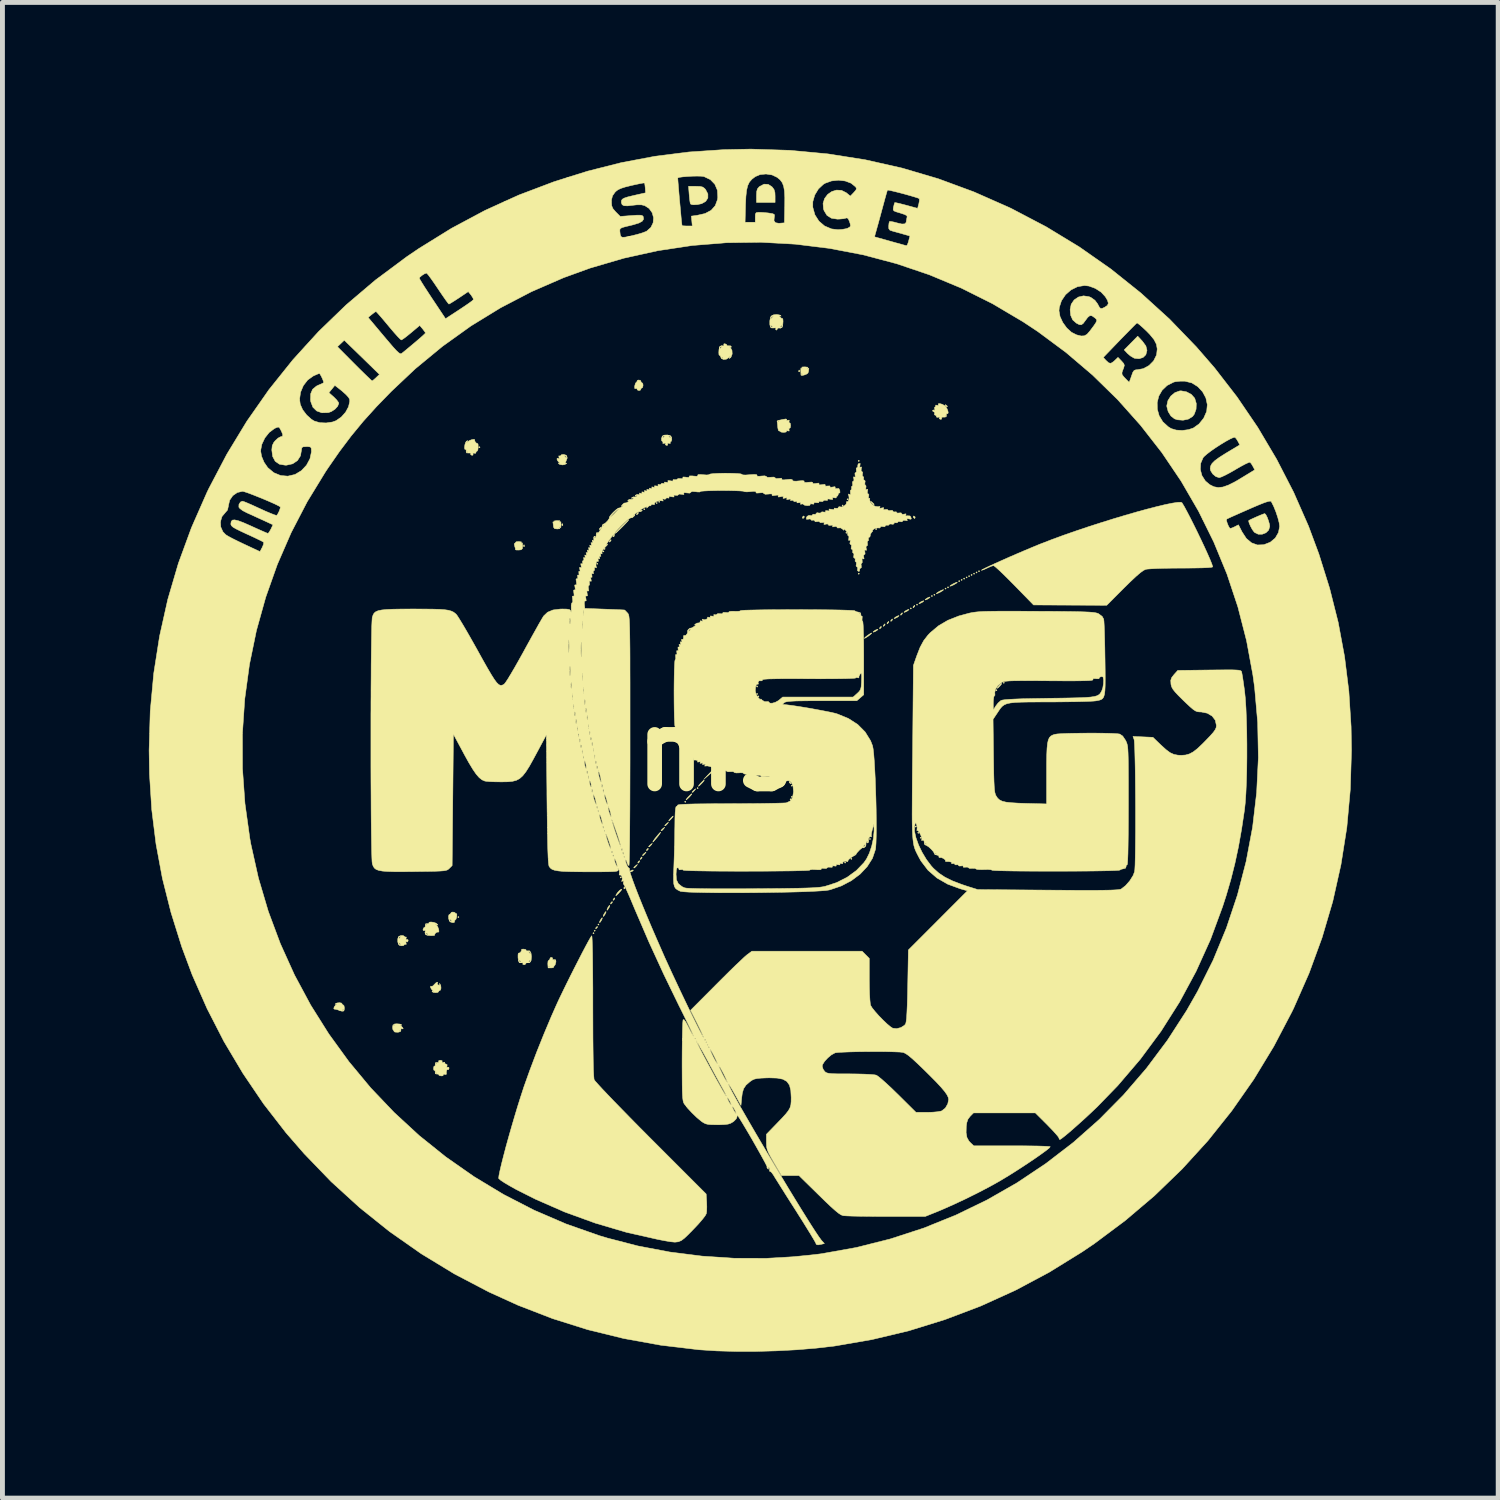
<source format=kicad_pcb>
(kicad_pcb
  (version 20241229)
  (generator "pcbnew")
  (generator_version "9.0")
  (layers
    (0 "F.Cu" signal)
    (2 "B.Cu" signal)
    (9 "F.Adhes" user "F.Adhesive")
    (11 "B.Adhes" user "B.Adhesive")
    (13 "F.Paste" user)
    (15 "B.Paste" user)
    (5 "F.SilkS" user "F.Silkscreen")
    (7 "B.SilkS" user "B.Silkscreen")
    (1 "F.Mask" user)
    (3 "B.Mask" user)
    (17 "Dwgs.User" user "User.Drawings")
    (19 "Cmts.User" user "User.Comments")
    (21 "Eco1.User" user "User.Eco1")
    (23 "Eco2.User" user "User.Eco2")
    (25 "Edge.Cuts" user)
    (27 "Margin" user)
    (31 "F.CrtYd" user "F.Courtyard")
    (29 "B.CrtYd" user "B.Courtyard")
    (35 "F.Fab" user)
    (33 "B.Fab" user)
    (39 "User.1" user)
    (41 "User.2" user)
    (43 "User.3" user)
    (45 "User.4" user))
  (footprint "msg"
    (layer "F.Cu")
    (at 12.323 12.324)
    (property "Reference" "msg" (at 0 0 0) (layer "F.SilkS") (effects (font (size 1.524 1.524) (thickness 0.3))))
    (attr through_hole)
    (fp_poly (pts (xy -7.165 5.761) (xy -7.173 5.763) (xy -7.163 5.754) (xy -7.165 5.761)) (stroke (width 0.01) (type solid)) (fill yes) (layer "F.SilkS"))
    (fp_poly (pts (xy -4.028 -4.697) (xy -4.027 -4.698) (xy -4.027 -4.698) (xy -4.028 -4.697)) (stroke (width 0.01) (type solid)) (fill yes) (layer "F.SilkS"))
    (fp_poly (pts (xy -5.969 3.416) (xy -5.982 3.429) (xy -5.994 3.416) (xy -5.982 3.404) (xy -5.969 3.416)) (stroke (width 0.01) (type solid)) (fill yes) (layer "F.SilkS"))
    (fp_poly (pts (xy -5.537 -6.21) (xy -5.55 -6.198) (xy -5.563 -6.21) (xy -5.55 -6.223) (xy -5.537 -6.21)) (stroke (width 0.01) (type solid)) (fill yes) (layer "F.SilkS"))
    (fp_poly (pts (xy -3.2 3.747) (xy -3.213 3.759) (xy -3.226 3.747) (xy -3.213 3.734) (xy -3.2 3.747)) (stroke (width 0.01) (type solid)) (fill yes) (layer "F.SilkS"))
    (fp_poly (pts (xy -3.175 3.696) (xy -3.188 3.708) (xy -3.2 3.696) (xy -3.188 3.683) (xy -3.175 3.696)) (stroke (width 0.01) (type solid)) (fill yes) (layer "F.SilkS"))
    (fp_poly (pts (xy -3.124 -3.823) (xy -3.137 -3.81) (xy -3.15 -3.823) (xy -3.137 -3.835) (xy -3.124 -3.823)) (stroke (width 0.01) (type solid)) (fill yes) (layer "F.SilkS"))
    (fp_poly (pts (xy -3.099 3.569) (xy -3.111 3.581) (xy -3.124 3.569) (xy -3.111 3.556) (xy -3.099 3.569)) (stroke (width 0.01) (type solid)) (fill yes) (layer "F.SilkS"))
    (fp_poly (pts (xy -2.997 -4.077) (xy -3.01 -4.064) (xy -3.023 -4.077) (xy -3.01 -4.089) (xy -2.997 -4.077)) (stroke (width 0.01) (type solid)) (fill yes) (layer "F.SilkS"))
    (fp_poly (pts (xy -2.972 -4.128) (xy -2.985 -4.115) (xy -2.997 -4.128) (xy -2.985 -4.14) (xy -2.972 -4.128)) (stroke (width 0.01) (type solid)) (fill yes) (layer "F.SilkS"))
    (fp_poly (pts (xy -2.642 2.603) (xy -2.654 2.616) (xy -2.667 2.603) (xy -2.654 2.591) (xy -2.642 2.603)) (stroke (width 0.01) (type solid)) (fill yes) (layer "F.SilkS"))
    (fp_poly (pts (xy -2.159 -4.94) (xy -2.172 -4.928) (xy -2.184 -4.94) (xy -2.172 -4.953) (xy -2.159 -4.94)) (stroke (width 0.01) (type solid)) (fill yes) (layer "F.SilkS"))
    (fp_poly (pts (xy -1.905 -5.067) (xy -1.918 -5.055) (xy -1.93 -5.067) (xy -1.918 -5.08) (xy -1.905 -5.067)) (stroke (width 0.01) (type solid)) (fill yes) (layer "F.SilkS"))
    (fp_poly (pts (xy -1.854 -5.093) (xy -1.867 -5.08) (xy -1.88 -5.093) (xy -1.867 -5.105) (xy -1.854 -5.093)) (stroke (width 0.01) (type solid)) (fill yes) (layer "F.SilkS"))
    (fp_poly (pts (xy -1.321 1.054) (xy -1.333 1.067) (xy -1.346 1.054) (xy -1.333 1.041) (xy -1.321 1.054)) (stroke (width 0.01) (type solid)) (fill yes) (layer "F.SilkS"))
    (fp_poly (pts (xy -1.067 0.775) (xy -1.079 0.787) (xy -1.092 0.775) (xy -1.079 0.762) (xy -1.067 0.775)) (stroke (width 0.01) (type solid)) (fill yes) (layer "F.SilkS"))
    (fp_poly (pts (xy 0.152 -1.308) (xy 0.14 -1.295) (xy 0.127 -1.308) (xy 0.14 -1.321) (xy 0.152 -1.308)) (stroke (width 0.01) (type solid)) (fill yes) (layer "F.SilkS"))
    (fp_poly (pts (xy 0.152 -1.156) (xy 0.14 -1.143) (xy 0.127 -1.156) (xy 0.14 -1.168) (xy 0.152 -1.156)) (stroke (width 0.01) (type solid)) (fill yes) (layer "F.SilkS"))
    (fp_poly (pts (xy 0.178 -1.105) (xy 0.165 -1.092) (xy 0.152 -1.105) (xy 0.165 -1.118) (xy 0.178 -1.105)) (stroke (width 0.01) (type solid)) (fill yes) (layer "F.SilkS"))
    (fp_poly (pts (xy 0.838 1.003) (xy 0.826 1.016) (xy 0.813 1.003) (xy 0.826 0.991) (xy 0.838 1.003)) (stroke (width 0.01) (type solid)) (fill yes) (layer "F.SilkS"))
    (fp_poly (pts (xy 0.864 0.724) (xy 0.851 0.737) (xy 0.838 0.724) (xy 0.851 0.711) (xy 0.864 0.724)) (stroke (width 0.01) (type solid)) (fill yes) (layer "F.SilkS"))
    (fp_poly (pts (xy 0.864 0.953) (xy 0.851 0.965) (xy 0.838 0.953) (xy 0.851 0.94) (xy 0.864 0.953)) (stroke (width 0.01) (type solid)) (fill yes) (layer "F.SilkS"))
    (fp_poly (pts (xy 1.905 -5.016) (xy 1.892 -5.004) (xy 1.88 -5.016) (xy 1.892 -5.029) (xy 1.905 -5.016)) (stroke (width 0.01) (type solid)) (fill yes) (layer "F.SilkS"))
    (fp_poly (pts (xy 1.956 2.299) (xy 1.943 2.311) (xy 1.93 2.299) (xy 1.943 2.286) (xy 1.956 2.299)) (stroke (width 0.01) (type solid)) (fill yes) (layer "F.SilkS"))
    (fp_poly (pts (xy 1.981 -4.458) (xy 1.968 -4.445) (xy 1.956 -4.458) (xy 1.968 -4.47) (xy 1.981 -4.458)) (stroke (width 0.01) (type solid)) (fill yes) (layer "F.SilkS"))
    (fp_poly (pts (xy 2.007 -5.144) (xy 1.994 -5.131) (xy 1.981 -5.144) (xy 1.994 -5.156) (xy 2.007 -5.144)) (stroke (width 0.01) (type solid)) (fill yes) (layer "F.SilkS"))
    (fp_poly (pts (xy 2.083 2.223) (xy 2.07 2.235) (xy 2.057 2.223) (xy 2.07 2.21) (xy 2.083 2.223)) (stroke (width 0.01) (type solid)) (fill yes) (layer "F.SilkS"))
    (fp_poly (pts (xy 2.235 -5.931) (xy 2.223 -5.918) (xy 2.21 -5.931) (xy 2.223 -5.944) (xy 2.235 -5.931)) (stroke (width 0.01) (type solid)) (fill yes) (layer "F.SilkS"))
    (fp_poly (pts (xy 2.235 -3.619) (xy 2.223 -3.607) (xy 2.21 -3.619) (xy 2.223 -3.632) (xy 2.235 -3.619)) (stroke (width 0.01) (type solid)) (fill yes) (layer "F.SilkS"))
    (fp_poly (pts (xy 2.464 1.816) (xy 2.451 1.829) (xy 2.438 1.816) (xy 2.451 1.803) (xy 2.464 1.816)) (stroke (width 0.01) (type solid)) (fill yes) (layer "F.SilkS"))
    (fp_poly (pts (xy 2.591 -4.534) (xy 2.578 -4.521) (xy 2.565 -4.534) (xy 2.578 -4.547) (xy 2.591 -4.534)) (stroke (width 0.01) (type solid)) (fill yes) (layer "F.SilkS"))
    (fp_poly (pts (xy 3.302 -2.908) (xy 3.289 -2.896) (xy 3.277 -2.908) (xy 3.289 -2.921) (xy 3.302 -2.908)) (stroke (width 0.01) (type solid)) (fill yes) (layer "F.SilkS"))
    (fp_poly (pts (xy 3.404 1.562) (xy 3.391 1.575) (xy 3.378 1.562) (xy 3.391 1.549) (xy 3.404 1.562)) (stroke (width 0.01) (type solid)) (fill yes) (layer "F.SilkS"))
    (fp_poly (pts (xy 3.429 -2.985) (xy 3.416 -2.972) (xy 3.404 -2.985) (xy 3.416 -2.997) (xy 3.429 -2.985)) (stroke (width 0.01) (type solid)) (fill yes) (layer "F.SilkS"))
    (fp_poly (pts (xy 3.454 1.689) (xy 3.442 1.702) (xy 3.429 1.689) (xy 3.442 1.676) (xy 3.454 1.689)) (stroke (width 0.01) (type solid)) (fill yes) (layer "F.SilkS"))
    (fp_poly (pts (xy 3.505 1.791) (xy 3.493 1.803) (xy 3.48 1.791) (xy 3.493 1.778) (xy 3.505 1.791)) (stroke (width 0.01) (type solid)) (fill yes) (layer "F.SilkS"))
    (fp_poly (pts (xy 3.734 -3.162) (xy 3.721 -3.15) (xy 3.708 -3.162) (xy 3.721 -3.175) (xy 3.734 -3.162)) (stroke (width 0.01) (type solid)) (fill yes) (layer "F.SilkS"))
    (fp_poly (pts (xy 3.785 -3.188) (xy 3.772 -3.175) (xy 3.759 -3.188) (xy 3.772 -3.2) (xy 3.785 -3.188)) (stroke (width 0.01) (type solid)) (fill yes) (layer "F.SilkS"))
    (fp_poly (pts (xy 4.013 -3.315) (xy 4 -3.302) (xy 3.988 -3.315) (xy 4 -3.327) (xy 4.013 -3.315)) (stroke (width 0.01) (type solid)) (fill yes) (layer "F.SilkS"))
    (fp_poly (pts (xy 4.064 -3.34) (xy 4.051 -3.327) (xy 4.039 -3.34) (xy 4.051 -3.353) (xy 4.064 -3.34)) (stroke (width 0.01) (type solid)) (fill yes) (layer "F.SilkS"))
    (fp_poly (pts (xy 4.293 -3.467) (xy 4.28 -3.454) (xy 4.267 -3.467) (xy 4.28 -3.48) (xy 4.293 -3.467)) (stroke (width 0.01) (type solid)) (fill yes) (layer "F.SilkS"))
    (fp_poly (pts (xy 4.343 -3.493) (xy 4.331 -3.48) (xy 4.318 -3.493) (xy 4.331 -3.505) (xy 4.343 -3.493)) (stroke (width 0.01) (type solid)) (fill yes) (layer "F.SilkS"))
    (fp_poly (pts (xy 4.394 -3.518) (xy 4.381 -3.505) (xy 4.369 -3.518) (xy 4.381 -3.531) (xy 4.394 -3.518)) (stroke (width 0.01) (type solid)) (fill yes) (layer "F.SilkS"))
    (fp_poly (pts (xy 4.445 -3.543) (xy 4.432 -3.531) (xy 4.42 -3.543) (xy 4.432 -3.556) (xy 4.445 -3.543)) (stroke (width 0.01) (type solid)) (fill yes) (layer "F.SilkS"))
    (fp_poly (pts (xy 4.496 -3.569) (xy 4.483 -3.556) (xy 4.47 -3.569) (xy 4.483 -3.581) (xy 4.496 -3.569)) (stroke (width 0.01) (type solid)) (fill yes) (layer "F.SilkS"))
    (fp_poly (pts (xy 4.547 -3.594) (xy 4.534 -3.581) (xy 4.521 -3.594) (xy 4.534 -3.607) (xy 4.547 -3.594)) (stroke (width 0.01) (type solid)) (fill yes) (layer "F.SilkS"))
    (fp_poly (pts (xy 4.597 -3.619) (xy 4.585 -3.607) (xy 4.572 -3.619) (xy 4.585 -3.632) (xy 4.597 -3.619)) (stroke (width 0.01) (type solid)) (fill yes) (layer "F.SilkS"))
    (fp_poly (pts (xy 4.648 -3.645) (xy 4.636 -3.632) (xy 4.623 -3.645) (xy 4.636 -3.658) (xy 4.648 -3.645)) (stroke (width 0.01) (type solid)) (fill yes) (layer "F.SilkS"))
    (fp_poly (pts (xy 4.699 -3.67) (xy 4.686 -3.658) (xy 4.674 -3.67) (xy 4.686 -3.683) (xy 4.699 -3.67)) (stroke (width 0.01) (type solid)) (fill yes) (layer "F.SilkS"))
    (fp_poly (pts (xy 5.055 -1.232) (xy 5.042 -1.219) (xy 5.029 -1.232) (xy 5.042 -1.245) (xy 5.055 -1.232)) (stroke (width 0.01) (type solid)) (fill yes) (layer "F.SilkS"))
    (fp_poly (pts (xy 5.207 -1.384) (xy 5.194 -1.372) (xy 5.182 -1.384) (xy 5.194 -1.397) (xy 5.207 -1.384)) (stroke (width 0.01) (type solid)) (fill yes) (layer "F.SilkS"))
    (fp_poly (pts (xy -4.631 -4.208) (xy -4.628 -4.178) (xy -4.631 -4.174) (xy -4.646 -4.178) (xy -4.648 -4.191) (xy -4.639 -4.212) (xy -4.631 -4.208)) (stroke (width 0.01) (type solid)) (fill yes) (layer "F.SilkS"))
    (fp_poly (pts (xy -3.844 -4.64) (xy -3.841 -4.61) (xy -3.844 -4.606) (xy -3.859 -4.609) (xy -3.861 -4.623) (xy -3.852 -4.644) (xy -3.844 -4.64)) (stroke (width 0.01) (type solid)) (fill yes) (layer "F.SilkS"))
    (fp_poly (pts (xy -2.574 2.802) (xy -2.571 2.833) (xy -2.574 2.836) (xy -2.589 2.833) (xy -2.591 2.819) (xy -2.582 2.798) (xy -2.574 2.802)) (stroke (width 0.01) (type solid)) (fill yes) (layer "F.SilkS"))
    (fp_poly (pts (xy 1.008 -7.789) (xy 1.011 -7.759) (xy 1.008 -7.755) (xy 0.992 -7.759) (xy 0.991 -7.772) (xy 1 -7.793) (xy 1.008 -7.789)) (stroke (width 0.01) (type solid)) (fill yes) (layer "F.SilkS"))
    (fp_poly (pts (xy -2.4 2.464) (xy -2.428 2.485) (xy -2.457 2.489) (xy -2.464 2.479) (xy -2.444 2.463) (xy -2.424 2.454) (xy -2.398 2.452) (xy -2.4 2.464)) (stroke (width 0.01) (type solid)) (fill yes) (layer "F.SilkS"))
    (fp_poly (pts (xy 0.809 0.645) (xy 0.836 0.669) (xy 0.838 0.675) (xy 0.826 0.685) (xy 0.801 0.662) (xy 0.798 0.656) (xy 0.795 0.639) (xy 0.809 0.645)) (stroke (width 0.01) (type solid)) (fill yes) (layer "F.SilkS"))
    (fp_poly (pts (xy 4.009 -7.076) (xy 4.036 -7.053) (xy 4.039 -7.047) (xy 4.027 -7.037) (xy 4.001 -7.06) (xy 3.998 -7.065) (xy 3.995 -7.083) (xy 4.009 -7.076)) (stroke (width 0.01) (type solid)) (fill yes) (layer "F.SilkS"))
    (fp_poly (pts (xy -3.132 3.623) (xy -3.137 3.632) (xy -3.161 3.656) (xy -3.165 3.658) (xy -3.167 3.641) (xy -3.162 3.632) (xy -3.138 3.608) (xy -3.134 3.607) (xy -3.132 3.623)) (stroke (width 0.01) (type solid)) (fill yes) (layer "F.SilkS"))
    (fp_poly (pts (xy -3.056 -4.556) (xy -3.061 -4.547) (xy -3.085 -4.522) (xy -3.089 -4.521) (xy -3.091 -4.538) (xy -3.086 -4.547) (xy -3.062 -4.571) (xy -3.058 -4.572) (xy -3.056 -4.556)) (stroke (width 0.01) (type solid)) (fill yes) (layer "F.SilkS"))
    (fp_poly (pts (xy -3.034 3.448) (xy -3.048 3.48) (xy -3.074 3.52) (xy -3.088 3.531) (xy -3.088 3.512) (xy -3.073 3.48) (xy -3.047 3.44) (xy -3.034 3.429) (xy -3.034 3.448)) (stroke (width 0.01) (type solid)) (fill yes) (layer "F.SilkS"))
    (fp_poly (pts (xy -2.957 3.321) (xy -2.972 3.353) (xy -2.998 3.393) (xy -3.012 3.404) (xy -3.012 3.385) (xy -2.997 3.353) (xy -2.971 3.313) (xy -2.957 3.302) (xy -2.957 3.321)) (stroke (width 0.01) (type solid)) (fill yes) (layer "F.SilkS"))
    (fp_poly (pts (xy -2.881 3.194) (xy -2.896 3.226) (xy -2.922 3.266) (xy -2.935 3.277) (xy -2.935 3.258) (xy -2.921 3.226) (xy -2.895 3.186) (xy -2.881 3.175) (xy -2.881 3.194)) (stroke (width 0.01) (type solid)) (fill yes) (layer "F.SilkS"))
    (fp_poly (pts (xy -2.853 -4.302) (xy -2.857 -4.293) (xy -2.881 -4.268) (xy -2.886 -4.267) (xy -2.888 -4.284) (xy -2.883 -4.293) (xy -2.859 -4.317) (xy -2.855 -4.318) (xy -2.853 -4.302)) (stroke (width 0.01) (type solid)) (fill yes) (layer "F.SilkS"))
    (fp_poly (pts (xy -2.827 3.115) (xy -2.832 3.124) (xy -2.856 3.148) (xy -2.86 3.15) (xy -2.862 3.133) (xy -2.857 3.124) (xy -2.834 3.1) (xy -2.829 3.099) (xy -2.827 3.115)) (stroke (width 0.01) (type solid)) (fill yes) (layer "F.SilkS"))
    (fp_poly (pts (xy -2.777 3.039) (xy -2.781 3.048) (xy -2.805 3.072) (xy -2.81 3.073) (xy -2.811 3.057) (xy -2.807 3.048) (xy -2.783 3.024) (xy -2.778 3.023) (xy -2.777 3.039)) (stroke (width 0.01) (type solid)) (fill yes) (layer "F.SilkS"))
    (fp_poly (pts (xy -2.319 2.35) (xy -2.334 2.369) (xy -2.371 2.408) (xy -2.387 2.408) (xy -2.388 2.403) (xy -2.37 2.382) (xy -2.343 2.359) (xy -2.313 2.337) (xy -2.319 2.35)) (stroke (width 0.01) (type solid)) (fill yes) (layer "F.SilkS"))
    (fp_poly (pts (xy -2.294 -4.86) (xy -2.299 -4.851) (xy -2.323 -4.827) (xy -2.327 -4.826) (xy -2.329 -4.842) (xy -2.324 -4.851) (xy -2.3 -4.876) (xy -2.296 -4.877) (xy -2.294 -4.86)) (stroke (width 0.01) (type solid)) (fill yes) (layer "F.SilkS"))
    (fp_poly (pts (xy -2.269 2.277) (xy -2.273 2.286) (xy -2.297 2.31) (xy -2.302 2.311) (xy -2.303 2.295) (xy -2.299 2.286) (xy -2.275 2.262) (xy -2.27 2.261) (xy -2.269 2.277)) (stroke (width 0.01) (type solid)) (fill yes) (layer "F.SilkS"))
    (fp_poly (pts (xy -2.218 2.201) (xy -2.223 2.21) (xy -2.246 2.234) (xy -2.251 2.235) (xy -2.253 2.219) (xy -2.248 2.21) (xy -2.224 2.186) (xy -2.22 2.184) (xy -2.218 2.201)) (stroke (width 0.01) (type solid)) (fill yes) (layer "F.SilkS"))
    (fp_poly (pts (xy -2.142 2.096) (xy -2.156 2.115) (xy -2.193 2.154) (xy -2.209 2.154) (xy -2.21 2.149) (xy -2.192 2.128) (xy -2.165 2.105) (xy -2.135 2.083) (xy -2.142 2.096)) (stroke (width 0.01) (type solid)) (fill yes) (layer "F.SilkS"))
    (fp_poly (pts (xy -2.091 2.023) (xy -2.095 2.032) (xy -2.119 2.056) (xy -2.124 2.057) (xy -2.126 2.041) (xy -2.121 2.032) (xy -2.097 2.008) (xy -2.093 2.007) (xy -2.091 2.023)) (stroke (width 0.01) (type solid)) (fill yes) (layer "F.SilkS"))
    (fp_poly (pts (xy -2.015 1.918) (xy -2.029 1.937) (xy -2.066 1.976) (xy -2.082 1.976) (xy -2.083 1.972) (xy -2.065 1.95) (xy -2.038 1.927) (xy -2.008 1.905) (xy -2.015 1.918)) (stroke (width 0.01) (type solid)) (fill yes) (layer "F.SilkS"))
    (fp_poly (pts (xy -1.761 1.588) (xy -1.775 1.607) (xy -1.812 1.646) (xy -1.828 1.646) (xy -1.829 1.641) (xy -1.811 1.62) (xy -1.784 1.597) (xy -1.754 1.575) (xy -1.761 1.588)) (stroke (width 0.01) (type solid)) (fill yes) (layer "F.SilkS"))
    (fp_poly (pts (xy -1.684 1.487) (xy -1.699 1.505) (xy -1.736 1.544) (xy -1.752 1.544) (xy -1.753 1.54) (xy -1.735 1.519) (xy -1.708 1.495) (xy -1.678 1.473) (xy -1.684 1.487)) (stroke (width 0.01) (type solid)) (fill yes) (layer "F.SilkS"))
    (fp_poly (pts (xy -1.585 1.362) (xy -1.613 1.397) (xy -1.651 1.435) (xy -1.672 1.448) (xy -1.666 1.432) (xy -1.638 1.397) (xy -1.6 1.359) (xy -1.58 1.346) (xy -1.585 1.362)) (stroke (width 0.01) (type solid)) (fill yes) (layer "F.SilkS"))
    (fp_poly (pts (xy -1.126 0.801) (xy -1.14 0.819) (xy -1.177 0.859) (xy -1.193 0.858) (xy -1.194 0.854) (xy -1.176 0.833) (xy -1.149 0.81) (xy -1.119 0.788) (xy -1.126 0.801)) (stroke (width 0.01) (type solid)) (fill yes) (layer "F.SilkS"))
    (fp_poly (pts (xy 1.109 -4.785) (xy 1.105 -4.775) (xy 1.082 -4.751) (xy 1.078 -4.75) (xy 1.067 -4.769) (xy 1.067 -4.775) (xy 1.086 -4.8) (xy 1.094 -4.801) (xy 1.109 -4.785)) (stroke (width 0.01) (type solid)) (fill yes) (layer "F.SilkS"))
    (fp_poly (pts (xy 2.477 -5.097) (xy 2.496 -5.083) (xy 2.535 -5.046) (xy 2.535 -5.03) (xy 2.53 -5.029) (xy 2.509 -5.047) (xy 2.486 -5.074) (xy 2.464 -5.104) (xy 2.477 -5.097)) (stroke (width 0.01) (type solid)) (fill yes) (layer "F.SilkS"))
    (fp_poly (pts (xy 2.616 -2.478) (xy 2.597 -2.458) (xy 2.565 -2.438) (xy 2.526 -2.422) (xy 2.515 -2.424) (xy 2.534 -2.444) (xy 2.565 -2.464) (xy 2.605 -2.48) (xy 2.616 -2.478)) (stroke (width 0.01) (type solid)) (fill yes) (layer "F.SilkS"))
    (fp_poly (pts (xy 2.684 -2.524) (xy 2.68 -2.515) (xy 2.656 -2.49) (xy 2.651 -2.489) (xy 2.65 -2.506) (xy 2.654 -2.515) (xy 2.678 -2.539) (xy 2.683 -2.54) (xy 2.684 -2.524)) (stroke (width 0.01) (type solid)) (fill yes) (layer "F.SilkS"))
    (fp_poly (pts (xy 2.761 -2.574) (xy 2.756 -2.565) (xy 2.732 -2.541) (xy 2.728 -2.54) (xy 2.726 -2.556) (xy 2.731 -2.565) (xy 2.754 -2.59) (xy 2.759 -2.591) (xy 2.761 -2.574)) (stroke (width 0.01) (type solid)) (fill yes) (layer "F.SilkS"))
    (fp_poly (pts (xy 2.837 -2.625) (xy 2.832 -2.616) (xy 2.808 -2.592) (xy 2.804 -2.591) (xy 2.802 -2.607) (xy 2.807 -2.616) (xy 2.831 -2.64) (xy 2.835 -2.642) (xy 2.837 -2.625)) (stroke (width 0.01) (type solid)) (fill yes) (layer "F.SilkS"))
    (fp_poly (pts (xy 2.913 -2.676) (xy 2.908 -2.667) (xy 2.884 -2.643) (xy 2.88 -2.642) (xy 2.878 -2.658) (xy 2.883 -2.667) (xy 2.907 -2.691) (xy 2.911 -2.692) (xy 2.913 -2.676)) (stroke (width 0.01) (type solid)) (fill yes) (layer "F.SilkS"))
    (fp_poly (pts (xy 3.048 -2.758) (xy 3.029 -2.737) (xy 2.997 -2.718) (xy 2.958 -2.701) (xy 2.946 -2.703) (xy 2.966 -2.724) (xy 2.997 -2.743) (xy 3.036 -2.76) (xy 3.048 -2.758)) (stroke (width 0.01) (type solid)) (fill yes) (layer "F.SilkS"))
    (fp_poly (pts (xy 3.116 -2.803) (xy 3.111 -2.794) (xy 3.088 -2.77) (xy 3.083 -2.769) (xy 3.081 -2.785) (xy 3.086 -2.794) (xy 3.11 -2.818) (xy 3.114 -2.819) (xy 3.116 -2.803)) (stroke (width 0.01) (type solid)) (fill yes) (layer "F.SilkS"))
    (fp_poly (pts (xy 3.251 -2.885) (xy 3.232 -2.864) (xy 3.2 -2.845) (xy 3.161 -2.828) (xy 3.15 -2.83) (xy 3.169 -2.851) (xy 3.2 -2.87) (xy 3.24 -2.887) (xy 3.251 -2.885)) (stroke (width 0.01) (type solid)) (fill yes) (layer "F.SilkS"))
    (fp_poly (pts (xy 3.37 -2.955) (xy 3.365 -2.946) (xy 3.342 -2.922) (xy 3.337 -2.921) (xy 3.335 -2.937) (xy 3.34 -2.946) (xy 3.364 -2.971) (xy 3.368 -2.972) (xy 3.37 -2.955)) (stroke (width 0.01) (type solid)) (fill yes) (layer "F.SilkS"))
    (fp_poly (pts (xy 3.377 -4.782) (xy 3.378 -4.775) (xy 3.37 -4.75) (xy 3.367 -4.75) (xy 3.345 -4.768) (xy 3.34 -4.775) (xy 3.342 -4.799) (xy 3.351 -4.801) (xy 3.377 -4.782)) (stroke (width 0.01) (type solid)) (fill yes) (layer "F.SilkS"))
    (fp_poly (pts (xy 3.556 -3.062) (xy 3.537 -3.042) (xy 3.505 -3.023) (xy 3.466 -3.006) (xy 3.454 -3.008) (xy 3.474 -3.029) (xy 3.505 -3.048) (xy 3.544 -3.064) (xy 3.556 -3.062)) (stroke (width 0.01) (type solid)) (fill yes) (layer "F.SilkS"))
    (fp_poly (pts (xy 3.683 -3.139) (xy 3.664 -3.118) (xy 3.632 -3.099) (xy 3.593 -3.082) (xy 3.581 -3.084) (xy 3.601 -3.105) (xy 3.632 -3.124) (xy 3.671 -3.141) (xy 3.683 -3.139)) (stroke (width 0.01) (type solid)) (fill yes) (layer "F.SilkS"))
    (fp_poly (pts (xy 5.146 -1.356) (xy 5.118 -1.321) (xy 5.08 -1.283) (xy 5.059 -1.27) (xy 5.065 -1.286) (xy 5.093 -1.321) (xy 5.131 -1.358) (xy 5.151 -1.372) (xy 5.146 -1.356)) (stroke (width 0.01) (type solid)) (fill yes) (layer "F.SilkS"))
    (fp_poly (pts (xy -2.634 2.848) (xy -2.646 2.87) (xy -2.684 2.914) (xy -2.702 2.934) (xy -2.745 2.974) (xy -2.756 2.975) (xy -2.748 2.957) (xy -2.716 2.909) (xy -2.676 2.868) (xy -2.644 2.846) (xy -2.634 2.848)) (stroke (width 0.01) (type solid)) (fill yes) (layer "F.SilkS"))
    (fp_poly (pts (xy -1.844 1.694) (xy -1.875 1.74) (xy -1.905 1.778) (xy -1.953 1.836) (xy -1.988 1.873) (xy -1.998 1.88) (xy -1.991 1.862) (xy -1.96 1.816) (xy -1.93 1.778) (xy -1.882 1.72) (xy -1.847 1.683) (xy -1.837 1.676) (xy -1.844 1.694)) (stroke (width 0.01) (type solid)) (fill yes) (layer "F.SilkS"))
    (fp_poly (pts (xy -1.204 0.905) (xy -1.237 0.944) (xy -1.245 0.953) (xy -1.288 0.995) (xy -1.315 1.016) (xy -1.317 1.016) (xy -1.31 1) (xy -1.278 0.961) (xy -1.27 0.953) (xy -1.227 0.91) (xy -1.199 0.889) (xy -1.198 0.889) (xy -1.204 0.905)) (stroke (width 0.01) (type solid)) (fill yes) (layer "F.SilkS"))
    (fp_poly (pts (xy -0.95 0.626) (xy -0.983 0.665) (xy -0.991 0.673) (xy -1.034 0.716) (xy -1.061 0.736) (xy -1.063 0.737) (xy -1.056 0.721) (xy -1.024 0.681) (xy -1.016 0.673) (xy -0.973 0.63) (xy -0.945 0.61) (xy -0.944 0.61) (xy -0.95 0.626)) (stroke (width 0.01) (type solid)) (fill yes) (layer "F.SilkS"))
    (fp_poly (pts (xy 2.489 -2.404) (xy 2.471 -2.382) (xy 2.425 -2.345) (xy 2.413 -2.337) (xy 2.364 -2.305) (xy 2.338 -2.294) (xy 2.337 -2.295) (xy 2.355 -2.317) (xy 2.401 -2.354) (xy 2.413 -2.362) (xy 2.462 -2.394) (xy 2.488 -2.405) (xy 2.489 -2.404)) (stroke (width 0.01) (type solid)) (fill yes) (layer "F.SilkS"))
    (fp_poly (pts (xy 3.962 -3.291) (xy 3.942 -3.272) (xy 3.893 -3.242) (xy 3.886 -3.239) (xy 3.835 -3.215) (xy 3.811 -3.211) (xy 3.81 -3.212) (xy 3.83 -3.231) (xy 3.879 -3.26) (xy 3.886 -3.264) (xy 3.937 -3.287) (xy 3.962 -3.292) (xy 3.962 -3.291)) (stroke (width 0.01) (type solid)) (fill yes) (layer "F.SilkS"))
    (fp_poly (pts (xy 4.242 -3.443) (xy 4.222 -3.424) (xy 4.173 -3.395) (xy 4.166 -3.391) (xy 4.115 -3.368) (xy 4.09 -3.363) (xy 4.089 -3.364) (xy 4.109 -3.383) (xy 4.159 -3.413) (xy 4.166 -3.416) (xy 4.216 -3.439) (xy 4.241 -3.444) (xy 4.242 -3.443)) (stroke (width 0.01) (type solid)) (fill yes) (layer "F.SilkS"))
    (fp_poly (pts (xy 0.369 -11.596) (xy 0.446 -11.545) (xy 0.486 -11.492) (xy 0.505 -11.427) (xy 0.508 -11.355) (xy 0.508 -11.227) (xy 0.127 -11.227) (xy 0.127 -11.365) (xy 0.131 -11.45) (xy 0.146 -11.503) (xy 0.179 -11.543) (xy 0.194 -11.555) (xy 0.283 -11.601) (xy 0.369 -11.596)) (stroke (width 0.01) (type solid)) (fill yes) (layer "F.SilkS"))
    (fp_poly (pts (xy 8.033 -8.384) (xy 8.105 -8.286) (xy 8.128 -8.196) (xy 8.105 -8.107) (xy 8.103 -8.104) (xy 8.048 -8.05) (xy 7.967 -8.024) (xy 7.879 -8.032) (xy 7.86 -8.039) (xy 7.789 -8.081) (xy 7.723 -8.138) (xy 7.723 -8.138) (xy 7.661 -8.205) (xy 7.938 -8.486) (xy 8.033 -8.384)) (stroke (width 0.01) (type solid)) (fill yes) (layer "F.SilkS"))
    (fp_poly (pts (xy -2.501 -4.708) (xy -2.54 -4.664) (xy -2.599 -4.602) (xy -2.616 -4.585) (xy -2.683 -4.519) (xy -2.736 -4.469) (xy -2.765 -4.446) (xy -2.767 -4.445) (xy -2.757 -4.461) (xy -2.718 -4.505) (xy -2.659 -4.567) (xy -2.642 -4.585) (xy -2.575 -4.651) (xy -2.522 -4.7) (xy -2.493 -4.724) (xy -2.491 -4.724) (xy -2.501 -4.708)) (stroke (width 0.01) (type solid)) (fill yes) (layer "F.SilkS"))
    (fp_poly (pts (xy -1.029 -11.554) (xy -0.974 -11.541) (xy -0.936 -11.513) (xy -0.916 -11.49) (xy -0.869 -11.4) (xy -0.869 -11.318) (xy -0.913 -11.249) (xy -0.996 -11.201) (xy -1.087 -11.182) (xy -1.171 -11.178) (xy -1.216 -11.188) (xy -1.229 -11.205) (xy -1.237 -11.247) (xy -1.246 -11.323) (xy -1.253 -11.398) (xy -1.265 -11.557) (xy -1.117 -11.557) (xy -1.029 -11.554)) (stroke (width 0.01) (type solid)) (fill yes) (layer "F.SilkS"))
    (fp_poly (pts (xy 8.936 -7.346) (xy 9.035 -7.294) (xy 9.103 -7.218) (xy 9.107 -7.211) (xy 9.138 -7.106) (xy 9.134 -6.991) (xy 9.097 -6.888) (xy 9.061 -6.84) (xy 8.976 -6.787) (xy 8.867 -6.764) (xy 8.753 -6.773) (xy 8.692 -6.793) (xy 8.618 -6.851) (xy 8.562 -6.941) (xy 8.535 -7.043) (xy 8.534 -7.063) (xy 8.557 -7.166) (xy 8.616 -7.259) (xy 8.7 -7.329) (xy 8.798 -7.364) (xy 8.825 -7.366) (xy 8.936 -7.346)) (stroke (width 0.01) (type solid)) (fill yes) (layer "F.SilkS"))
    (fp_poly (pts (xy -4.743 -4.278) (xy -4.689 -4.27) (xy -4.686 -4.267) (xy -4.699 -4.255) (xy -4.686 -4.242) (xy -4.675 -4.253) (xy -4.668 -4.243) (xy -4.664 -4.191) (xy -4.669 -4.133) (xy -4.694 -4.11) (xy -4.743 -4.104) (xy -4.795 -4.105) (xy -4.813 -4.111) (xy -4.813 -4.111) (xy -4.814 -4.139) (xy -4.827 -4.181) (xy -4.837 -4.23) (xy -4.824 -4.242) (xy -4.807 -4.255) (xy -4.809 -4.261) (xy -4.796 -4.273) (xy -4.748 -4.278) (xy -4.743 -4.278)) (stroke (width 0.01) (type solid)) (fill yes) (layer "F.SilkS"))
    (fp_poly (pts (xy 10.563 -4.829) (xy 10.591 -4.775) (xy 10.617 -4.704) (xy 10.637 -4.634) (xy 10.643 -4.589) (xy 10.621 -4.513) (xy 10.565 -4.458) (xy 10.489 -4.428) (xy 10.408 -4.428) (xy 10.335 -4.463) (xy 10.321 -4.477) (xy 10.284 -4.528) (xy 10.249 -4.593) (xy 10.222 -4.655) (xy 10.211 -4.699) (xy 10.214 -4.709) (xy 10.244 -4.726) (xy 10.305 -4.754) (xy 10.381 -4.788) (xy 10.456 -4.82) (xy 10.515 -4.843) (xy 10.541 -4.851) (xy 10.563 -4.829)) (stroke (width 0.01) (type solid)) (fill yes) (layer "F.SilkS"))
    (fp_poly (pts (xy -2.248 -7.578) (xy -2.242 -7.561) (xy -2.232 -7.536) (xy -2.223 -7.535) (xy -2.203 -7.517) (xy -2.197 -7.48) (xy -2.206 -7.436) (xy -2.223 -7.425) (xy -2.242 -7.411) (xy -2.242 -7.399) (xy -2.258 -7.376) (xy -2.285 -7.373) (xy -2.318 -7.386) (xy -2.318 -7.401) (xy -2.323 -7.415) (xy -2.341 -7.411) (xy -2.366 -7.412) (xy -2.37 -7.449) (xy -2.367 -7.47) (xy -2.352 -7.523) (xy -2.332 -7.544) (xy -2.318 -7.559) (xy -2.321 -7.564) (xy -2.311 -7.582) (xy -2.285 -7.588) (xy -2.248 -7.578)) (stroke (width 0.01) (type solid)) (fill yes) (layer "F.SilkS"))
    (fp_poly (pts (xy -3.905 -4.704) (xy -3.9 -4.698) (xy -3.912 -4.686) (xy -3.899 -4.674) (xy -3.886 -4.686) (xy -3.881 -4.681) (xy -3.877 -4.625) (xy -3.877 -4.623) (xy -3.882 -4.565) (xy -3.887 -4.56) (xy -3.899 -4.572) (xy -3.912 -4.559) (xy -3.9 -4.548) (xy -3.906 -4.542) (xy -3.953 -4.536) (xy -4.009 -4.542) (xy -4.031 -4.572) (xy -4.033 -4.59) (xy -4.04 -4.649) (xy -4.045 -4.676) (xy -4.037 -4.685) (xy -4.026 -4.674) (xy -4.013 -4.686) (xy -4.025 -4.698) (xy -3.968 -4.707) (xy -3.964 -4.707) (xy -3.905 -4.704)) (stroke (width 0.01) (type solid)) (fill yes) (layer "F.SilkS"))
    (fp_poly (pts (xy -6.404 4.755) (xy -6.412 4.773) (xy -6.405 4.799) (xy -6.387 4.81) (xy -6.36 4.812) (xy -6.365 4.794) (xy -6.37 4.777) (xy -6.36 4.784) (xy -6.342 4.821) (xy -6.337 4.87) (xy -6.345 4.909) (xy -6.362 4.92) (xy -6.384 4.933) (xy -6.384 4.94) (xy -6.401 4.959) (xy -6.445 4.965) (xy -6.493 4.96) (xy -6.521 4.943) (xy -6.517 4.932) (xy -6.5 4.938) (xy -6.488 4.94) (xy -6.509 4.92) (xy -6.538 4.886) (xy -6.553 4.851) (xy -6.549 4.831) (xy -6.532 4.836) (xy -6.504 4.828) (xy -6.476 4.799) (xy -6.444 4.766) (xy -6.416 4.749) (xy -6.404 4.755)) (stroke (width 0.01) (type solid)) (fill yes) (layer "F.SilkS"))
    (fp_poly (pts (xy -8.376 5.178) (xy -8.365 5.194) (xy -8.351 5.215) (xy -8.343 5.215) (xy -8.325 5.232) (xy -8.317 5.276) (xy -8.321 5.321) (xy -8.331 5.341) (xy -8.363 5.345) (xy -8.382 5.341) (xy -8.442 5.321) (xy -8.442 5.321) (xy -8.357 5.321) (xy -8.344 5.334) (xy -8.331 5.321) (xy -8.344 5.309) (xy -8.357 5.321) (xy -8.442 5.321) (xy -8.458 5.315) (xy -8.503 5.304) (xy -8.515 5.305) (xy -8.534 5.294) (xy -8.527 5.261) (xy -8.499 5.222) (xy -8.49 5.214) (xy -8.468 5.193) (xy -8.484 5.196) (xy -8.507 5.203) (xy -8.502 5.194) (xy -8.466 5.176) (xy -8.417 5.171) (xy -8.376 5.178)) (stroke (width 0.01) (type solid)) (fill yes) (layer "F.SilkS"))
    (fp_poly (pts (xy 1.119 -7.857) (xy 1.178 -7.85) (xy 1.18 -7.847) (xy 1.168 -7.836) (xy 1.181 -7.823) (xy 1.191 -7.833) (xy 1.2 -7.822) (xy 1.192 -7.763) (xy 1.182 -7.731) (xy 1.157 -7.711) (xy 1.11 -7.692) (xy 1.064 -7.681) (xy 1.039 -7.686) (xy 1.039 -7.687) (xy 1.037 -7.709) (xy 1.041 -7.709) (xy 1.054 -7.696) (xy 1.067 -7.709) (xy 1.054 -7.722) (xy 1.041 -7.709) (xy 1.037 -7.709) (xy 1.037 -7.716) (xy 1.035 -7.774) (xy 1.034 -7.777) (xy 1.037 -7.832) (xy 1.042 -7.836) (xy 1.054 -7.823) (xy 1.067 -7.836) (xy 1.055 -7.848) (xy 1.06 -7.854) (xy 1.119 -7.857) (xy 1.119 -7.857)) (stroke (width 0.01) (type solid)) (fill yes) (layer "F.SilkS"))
    (fp_poly (pts (xy -6.054 3.322) (xy -6.045 3.334) (xy -6.03 3.346) (xy -6.024 3.343) (xy -6.013 3.355) (xy -6.014 3.402) (xy -6.015 3.405) (xy -6.029 3.458) (xy -6.05 3.48) (xy -6.062 3.496) (xy -6.058 3.505) (xy -6.065 3.525) (xy -6.093 3.531) (xy -6.144 3.517) (xy -6.163 3.5) (xy -6.176 3.462) (xy -6.168 3.462) (xy -6.162 3.476) (xy -6.136 3.503) (xy -6.122 3.498) (xy -6.121 3.494) (xy -6.139 3.473) (xy -6.151 3.465) (xy -6.168 3.462) (xy -6.176 3.462) (xy -6.18 3.452) (xy -6.183 3.4) (xy -6.172 3.365) (xy -6.16 3.361) (xy -6.139 3.347) (xy -6.139 3.339) (xy -6.122 3.318) (xy -6.094 3.313) (xy -6.054 3.322)) (stroke (width 0.01) (type solid)) (fill yes) (layer "F.SilkS"))
    (fp_poly (pts (xy -7.181 5.608) (xy -7.145 5.622) (xy -7.144 5.624) (xy -7.148 5.634) (xy -7.165 5.628) (xy -7.177 5.626) (xy -7.156 5.646) (xy -7.123 5.681) (xy -7.112 5.705) (xy -7.129 5.707) (xy -7.139 5.701) (xy -7.158 5.705) (xy -7.158 5.729) (xy -7.163 5.753) (xy -7.176 5.74) (xy -7.188 5.753) (xy -7.177 5.765) (xy -7.207 5.774) (xy -7.23 5.776) (xy -7.282 5.772) (xy -7.299 5.761) (xy -7.299 5.759) (xy -7.304 5.741) (xy -7.309 5.74) (xy -7.324 5.719) (xy -7.329 5.673) (xy -7.321 5.626) (xy -7.306 5.617) (xy -7.315 5.626) (xy -7.303 5.639) (xy -7.29 5.626) (xy -7.302 5.614) (xy -7.29 5.607) (xy -7.243 5.603) (xy -7.181 5.608)) (stroke (width 0.01) (type solid)) (fill yes) (layer "F.SilkS"))
    (fp_poly (pts (xy -4.049 4.255) (xy -4.052 4.269) (xy -4.048 4.288) (xy -4.022 4.288) (xy -3.988 4.292) (xy -3.982 4.33) (xy -3.984 4.343) (xy -3.999 4.395) (xy -4.016 4.415) (xy -4.03 4.437) (xy -4.028 4.441) (xy -4.042 4.454) (xy -4.079 4.458) (xy -4.127 4.458) (xy -4.142 4.458) (xy -4.145 4.436) (xy -4.145 4.432) (xy -4.14 4.432) (xy -4.128 4.445) (xy -4.115 4.432) (xy -4.128 4.42) (xy -4.14 4.432) (xy -4.145 4.432) (xy -4.148 4.382) (xy -4.149 4.377) (xy -4.145 4.323) (xy -4.132 4.305) (xy -4.013 4.305) (xy -4 4.318) (xy -3.988 4.305) (xy -4 4.293) (xy -4.013 4.305) (xy -4.132 4.305) (xy -4.129 4.301) (xy -4.128 4.301) (xy -4.108 4.286) (xy -4.108 4.274) (xy -4.094 4.246) (xy -4.075 4.242) (xy -4.049 4.255)) (stroke (width 0.01) (type solid)) (fill yes) (layer "F.SilkS"))
    (fp_poly (pts (xy -3.777 -6.048) (xy -3.762 -6.036) (xy -3.751 -5.99) (xy -3.772 -5.935) (xy -3.789 -5.892) (xy -3.782 -5.882) (xy -3.78 -5.883) (xy -3.763 -5.885) (xy -3.768 -5.875) (xy -3.803 -5.855) (xy -3.848 -5.848) (xy -3.903 -5.858) (xy -3.929 -5.875) (xy -3.927 -5.889) (xy -3.909 -5.882) (xy -3.897 -5.88) (xy -3.918 -5.9) (xy -3.95 -5.937) (xy -3.962 -5.97) (xy -3.953 -5.986) (xy -3.933 -5.979) (xy -3.914 -5.978) (xy -3.92 -6.004) (xy -3.924 -6.034) (xy -3.911 -6.032) (xy -3.888 -6.031) (xy -3.886 -6.038) (xy -3.806 -6.038) (xy -3.8 -6.024) (xy -3.774 -5.996) (xy -3.759 -6.002) (xy -3.759 -6.006) (xy -3.777 -6.027) (xy -3.789 -6.035) (xy -3.806 -6.038) (xy -3.886 -6.038) (xy -3.886 -6.038) (xy -3.866 -6.059) (xy -3.822 -6.062) (xy -3.777 -6.048)) (stroke (width 0.01) (type solid)) (fill yes) (layer "F.SilkS"))
    (fp_poly (pts (xy 0.748 -6.781) (xy 0.745 -6.775) (xy 0.747 -6.758) (xy 0.769 -6.763) (xy 0.798 -6.766) (xy 0.794 -6.738) (xy 0.792 -6.711) (xy 0.802 -6.712) (xy 0.819 -6.701) (xy 0.826 -6.655) (xy 0.819 -6.609) (xy 0.802 -6.598) (xy 0.79 -6.592) (xy 0.794 -6.571) (xy 0.797 -6.542) (xy 0.769 -6.546) (xy 0.742 -6.549) (xy 0.743 -6.538) (xy 0.732 -6.522) (xy 0.685 -6.515) (xy 0.683 -6.515) (xy 0.631 -6.521) (xy 0.61 -6.536) (xy 0.594 -6.546) (xy 0.589 -6.544) (xy 0.575 -6.557) (xy 0.564 -6.607) (xy 0.563 -6.621) (xy 0.557 -6.687) (xy 0.552 -6.729) (xy 0.551 -6.731) (xy 0.549 -6.744) (xy 0.559 -6.744) (xy 0.572 -6.731) (xy 0.584 -6.744) (xy 0.572 -6.756) (xy 0.559 -6.744) (xy 0.549 -6.744) (xy 0.549 -6.745) (xy 0.559 -6.754) (xy 0.594 -6.764) (xy 0.667 -6.78) (xy 0.729 -6.79) (xy 0.748 -6.781)) (stroke (width 0.01) (type solid)) (fill yes) (layer "F.SilkS"))
    (fp_poly (pts (xy -7.113 3.795) (xy -7.087 3.812) (xy -7.087 3.816) (xy -7.071 3.827) (xy -7.061 3.823) (xy -7.047 3.827) (xy -7.053 3.851) (xy -7.057 3.881) (xy -7.04 3.876) (xy -7.015 3.878) (xy -7.01 3.899) (xy -7.023 3.926) (xy -7.04 3.922) (xy -7.059 3.92) (xy -7.053 3.947) (xy -7.049 3.976) (xy -7.061 3.975) (xy -7.085 3.974) (xy -7.087 3.981) (xy -7.107 4.001) (xy -7.15 4.005) (xy -7.192 3.993) (xy -7.205 3.981) (xy -7.217 3.944) (xy -7.21 3.944) (xy -7.203 3.958) (xy -7.178 3.986) (xy -7.163 3.98) (xy -7.163 3.977) (xy -7.181 3.955) (xy -7.192 3.947) (xy -7.21 3.944) (xy -7.217 3.944) (xy -7.223 3.925) (xy -7.223 3.861) (xy -7.222 3.859) (xy -7.207 3.859) (xy -7.204 3.861) (xy -7.181 3.843) (xy -7.176 3.835) (xy -7.169 3.812) (xy -7.173 3.81) (xy -7.196 3.828) (xy -7.201 3.835) (xy -7.207 3.859) (xy -7.222 3.859) (xy -7.205 3.815) (xy -7.202 3.812) (xy -7.159 3.795) (xy -7.113 3.795)) (stroke (width 0.01) (type solid)) (fill yes) (layer "F.SilkS"))
    (fp_poly (pts (xy -1.638 -6.446) (xy -1.632 -6.443) (xy -1.612 -6.411) (xy -1.608 -6.365) (xy -1.621 -6.33) (xy -1.633 -6.325) (xy -1.643 -6.309) (xy -1.638 -6.299) (xy -1.643 -6.285) (xy -1.667 -6.291) (xy -1.696 -6.295) (xy -1.692 -6.278) (xy -1.694 -6.253) (xy -1.714 -6.248) (xy -1.742 -6.261) (xy -1.737 -6.278) (xy -1.736 -6.297) (xy -1.762 -6.291) (xy -1.792 -6.287) (xy -1.791 -6.299) (xy -1.79 -6.323) (xy -1.798 -6.325) (xy -1.817 -6.345) (xy -1.82 -6.389) (xy -1.815 -6.402) (xy -1.797 -6.402) (xy -1.794 -6.401) (xy -1.771 -6.419) (xy -1.765 -6.426) (xy -1.76 -6.444) (xy -1.672 -6.444) (xy -1.666 -6.43) (xy -1.641 -6.403) (xy -1.626 -6.408) (xy -1.626 -6.412) (xy -1.644 -6.433) (xy -1.655 -6.441) (xy -1.672 -6.444) (xy -1.76 -6.444) (xy -1.759 -6.45) (xy -1.762 -6.452) (xy -1.785 -6.434) (xy -1.791 -6.426) (xy -1.797 -6.402) (xy -1.815 -6.402) (xy -1.805 -6.434) (xy -1.801 -6.44) (xy -1.76 -6.459) (xy -1.697 -6.462) (xy -1.638 -6.446)) (stroke (width 0.01) (type solid)) (fill yes) (layer "F.SilkS"))
    (fp_poly (pts (xy -5.645 -6.364) (xy -5.647 -6.356) (xy -5.642 -6.329) (xy -5.616 -6.298) (xy -5.59 -6.284) (xy -5.584 -6.286) (xy -5.578 -6.27) (xy -5.575 -6.22) (xy -5.575 -6.21) (xy -5.582 -6.155) (xy -5.598 -6.13) (xy -5.601 -6.13) (xy -5.62 -6.115) (xy -5.62 -6.103) (xy -5.632 -6.084) (xy -5.656 -6.089) (xy -5.684 -6.092) (xy -5.68 -6.075) (xy -5.682 -6.05) (xy -5.702 -6.045) (xy -5.729 -6.058) (xy -5.726 -6.073) (xy -5.732 -6.092) (xy -5.769 -6.092) (xy -5.814 -6.094) (xy -5.818 -6.109) (xy -5.817 -6.109) (xy -5.804 -6.096) (xy -5.791 -6.109) (xy -5.804 -6.121) (xy -5.817 -6.109) (xy -5.818 -6.109) (xy -5.822 -6.124) (xy -5.821 -6.13) (xy -5.823 -6.163) (xy -5.834 -6.164) (xy -5.851 -6.171) (xy -5.855 -6.209) (xy -5.848 -6.261) (xy -5.833 -6.309) (xy -5.818 -6.33) (xy -5.793 -6.349) (xy -5.8 -6.331) (xy -5.805 -6.323) (xy -5.82 -6.298) (xy -5.805 -6.309) (xy -5.791 -6.323) (xy -5.754 -6.348) (xy -5.706 -6.366) (xy -5.664 -6.372) (xy -5.645 -6.364)) (stroke (width 0.01) (type solid)) (fill yes) (layer "F.SilkS"))
    (fp_poly (pts (xy 3.931 -7.091) (xy 3.979 -7.065) (xy 4 -7.047) (xy 4.03 -7.003) (xy 4.049 -6.954) (xy 4.055 -6.913) (xy 4.043 -6.896) (xy 4.032 -6.9) (xy 4.017 -6.892) (xy 4.018 -6.867) (xy 4.013 -6.833) (xy 3.974 -6.827) (xy 3.966 -6.828) (xy 3.924 -6.826) (xy 3.923 -6.809) (xy 3.918 -6.786) (xy 3.899 -6.782) (xy 3.872 -6.795) (xy 3.876 -6.812) (xy 3.877 -6.831) (xy 3.853 -6.825) (xy 3.82 -6.824) (xy 3.817 -6.84) (xy 3.814 -6.845) (xy 3.988 -6.845) (xy 4 -6.833) (xy 4.013 -6.845) (xy 4 -6.858) (xy 3.988 -6.845) (xy 3.814 -6.845) (xy 3.804 -6.864) (xy 3.792 -6.865) (xy 3.772 -6.877) (xy 3.776 -6.896) (xy 3.774 -6.929) (xy 3.762 -6.934) (xy 3.735 -6.953) (xy 3.734 -6.961) (xy 3.75 -6.975) (xy 3.764 -6.97) (xy 3.783 -6.968) (xy 3.777 -6.994) (xy 3.775 -7.029) (xy 3.787 -7.036) (xy 3.801 -7.051) (xy 3.797 -7.061) (xy 3.802 -7.075) (xy 3.826 -7.069) (xy 3.855 -7.065) (xy 3.852 -7.08) (xy 3.853 -7.102) (xy 3.884 -7.104) (xy 3.931 -7.091)) (stroke (width 0.01) (type solid)) (fill yes) (layer "F.SilkS"))
    (fp_poly (pts (xy -0.487 -8.317) (xy -0.483 -8.303) (xy -0.464 -8.286) (xy -0.445 -8.289) (xy -0.403 -8.287) (xy -0.391 -8.275) (xy -0.39 -8.259) (xy -0.409 -8.266) (xy -0.428 -8.272) (xy -0.407 -8.251) (xy -0.406 -8.251) (xy -0.375 -8.194) (xy -0.371 -8.121) (xy -0.395 -8.058) (xy -0.405 -8.047) (xy -0.43 -8.027) (xy -0.423 -8.045) (xy -0.418 -8.053) (xy -0.403 -8.079) (xy -0.418 -8.068) (xy -0.432 -8.053) (xy -0.49 -8.015) (xy -0.549 -8.008) (xy -0.592 -8.031) (xy -0.596 -8.039) (xy -0.584 -8.039) (xy -0.572 -8.026) (xy -0.559 -8.039) (xy -0.572 -8.052) (xy -0.584 -8.039) (xy -0.596 -8.039) (xy -0.602 -8.051) (xy -0.619 -8.088) (xy -0.632 -8.092) (xy -0.642 -8.105) (xy -0.645 -8.15) (xy -0.642 -8.207) (xy -0.637 -8.231) (xy -0.629 -8.231) (xy -0.625 -8.23) (xy -0.602 -8.247) (xy -0.597 -8.255) (xy -0.59 -8.279) (xy -0.594 -8.28) (xy -0.617 -8.263) (xy -0.622 -8.255) (xy -0.629 -8.231) (xy -0.637 -8.231) (xy -0.633 -8.257) (xy -0.625 -8.275) (xy -0.59 -8.292) (xy -0.567 -8.288) (xy -0.539 -8.285) (xy -0.543 -8.301) (xy -0.542 -8.327) (xy -0.522 -8.331) (xy -0.487 -8.317)) (stroke (width 0.01) (type solid)) (fill yes) (layer "F.SilkS"))
    (fp_poly (pts (xy -6.49 3.524) (xy -6.442 3.54) (xy -6.421 3.555) (xy -6.401 3.58) (xy -6.419 3.572) (xy -6.427 3.567) (xy -6.453 3.553) (xy -6.442 3.567) (xy -6.427 3.581) (xy -6.402 3.62) (xy -6.385 3.668) (xy -6.379 3.709) (xy -6.39 3.726) (xy -6.398 3.723) (xy -6.427 3.727) (xy -6.457 3.753) (xy -6.469 3.781) (xy -6.466 3.787) (xy -6.481 3.794) (xy -6.532 3.797) (xy -6.544 3.797) (xy -6.61 3.791) (xy -6.652 3.777) (xy -6.654 3.775) (xy -6.664 3.741) (xy -6.651 3.741) (xy -6.645 3.755) (xy -6.619 3.783) (xy -6.604 3.777) (xy -6.604 3.773) (xy -6.622 3.752) (xy -6.633 3.744) (xy -6.651 3.741) (xy -6.664 3.741) (xy -6.666 3.735) (xy -6.661 3.714) (xy -6.659 3.688) (xy -6.676 3.693) (xy -6.701 3.691) (xy -6.706 3.672) (xy -6.692 3.637) (xy -6.679 3.632) (xy -6.66 3.612) (xy -6.66 3.588) (xy -6.655 3.569) (xy -6.655 3.569) (xy -6.642 3.581) (xy -6.629 3.569) (xy -6.642 3.556) (xy -6.655 3.569) (xy -6.655 3.569) (xy -6.652 3.554) (xy -6.621 3.551) (xy -6.588 3.549) (xy -6.586 3.539) (xy -6.58 3.522) (xy -6.542 3.517) (xy -6.49 3.524)) (stroke (width 0.01) (type solid)) (fill yes) (layer "F.SilkS"))
    (fp_poly (pts (xy -6.313 6.36) (xy -6.315 6.38) (xy -6.316 6.399) (xy -6.289 6.393) (xy -6.26 6.389) (xy -6.261 6.401) (xy -6.256 6.423) (xy -6.238 6.426) (xy -6.211 6.442) (xy -6.215 6.468) (xy -6.219 6.497) (xy -6.202 6.492) (xy -6.177 6.494) (xy -6.172 6.515) (xy -6.184 6.543) (xy -6.198 6.54) (xy -6.218 6.548) (xy -6.228 6.59) (xy -6.226 6.635) (xy -6.243 6.643) (xy -6.266 6.637) (xy -6.294 6.634) (xy -6.291 6.648) (xy -6.297 6.668) (xy -6.335 6.671) (xy -6.376 6.661) (xy -6.383 6.647) (xy -6.392 6.633) (xy -6.417 6.634) (xy -6.453 6.627) (xy -6.454 6.617) (xy -6.452 6.617) (xy -6.439 6.629) (xy -6.426 6.617) (xy -6.439 6.604) (xy -6.452 6.617) (xy -6.454 6.617) (xy -6.456 6.595) (xy -6.458 6.562) (xy -6.469 6.561) (xy -6.485 6.55) (xy -6.49 6.515) (xy -6.482 6.475) (xy -6.469 6.469) (xy -6.455 6.46) (xy -6.456 6.435) (xy -6.452 6.413) (xy -6.452 6.413) (xy -6.439 6.426) (xy -6.426 6.413) (xy -6.439 6.401) (xy -6.452 6.413) (xy -6.452 6.413) (xy -6.45 6.399) (xy -6.417 6.396) (xy -6.385 6.392) (xy -6.387 6.377) (xy -6.381 6.356) (xy -6.35 6.35) (xy -6.313 6.36)) (stroke (width 0.01) (type solid)) (fill yes) (layer "F.SilkS"))
    (fp_poly (pts (xy -4.598 4.083) (xy -4.591 4.1) (xy -4.585 4.112) (xy -4.564 4.108) (xy -4.52 4.108) (xy -4.493 4.153) (xy -4.484 4.227) (xy -4.491 4.306) (xy -4.519 4.35) (xy -4.561 4.352) (xy -4.593 4.354) (xy -4.597 4.366) (xy -4.618 4.391) (xy -4.637 4.394) (xy -4.663 4.381) (xy -4.658 4.364) (xy -4.657 4.345) (xy -4.681 4.351) (xy -4.725 4.351) (xy -4.736 4.342) (xy -4.54 4.342) (xy -4.537 4.343) (xy -4.514 4.326) (xy -4.508 4.318) (xy -4.502 4.294) (xy -4.506 4.293) (xy -4.529 4.31) (xy -4.534 4.318) (xy -4.54 4.342) (xy -4.736 4.342) (xy -4.74 4.338) (xy -4.752 4.3) (xy -4.752 4.3) (xy -4.746 4.3) (xy -4.74 4.314) (xy -4.714 4.341) (xy -4.699 4.336) (xy -4.699 4.332) (xy -4.717 4.311) (xy -4.728 4.303) (xy -4.746 4.3) (xy -4.752 4.3) (xy -4.759 4.244) (xy -4.759 4.191) (xy -4.753 4.157) (xy -4.746 4.155) (xy -4.72 4.148) (xy -4.697 4.122) (xy -4.543 4.122) (xy -4.536 4.136) (xy -4.511 4.164) (xy -4.496 4.158) (xy -4.496 4.154) (xy -4.514 4.133) (xy -4.525 4.125) (xy -4.543 4.122) (xy -4.697 4.122) (xy -4.693 4.118) (xy -4.685 4.088) (xy -4.688 4.083) (xy -4.678 4.074) (xy -4.64 4.073) (xy -4.598 4.083)) (stroke (width 0.01) (type solid)) (fill yes) (layer "F.SilkS"))
    (fp_poly (pts (xy 0.605 -8.919) (xy 0.627 -8.905) (xy 0.629 -8.895) (xy 0.61 -8.904) (xy 0.585 -8.915) (xy 0.596 -8.896) (xy 0.606 -8.882) (xy 0.64 -8.852) (xy 0.657 -8.85) (xy 0.667 -8.837) (xy 0.671 -8.792) (xy 0.667 -8.735) (xy 0.658 -8.685) (xy 0.651 -8.666) (xy 0.616 -8.649) (xy 0.596 -8.653) (xy 0.564 -8.651) (xy 0.559 -8.639) (xy 0.54 -8.612) (xy 0.532 -8.611) (xy 0.518 -8.627) (xy 0.523 -8.64) (xy 0.522 -8.659) (xy 0.487 -8.655) (xy 0.437 -8.655) (xy 0.423 -8.663) (xy 0.616 -8.663) (xy 0.619 -8.661) (xy 0.642 -8.679) (xy 0.648 -8.687) (xy 0.654 -8.711) (xy 0.651 -8.712) (xy 0.628 -8.694) (xy 0.622 -8.687) (xy 0.616 -8.663) (xy 0.423 -8.663) (xy 0.415 -8.668) (xy 0.405 -8.705) (xy 0.41 -8.705) (xy 0.417 -8.691) (xy 0.442 -8.663) (xy 0.457 -8.669) (xy 0.457 -8.673) (xy 0.439 -8.694) (xy 0.428 -8.702) (xy 0.41 -8.705) (xy 0.405 -8.705) (xy 0.4 -8.725) (xy 0.4 -8.801) (xy 0.409 -8.847) (xy 0.419 -8.841) (xy 0.453 -8.874) (xy 0.46 -8.884) (xy 0.482 -8.914) (xy 0.469 -8.907) (xy 0.451 -8.893) (xy 0.416 -8.862) (xy 0.411 -8.855) (xy 0.414 -8.871) (xy 0.428 -8.898) (xy 0.475 -8.923) (xy 0.543 -8.93) (xy 0.605 -8.919)) (stroke (width 0.01) (type solid)) (fill yes) (layer "F.SilkS"))
    (fp_poly (pts (xy 8.844 -5.074) (xy 8.888 -5.002) (xy 8.944 -4.899) (xy 9.011 -4.771) (xy 9.084 -4.626) (xy 9.16 -4.472) (xy 9.235 -4.316) (xy 9.306 -4.165) (xy 9.369 -4.027) (xy 9.42 -3.91) (xy 9.456 -3.821) (xy 9.473 -3.767) (xy 9.474 -3.758) (xy 9.449 -3.751) (xy 9.377 -3.744) (xy 9.262 -3.739) (xy 9.107 -3.736) (xy 8.915 -3.734) (xy 8.833 -3.734) (xy 8.652 -3.733) (xy 8.484 -3.73) (xy 8.337 -3.726) (xy 8.218 -3.72) (xy 8.135 -3.714) (xy 8.103 -3.709) (xy 8.055 -3.686) (xy 7.989 -3.638) (xy 7.9 -3.561) (xy 7.784 -3.452) (xy 7.658 -3.328) (xy 7.303 -2.972) (xy 5.804 -2.979) (xy 5.411 -3.382) (xy 5.295 -3.499) (xy 5.19 -3.603) (xy 5.101 -3.688) (xy 5.033 -3.749) (xy 4.992 -3.781) (xy 4.985 -3.785) (xy 4.943 -3.774) (xy 4.877 -3.746) (xy 4.848 -3.732) (xy 4.784 -3.703) (xy 4.742 -3.689) (xy 4.734 -3.69) (xy 4.753 -3.703) (xy 4.811 -3.733) (xy 4.903 -3.777) (xy 5.022 -3.832) (xy 5.161 -3.894) (xy 5.313 -3.962) (xy 5.473 -4.031) (xy 5.632 -4.099) (xy 5.785 -4.163) (xy 5.925 -4.221) (xy 5.982 -4.243) (xy 6.197 -4.326) (xy 6.429 -4.411) (xy 6.674 -4.496) (xy 6.926 -4.581) (xy 7.181 -4.663) (xy 7.434 -4.742) (xy 7.681 -4.816) (xy 7.916 -4.884) (xy 8.135 -4.944) (xy 8.333 -4.995) (xy 8.505 -5.036) (xy 8.648 -5.065) (xy 8.755 -5.081) (xy 8.823 -5.083) (xy 8.844 -5.074)) (stroke (width 0.01) (type solid)) (fill yes) (layer "F.SilkS"))
    (fp_poly (pts (xy -3.244 3.818) (xy -3.24 3.886) (xy -3.236 4.001) (xy -3.232 4.159) (xy -3.23 4.359) (xy -3.228 4.599) (xy -3.226 4.877) (xy -3.226 5.189) (xy -3.226 5.226) (xy -3.225 5.585) (xy -3.224 5.898) (xy -3.221 6.163) (xy -3.218 6.379) (xy -3.214 6.547) (xy -3.208 6.665) (xy -3.202 6.734) (xy -3.199 6.748) (xy -3.177 6.779) (xy -3.121 6.841) (xy -3.037 6.933) (xy -2.925 7.051) (xy -2.79 7.192) (xy -2.634 7.352) (xy -2.462 7.528) (xy -2.275 7.718) (xy -2.077 7.917) (xy -2.038 7.956) (xy -0.904 9.091) (xy -0.894 9.257) (xy -0.891 9.355) (xy -0.894 9.443) (xy -0.901 9.492) (xy -0.925 9.536) (xy -0.979 9.607) (xy -1.057 9.698) (xy -1.152 9.799) (xy -1.175 9.823) (xy -1.273 9.923) (xy -1.349 9.995) (xy -1.412 10.043) (xy -1.474 10.069) (xy -1.545 10.077) (xy -1.636 10.068) (xy -1.758 10.047) (xy -1.892 10.021) (xy -2.538 9.875) (xy -3.178 9.686) (xy -3.803 9.459) (xy -4.403 9.196) (xy -4.794 8.999) (xy -4.923 8.927) (xy -5.03 8.864) (xy -5.108 8.813) (xy -5.15 8.778) (xy -5.156 8.768) (xy -5.149 8.708) (xy -5.128 8.606) (xy -5.096 8.469) (xy -5.054 8.304) (xy -5.005 8.117) (xy -4.949 7.916) (xy -4.889 7.706) (xy -4.827 7.495) (xy -4.765 7.289) (xy -4.704 7.096) (xy -4.647 6.921) (xy -4.639 6.896) (xy -4.518 6.557) (xy -4.38 6.191) (xy -4.23 5.817) (xy -4.077 5.453) (xy -3.968 5.207) (xy -3.913 5.088) (xy -3.845 4.947) (xy -3.769 4.791) (xy -3.687 4.626) (xy -3.603 4.459) (xy -3.52 4.297) (xy -3.443 4.147) (xy -3.374 4.016) (xy -3.316 3.909) (xy -3.274 3.835) (xy -3.25 3.799) (xy -3.25 3.799) (xy -3.244 3.818)) (stroke (width 0.01) (type solid)) (fill yes) (layer "F.SilkS"))
    (fp_poly (pts (xy 2.248 -5.844) (xy 2.247 -5.839) (xy 2.241 -5.801) (xy 2.261 -5.804) (xy 2.28 -5.806) (xy 2.274 -5.769) (xy 2.271 -5.725) (xy 2.286 -5.715) (xy 2.303 -5.695) (xy 2.299 -5.664) (xy 2.296 -5.624) (xy 2.309 -5.613) (xy 2.324 -5.595) (xy 2.321 -5.575) (xy 2.322 -5.543) (xy 2.336 -5.537) (xy 2.354 -5.518) (xy 2.349 -5.486) (xy 2.346 -5.446) (xy 2.358 -5.436) (xy 2.372 -5.415) (xy 2.369 -5.381) (xy 2.365 -5.343) (xy 2.386 -5.346) (xy 2.386 -5.346) (xy 2.407 -5.349) (xy 2.402 -5.314) (xy 2.401 -5.312) (xy 2.398 -5.268) (xy 2.413 -5.258) (xy 2.43 -5.238) (xy 2.425 -5.204) (xy 2.42 -5.166) (xy 2.433 -5.166) (xy 2.449 -5.161) (xy 2.447 -5.134) (xy 2.457 -5.084) (xy 2.499 -5.035) (xy 2.558 -5) (xy 2.616 -4.992) (xy 2.623 -4.993) (xy 2.658 -4.998) (xy 2.654 -4.978) (xy 2.652 -4.959) (xy 2.69 -4.965) (xy 2.692 -4.966) (xy 2.732 -4.973) (xy 2.732 -4.955) (xy 2.73 -4.952) (xy 2.727 -4.93) (xy 2.764 -4.934) (xy 2.765 -4.934) (xy 2.807 -4.936) (xy 2.819 -4.924) (xy 2.839 -4.91) (xy 2.87 -4.915) (xy 2.912 -4.917) (xy 2.921 -4.901) (xy 2.939 -4.883) (xy 2.959 -4.886) (xy 2.992 -4.886) (xy 2.997 -4.874) (xy 3.017 -4.86) (xy 3.048 -4.864) (xy 3.09 -4.866) (xy 3.099 -4.851) (xy 3.119 -4.834) (xy 3.153 -4.84) (xy 3.19 -4.846) (xy 3.188 -4.826) (xy 3.187 -4.825) (xy 3.184 -4.803) (xy 3.22 -4.806) (xy 3.271 -4.803) (xy 3.288 -4.783) (xy 3.3 -4.743) (xy 3.283 -4.735) (xy 3.247 -4.743) (xy 3.209 -4.747) (xy 3.212 -4.726) (xy 3.212 -4.726) (xy 3.216 -4.705) (xy 3.18 -4.71) (xy 3.178 -4.711) (xy 3.134 -4.714) (xy 3.124 -4.699) (xy 3.105 -4.682) (xy 3.073 -4.686) (xy 3.033 -4.689) (xy 3.023 -4.676) (xy 3.004 -4.661) (xy 2.985 -4.664) (xy 2.952 -4.663) (xy 2.946 -4.649) (xy 2.927 -4.631) (xy 2.896 -4.636) (xy 2.855 -4.638) (xy 2.845 -4.625) (xy 2.826 -4.61) (xy 2.807 -4.614) (xy 2.774 -4.612) (xy 2.769 -4.598) (xy 2.749 -4.58) (xy 2.718 -4.585) (xy 2.676 -4.587) (xy 2.667 -4.572) (xy 2.648 -4.554) (xy 2.62 -4.558) (xy 2.563 -4.553) (xy 2.523 -4.528) (xy 2.497 -4.5) (xy 2.502 -4.496) (xy 2.509 -4.492) (xy 2.488 -4.47) (xy 2.46 -4.427) (xy 2.458 -4.4) (xy 2.45 -4.372) (xy 2.438 -4.369) (xy 2.419 -4.35) (xy 2.422 -4.331) (xy 2.422 -4.298) (xy 2.41 -4.293) (xy 2.396 -4.273) (xy 2.4 -4.242) (xy 2.402 -4.2) (xy 2.388 -4.191) (xy 2.37 -4.171) (xy 2.376 -4.137) (xy 2.382 -4.1) (xy 2.362 -4.102) (xy 2.342 -4.104) (xy 2.348 -4.067) (xy 2.352 -4.023) (xy 2.337 -4.013) (xy 2.32 -3.993) (xy 2.325 -3.959) (xy 2.331 -3.922) (xy 2.311 -3.924) (xy 2.31 -3.925) (xy 2.289 -3.928) (xy 2.292 -3.89) (xy 2.292 -3.89) (xy 2.294 -3.848) (xy 2.282 -3.835) (xy 2.269 -3.816) (xy 2.273 -3.785) (xy 2.275 -3.743) (xy 2.26 -3.734) (xy 2.24 -3.716) (xy 2.243 -3.7) (xy 2.235 -3.67) (xy 2.22 -3.666) (xy 2.195 -3.684) (xy 2.198 -3.713) (xy 2.199 -3.751) (xy 2.184 -3.759) (xy 2.167 -3.779) (xy 2.172 -3.81) (xy 2.174 -3.851) (xy 2.162 -3.861) (xy 2.146 -3.879) (xy 2.15 -3.899) (xy 2.148 -3.931) (xy 2.135 -3.937) (xy 2.116 -3.956) (xy 2.121 -3.988) (xy 2.124 -4.028) (xy 2.111 -4.039) (xy 2.095 -4.057) (xy 2.099 -4.077) (xy 2.097 -4.109) (xy 2.084 -4.115) (xy 2.065 -4.134) (xy 2.07 -4.166) (xy 2.072 -4.207) (xy 2.057 -4.216) (xy 2.04 -4.236) (xy 2.046 -4.27) (xy 2.052 -4.308) (xy 2.032 -4.305) (xy 2.012 -4.303) (xy 2.018 -4.34) (xy 2.022 -4.383) (xy 2.009 -4.394) (xy 1.993 -4.412) (xy 1.996 -4.428) (xy 1.988 -4.466) (xy 1.952 -4.51) (xy 1.917 -4.537) (xy 1.913 -4.525) (xy 1.915 -4.521) (xy 1.918 -4.507) (xy 1.897 -4.528) (xy 1.85 -4.559) (xy 1.819 -4.557) (xy 1.784 -4.557) (xy 1.778 -4.571) (xy 1.758 -4.589) (xy 1.724 -4.584) (xy 1.687 -4.578) (xy 1.689 -4.597) (xy 1.691 -4.617) (xy 1.654 -4.611) (xy 1.61 -4.608) (xy 1.6 -4.623) (xy 1.58 -4.64) (xy 1.546 -4.634) (xy 1.509 -4.628) (xy 1.511 -4.648) (xy 1.512 -4.649) (xy 1.515 -4.671) (xy 1.477 -4.667) (xy 1.477 -4.667) (xy 1.435 -4.665) (xy 1.422 -4.678) (xy 1.403 -4.691) (xy 1.372 -4.686) (xy 1.33 -4.684) (xy 1.321 -4.7) (xy 1.302 -4.718) (xy 1.283 -4.715) (xy 1.25 -4.715) (xy 1.245 -4.727) (xy 1.225 -4.742) (xy 1.194 -4.737) (xy 1.151 -4.734) (xy 1.148 -4.763) (xy 1.164 -4.795) (xy 1.202 -4.815) (xy 1.228 -4.811) (xy 1.263 -4.81) (xy 1.27 -4.822) (xy 1.289 -4.839) (xy 1.308 -4.835) (xy 1.341 -4.837) (xy 1.346 -4.85) (xy 1.366 -4.869) (xy 1.397 -4.864) (xy 1.437 -4.861) (xy 1.448 -4.873) (xy 1.468 -4.887) (xy 1.503 -4.883) (xy 1.541 -4.88) (xy 1.541 -4.896) (xy 1.545 -4.913) (xy 1.579 -4.909) (xy 1.617 -4.905) (xy 1.615 -4.925) (xy 1.614 -4.944) (xy 1.653 -4.94) (xy 1.665 -4.938) (xy 1.714 -4.931) (xy 1.718 -4.947) (xy 1.722 -4.964) (xy 1.753 -4.96) (xy 1.794 -4.961) (xy 1.803 -4.977) (xy 1.819 -4.994) (xy 1.831 -4.99) (xy 1.873 -4.986) (xy 1.923 -5.008) (xy 1.962 -5.041) (xy 1.97 -5.073) (xy 1.97 -5.096) (xy 1.98 -5.094) (xy 2.004 -5.1) (xy 2.02 -5.138) (xy 2.023 -5.19) (xy 2.016 -5.22) (xy 2.009 -5.252) (xy 2.032 -5.245) (xy 2.055 -5.241) (xy 2.052 -5.275) (xy 2.051 -5.279) (xy 2.05 -5.322) (xy 2.062 -5.334) (xy 2.077 -5.353) (xy 2.074 -5.372) (xy 2.074 -5.405) (xy 2.085 -5.41) (xy 2.1 -5.43) (xy 2.095 -5.461) (xy 2.093 -5.503) (xy 2.108 -5.512) (xy 2.125 -5.532) (xy 2.12 -5.566) (xy 2.114 -5.603) (xy 2.134 -5.601) (xy 2.153 -5.599) (xy 2.147 -5.636) (xy 2.144 -5.68) (xy 2.159 -5.69) (xy 2.176 -5.709) (xy 2.172 -5.74) (xy 2.17 -5.782) (xy 2.185 -5.791) (xy 2.204 -5.809) (xy 2.201 -5.827) (xy 2.209 -5.866) (xy 2.226 -5.878) (xy 2.252 -5.879) (xy 2.248 -5.844)) (stroke (width 0.01) (type solid)) (fill yes) (layer "F.SilkS"))
    (fp_poly (pts (xy 1.112 -2.882) (xy 1.318 -2.881) (xy 1.515 -2.88) (xy 1.695 -2.878) (xy 1.852 -2.875) (xy 1.981 -2.871) (xy 2.075 -2.867) (xy 2.128 -2.863) (xy 2.138 -2.86) (xy 2.174 -2.84) (xy 2.214 -2.832) (xy 2.248 -2.819) (xy 2.235 -2.807) (xy 2.248 -2.794) (xy 2.261 -2.807) (xy 2.248 -2.819) (xy 2.259 -2.815) (xy 2.265 -2.783) (xy 2.269 -2.752) (xy 2.281 -2.753) (xy 2.294 -2.743) (xy 2.291 -2.701) (xy 2.289 -2.657) (xy 2.301 -2.648) (xy 2.307 -2.627) (xy 2.313 -2.561) (xy 2.317 -2.453) (xy 2.321 -2.31) (xy 2.323 -2.136) (xy 2.324 -1.936) (xy 2.324 -1.9) (xy 2.324 -1.139) (xy 2.253 -1.077) (xy 2.182 -1.016) (xy 1.464 -1.016) (xy 1.247 -1.016) (xy 1.075 -1.014) (xy 0.943 -1.012) (xy 0.845 -1.007) (xy 0.777 -1.001) (xy 0.731 -0.993) (xy 0.703 -0.983) (xy 0.697 -0.979) (xy 0.666 -0.951) (xy 0.666 -0.941) (xy 0.746 -0.933) (xy 0.865 -0.918) (xy 1.009 -0.896) (xy 1.168 -0.87) (xy 1.331 -0.841) (xy 1.486 -0.812) (xy 1.622 -0.785) (xy 1.727 -0.762) (xy 1.777 -0.748) (xy 2.008 -0.654) (xy 2.201 -0.53) (xy 2.353 -0.377) (xy 2.464 -0.198) (xy 2.505 -0.093) (xy 2.517 -0.03) (xy 2.529 0.076) (xy 2.54 0.218) (xy 2.55 0.389) (xy 2.56 0.581) (xy 2.567 0.787) (xy 2.574 0.999) (xy 2.579 1.211) (xy 2.581 1.414) (xy 2.582 1.602) (xy 2.58 1.766) (xy 2.576 1.901) (xy 2.569 1.997) (xy 2.564 2.032) (xy 2.503 2.212) (xy 2.396 2.381) (xy 2.251 2.535) (xy 2.072 2.669) (xy 1.867 2.777) (xy 1.64 2.855) (xy 1.61 2.862) (xy 1.545 2.872) (xy 1.437 2.88) (xy 1.292 2.888) (xy 1.116 2.896) (xy 0.915 2.902) (xy 0.694 2.907) (xy 0.458 2.911) (xy 0.214 2.915) (xy -0.033 2.917) (xy -0.277 2.918) (xy -0.512 2.918) (xy -0.733 2.917) (xy -0.934 2.914) (xy -1.109 2.91) (xy -1.253 2.905) (xy -1.359 2.898) (xy -1.423 2.89) (xy -1.435 2.887) (xy -1.489 2.86) (xy -1.528 2.832) (xy -1.553 2.793) (xy -1.568 2.735) (xy -1.573 2.651) (xy -1.572 2.537) (xy -1.521 2.537) (xy -1.513 2.652) (xy -1.473 2.734) (xy -1.396 2.794) (xy -1.346 2.817) (xy -1.303 2.824) (xy -1.21 2.829) (xy -1.066 2.833) (xy -0.873 2.836) (xy -0.631 2.837) (xy -0.34 2.837) (xy 0.000209 2.836) (xy 0.038 2.835) (xy 0.342 2.833) (xy 0.599 2.831) (xy 0.814 2.828) (xy 0.992 2.825) (xy 1.138 2.821) (xy 1.254 2.817) (xy 1.347 2.811) (xy 1.421 2.805) (xy 1.479 2.797) (xy 1.527 2.787) (xy 1.533 2.786) (xy 1.768 2.71) (xy 1.985 2.6) (xy 2.174 2.462) (xy 2.327 2.303) (xy 2.381 2.226) (xy 2.44 2.106) (xy 2.489 1.957) (xy 2.523 1.801) (xy 2.536 1.658) (xy 2.536 1.65) (xy 2.534 1.511) (xy 2.5 1.624) (xy 2.483 1.696) (xy 2.479 1.749) (xy 2.482 1.761) (xy 2.481 1.774) (xy 2.47 1.769) (xy 2.443 1.774) (xy 2.423 1.807) (xy 2.422 1.847) (xy 2.426 1.855) (xy 2.421 1.885) (xy 2.409 1.894) (xy 2.392 1.898) (xy 2.4 1.88) (xy 2.407 1.858) (xy 2.39 1.866) (xy 2.369 1.902) (xy 2.372 1.918) (xy 2.366 1.961) (xy 2.348 1.982) (xy 2.318 1.999) (xy 2.311 1.992) (xy 2.296 1.995) (xy 2.256 2.026) (xy 2.236 2.044) (xy 2.191 2.092) (xy 2.167 2.125) (xy 2.167 2.131) (xy 2.159 2.147) (xy 2.157 2.148) (xy 2.159 2.146) (xy 2.146 2.134) (xy 2.134 2.146) (xy 2.141 2.154) (xy 2.118 2.163) (xy 2.067 2.196) (xy 2.021 2.233) (xy 1.999 2.263) (xy 1.999 2.269) (xy 1.998 2.282) (xy 1.987 2.277) (xy 1.948 2.27) (xy 1.909 2.282) (xy 1.891 2.305) (xy 1.894 2.314) (xy 1.887 2.325) (xy 1.864 2.319) (xy 1.834 2.316) (xy 1.837 2.33) (xy 1.834 2.347) (xy 1.799 2.343) (xy 1.761 2.34) (xy 1.761 2.356) (xy 1.757 2.373) (xy 1.723 2.369) (xy 1.685 2.366) (xy 1.684 2.38) (xy 1.677 2.396) (xy 1.638 2.394) (xy 1.591 2.393) (xy 1.575 2.407) (xy 1.554 2.421) (xy 1.508 2.418) (xy 1.462 2.416) (xy 1.456 2.431) (xy 1.444 2.445) (xy 1.386 2.447) (xy 1.345 2.444) (xy 1.273 2.441) (xy 1.228 2.447) (xy 1.219 2.454) (xy 1.195 2.459) (xy 1.124 2.463) (xy 1.011 2.466) (xy 0.861 2.47) (xy 0.677 2.472) (xy 0.466 2.474) (xy 0.23 2.476) (xy -0.025 2.476) (xy -0.086 2.477) (xy -0.367 2.476) (xy -0.62 2.475) (xy -0.843 2.473) (xy -1.032 2.47) (xy -1.183 2.467) (xy -1.293 2.463) (xy -1.359 2.458) (xy -1.378 2.453) (xy -1.387 2.441) (xy -1.418 2.445) (xy -1.456 2.448) (xy -1.461 2.439) (xy -1.468 2.413) (xy -1.482 2.405) (xy -1.503 2.411) (xy -1.515 2.452) (xy -1.521 2.537) (xy -1.572 2.537) (xy -1.572 2.532) (xy -1.566 2.381) (xy -1.56 2.208) (xy -1.554 2.008) (xy -1.553 1.98) (xy 2.318 1.98) (xy 2.321 1.981) (xy 2.344 1.963) (xy 2.349 1.956) (xy 2.356 1.932) (xy 2.352 1.93) (xy 2.329 1.948) (xy 2.324 1.956) (xy 2.318 1.98) (xy -1.553 1.98) (xy -1.549 1.801) (xy -1.547 1.611) (xy -1.546 1.57) (xy -1.544 1.397) (xy -1.539 1.272) (xy -1.531 1.192) (xy -1.521 1.154) (xy -1.514 1.15) (xy -1.492 1.137) (xy -1.492 1.125) (xy -1.481 1.118) (xy -1.443 1.111) (xy -1.374 1.106) (xy -1.272 1.102) (xy -1.133 1.098) (xy -0.953 1.096) (xy -0.73 1.094) (xy -0.459 1.093) (xy -0.418 1.093) (xy -0.186 1.092) (xy 0.033 1.091) (xy 0.232 1.089) (xy 0.407 1.086) (xy 0.551 1.083) (xy 0.658 1.08) (xy 0.723 1.077) (xy 0.739 1.075) (xy 0.818 1.039) (xy 0.866 0.966) (xy 0.885 0.854) (xy 0.885 0.838) (xy 0.875 0.735) (xy 0.844 0.66) (xy 0.798 0.623) (xy 0.757 0.624) (xy 0.721 0.629) (xy 0.724 0.609) (xy 0.725 0.589) (xy 0.686 0.586) (xy 0.664 0.589) (xy 0.609 0.59) (xy 0.584 0.578) (xy 0.584 0.576) (xy 0.562 0.564) (xy 0.505 0.563) (xy 0.483 0.566) (xy 0.415 0.57) (xy 0.395 0.558) (xy 0.398 0.553) (xy 0.389 0.537) (xy 0.332 0.537) (xy 0.309 0.54) (xy 0.24 0.544) (xy 0.217 0.533) (xy 0.219 0.528) (xy 0.209 0.512) (xy 0.153 0.51) (xy 0.132 0.512) (xy 0.072 0.513) (xy 0.043 0.505) (xy 0.044 0.499) (xy 0.03 0.487) (xy -0.019 0.485) (xy -0.045 0.486) (xy -0.105 0.488) (xy -0.134 0.479) (xy -0.134 0.474) (xy -0.148 0.462) (xy -0.198 0.459) (xy -0.225 0.461) (xy -0.29 0.463) (xy -0.327 0.454) (xy -0.33 0.449) (xy -0.352 0.436) (xy -0.404 0.437) (xy -0.406 0.437) (xy -0.46 0.439) (xy -0.483 0.428) (xy -0.483 0.427) (xy -0.504 0.413) (xy -0.552 0.409) (xy -0.621 0.406) (xy -0.665 0.395) (xy -0.707 0.398) (xy -0.77 0.436) (xy -0.83 0.486) (xy -0.953 0.595) (xy -0.842 0.478) (xy -0.732 0.362) (xy -0.814 0.334) (xy -0.876 0.319) (xy -0.919 0.321) (xy -0.921 0.322) (xy -0.935 0.322) (xy -0.927 0.304) (xy -0.921 0.282) (xy -0.95 0.287) (xy -0.979 0.292) (xy -0.975 0.275) (xy -0.974 0.256) (xy -1 0.262) (xy -1.03 0.266) (xy -1.026 0.249) (xy -1.025 0.231) (xy -1.051 0.237) (xy -1.081 0.241) (xy -1.079 0.228) (xy -1.084 0.206) (xy -1.126 0.198) (xy -1.149 0.2) (xy -1.163 0.184) (xy -1.162 0.171) (xy -1.176 0.143) (xy -1.194 0.139) (xy -1.247 0.127) (xy -1.281 0.101) (xy -1.283 0.083) (xy -1.266 0.083) (xy -1.26 0.098) (xy -1.234 0.125) (xy -1.219 0.119) (xy -1.219 0.116) (xy -1.237 0.094) (xy -1.249 0.086) (xy -1.266 0.083) (xy -1.283 0.083) (xy -1.283 0.077) (xy -1.29 0.049) (xy -1.321 0.014) (xy -1.354 -0.005) (xy -1.346 -0.013) (xy -1.359 -0.025) (xy -1.372 -0.013) (xy -1.366 -0.007) (xy -1.369 -0.007) (xy -1.384 -0.02) (xy -1.385 -0.032) (xy -1.398 -0.085) (xy -1.421 -0.128) (xy -1.446 -0.141) (xy -1.448 -0.14) (xy -1.465 -0.147) (xy -1.466 -0.159) (xy -1.469 -0.233) (xy -1.483 -0.269) (xy -1.495 -0.269) (xy -1.507 -0.279) (xy -1.505 -0.318) (xy -1.504 -0.365) (xy -1.519 -0.381) (xy -1.534 -0.401) (xy -1.531 -0.432) (xy -1.53 -0.472) (xy -1.54 -0.483) (xy -1.546 -0.507) (xy -1.551 -0.575) (xy -1.556 -0.682) (xy -1.559 -0.819) (xy -1.561 -0.981) (xy -1.562 -1.161) (xy -1.562 -1.168) (xy -1.562 -1.219) (xy 0.102 -1.219) (xy 0.121 -1.143) (xy 0.167 -1.075) (xy 0.204 -1.039) (xy 0.218 -1.034) (xy 0.216 -1.041) (xy 0.216 -1.054) (xy 0.238 -1.032) (xy 0.293 -0.997) (xy 0.329 -0.998) (xy 0.37 -0.999) (xy 0.381 -0.988) (xy 0.401 -0.967) (xy 0.45 -0.966) (xy 0.513 -0.984) (xy 0.575 -1.018) (xy 0.589 -1.029) (xy 0.664 -1.092) (xy 2.107 -1.092) (xy 2.19 -1.166) (xy 2.234 -1.209) (xy 2.259 -1.25) (xy 2.272 -1.305) (xy 2.278 -1.391) (xy 2.279 -1.424) (xy 2.281 -1.517) (xy 2.278 -1.566) (xy 2.269 -1.579) (xy 2.252 -1.564) (xy 2.249 -1.56) (xy 2.226 -1.515) (xy 2.226 -1.493) (xy 2.218 -1.484) (xy 2.198 -1.489) (xy 2.165 -1.491) (xy 2.159 -1.482) (xy 2.135 -1.478) (xy 2.065 -1.474) (xy 1.955 -1.47) (xy 1.812 -1.468) (xy 1.64 -1.467) (xy 1.445 -1.466) (xy 1.232 -1.467) (xy 1.207 -1.467) (xy 0.922 -1.469) (xy 0.688 -1.469) (xy 0.504 -1.466) (xy 0.371 -1.463) (xy 0.288 -1.457) (xy 0.255 -1.45) (xy 0.254 -1.448) (xy 0.24 -1.426) (xy 0.235 -1.425) (xy 0.177 -1.424) (xy 0.159 -1.397) (xy 0.162 -1.383) (xy 0.165 -1.356) (xy 0.155 -1.357) (xy 0.129 -1.351) (xy 0.11 -1.304) (xy 0.102 -1.228) (xy 0.102 -1.219) (xy -1.562 -1.219) (xy -1.561 -1.349) (xy -1.559 -1.512) (xy -1.556 -1.65) (xy -1.551 -1.758) (xy -1.546 -1.828) (xy -1.54 -1.854) (xy -1.54 -1.854) (xy -1.528 -1.875) (xy -1.53 -1.917) (xy -1.531 -1.96) (xy -1.516 -1.964) (xy -1.501 -1.969) (xy -1.505 -2.003) (xy -1.508 -2.041) (xy -1.492 -2.041) (xy -1.475 -2.045) (xy -1.48 -2.079) (xy -1.482 -2.117) (xy -1.467 -2.117) (xy -1.45 -2.118) (xy -1.456 -2.143) (xy -1.46 -2.173) (xy -1.443 -2.169) (xy -1.425 -2.168) (xy -1.43 -2.194) (xy -1.435 -2.224) (xy -1.418 -2.22) (xy -1.399 -2.219) (xy -1.405 -2.245) (xy -1.409 -2.275) (xy -1.397 -2.273) (xy -1.374 -2.278) (xy -1.367 -2.319) (xy -1.369 -2.345) (xy -1.357 -2.355) (xy -1.348 -2.351) (xy -1.319 -2.358) (xy -1.296 -2.387) (xy -1.281 -2.426) (xy -1.285 -2.438) (xy -1.285 -2.44) (xy -1.264 -2.44) (xy -1.26 -2.438) (xy -1.237 -2.456) (xy -1.232 -2.464) (xy -1.225 -2.488) (xy -1.229 -2.489) (xy -1.252 -2.471) (xy -1.257 -2.464) (xy -1.264 -2.44) (xy -1.285 -2.44) (xy -1.285 -2.454) (xy -1.27 -2.476) (xy -1.237 -2.503) (xy -1.222 -2.504) (xy -1.193 -2.511) (xy -1.145 -2.542) (xy -1.142 -2.544) (xy -1.11 -2.573) (xy -1.113 -2.578) (xy -1.118 -2.576) (xy -1.14 -2.57) (xy -1.135 -2.58) (xy -1.097 -2.605) (xy -1.09 -2.607) (xy -1.043 -2.613) (xy -1.04 -2.613) (xy -1.025 -2.632) (xy -1.029 -2.641) (xy -1.024 -2.655) (xy -1 -2.65) (xy -0.971 -2.645) (xy -0.978 -2.667) (xy -0.985 -2.688) (xy -0.971 -2.684) (xy -0.932 -2.676) (xy -0.893 -2.689) (xy -0.875 -2.712) (xy -0.878 -2.72) (xy -0.871 -2.731) (xy -0.848 -2.726) (xy -0.818 -2.722) (xy -0.821 -2.737) (xy -0.818 -2.754) (xy -0.783 -2.75) (xy -0.745 -2.746) (xy -0.747 -2.764) (xy -0.747 -2.783) (xy -0.725 -2.778) (xy -0.692 -2.777) (xy -0.686 -2.788) (xy -0.665 -2.802) (xy -0.619 -2.799) (xy -0.573 -2.797) (xy -0.566 -2.811) (xy -0.557 -2.825) (xy -0.507 -2.825) (xy -0.503 -2.824) (xy -0.453 -2.822) (xy -0.438 -2.833) (xy -0.439 -2.835) (xy -0.424 -2.846) (xy -0.372 -2.85) (xy -0.328 -2.849) (xy -0.256 -2.848) (xy -0.211 -2.854) (xy -0.203 -2.861) (xy -0.179 -2.866) (xy -0.11 -2.871) (xy -0.002 -2.874) (xy 0.138 -2.877) (xy 0.304 -2.88) (xy 0.491 -2.881) (xy 0.692 -2.882) (xy 0.901 -2.883) (xy 1.112 -2.882)) (stroke (width 0.01) (type solid)) (fill yes) (layer "F.SilkS"))
    (fp_poly (pts (xy 0.808 -12.294) (xy 1.59 -12.221) (xy 2.357 -12.1) (xy 3.111 -11.93) (xy 3.853 -11.711) (xy 4.582 -11.442) (xy 5.302 -11.124) (xy 5.356 -11.098) (xy 6.063 -10.727) (xy 6.741 -10.315) (xy 7.388 -9.862) (xy 8.004 -9.369) (xy 8.589 -8.837) (xy 9.14 -8.266) (xy 9.513 -7.836) (xy 9.971 -7.244) (xy 10.397 -6.618) (xy 10.785 -5.963) (xy 11.133 -5.287) (xy 11.437 -4.596) (xy 11.649 -4.026) (xy 11.87 -3.32) (xy 12.046 -2.621) (xy 12.176 -1.921) (xy 12.264 -1.212) (xy 12.31 -0.485) (xy 12.318 0) (xy 12.294 0.797) (xy 12.223 1.578) (xy 12.102 2.344) (xy 11.934 3.096) (xy 11.716 3.836) (xy 11.45 4.564) (xy 11.134 5.282) (xy 11.098 5.356) (xy 10.727 6.064) (xy 10.316 6.741) (xy 9.865 7.386) (xy 9.375 8) (xy 8.847 8.579) (xy 8.282 9.125) (xy 7.681 9.635) (xy 7.045 10.11) (xy 6.789 10.283) (xy 6.12 10.696) (xy 5.429 11.064) (xy 4.718 11.387) (xy 3.989 11.663) (xy 3.247 11.893) (xy 2.492 12.073) (xy 1.728 12.205) (xy 1.714 12.207) (xy 1.348 12.249) (xy 0.95 12.282) (xy 0.534 12.304) (xy 0.114 12.316) (xy -0.298 12.316) (xy -0.687 12.305) (xy -1.041 12.282) (xy -1.054 12.281) (xy -1.835 12.188) (xy -2.592 12.051) (xy -3.33 11.87) (xy -4.051 11.643) (xy -4.76 11.369) (xy -5.356 11.098) (xy -6.064 10.727) (xy -6.741 10.315) (xy -7.388 9.862) (xy -8.004 9.369) (xy -8.588 8.837) (xy -9.14 8.265) (xy -9.513 7.836) (xy -9.971 7.245) (xy -10.395 6.619) (xy -10.784 5.966) (xy -11.131 5.29) (xy -11.435 4.6) (xy -11.649 4.026) (xy -11.87 3.32) (xy -12.046 2.621) (xy -12.176 1.921) (xy -12.264 1.212) (xy -12.31 0.485) (xy -12.318 0) (xy -12.308 -0.344) (xy -10.406 -0.344) (xy -10.405 0.372) (xy -10.354 1.089) (xy -10.254 1.805) (xy -10.234 1.918) (xy -10.078 2.617) (xy -9.876 3.299) (xy -9.629 3.961) (xy -9.339 4.602) (xy -9.007 5.22) (xy -8.635 5.812) (xy -8.225 6.377) (xy -7.779 6.914) (xy -7.298 7.419) (xy -6.784 7.893) (xy -6.238 8.331) (xy -5.663 8.733) (xy -5.059 9.098) (xy -4.43 9.422) (xy -3.775 9.704) (xy -3.098 9.942) (xy -2.932 9.992) (xy -2.302 10.155) (xy -1.65 10.279) (xy -0.987 10.363) (xy -0.323 10.407) (xy 0.334 10.408) (xy 0.864 10.377) (xy 1.021 10.362) (xy 1.175 10.347) (xy 1.314 10.332) (xy 1.422 10.319) (xy 1.46 10.314) (xy 2.175 10.186) (xy 2.873 10.01) (xy 3.554 9.788) (xy 4.214 9.521) (xy 4.853 9.211) (xy 5.468 8.859) (xy 6.056 8.466) (xy 6.618 8.034) (xy 7.149 7.564) (xy 7.649 7.058) (xy 8.116 6.516) (xy 8.547 5.94) (xy 8.94 5.332) (xy 9.164 4.939) (xy 9.483 4.3) (xy 9.755 3.641) (xy 9.981 2.965) (xy 10.16 2.275) (xy 10.292 1.574) (xy 10.375 0.864) (xy 10.41 0.149) (xy 10.396 -0.569) (xy 10.333 -1.288) (xy 10.298 -1.543) (xy 10.168 -2.247) (xy 9.991 -2.937) (xy 9.767 -3.611) (xy 9.497 -4.267) (xy 9.28 -4.707) (xy 9.757 -4.707) (xy 9.773 -4.653) (xy 9.797 -4.595) (xy 9.822 -4.554) (xy 9.833 -4.547) (xy 9.871 -4.557) (xy 9.929 -4.583) (xy 9.93 -4.584) (xy 10.002 -4.621) (xy 10.075 -4.477) (xy 10.164 -4.341) (xy 10.271 -4.251) (xy 10.391 -4.208) (xy 10.522 -4.213) (xy 10.655 -4.265) (xy 10.756 -4.349) (xy 10.822 -4.463) (xy 10.846 -4.59) (xy 10.835 -4.667) (xy 10.808 -4.771) (xy 10.769 -4.888) (xy 10.724 -4.999) (xy 10.679 -5.088) (xy 10.672 -5.1) (xy 10.653 -5.107) (xy 10.611 -5.1) (xy 10.541 -5.078) (xy 10.437 -5.037) (xy 10.295 -4.977) (xy 10.209 -4.939) (xy 10.07 -4.878) (xy 9.948 -4.824) (xy 9.851 -4.781) (xy 9.785 -4.75) (xy 9.758 -4.737) (xy 9.757 -4.737) (xy 9.757 -4.707) (xy 9.28 -4.707) (xy 9.184 -4.901) (xy 8.829 -5.513) (xy 8.667 -5.754) (xy 9.221 -5.754) (xy 9.254 -5.629) (xy 9.324 -5.519) (xy 9.413 -5.444) (xy 9.499 -5.401) (xy 9.587 -5.385) (xy 9.683 -5.395) (xy 9.797 -5.435) (xy 9.936 -5.505) (xy 10.052 -5.574) (xy 10.336 -5.747) (xy 10.299 -5.818) (xy 10.266 -5.873) (xy 10.238 -5.904) (xy 10.209 -5.897) (xy 10.145 -5.868) (xy 10.057 -5.821) (xy 9.952 -5.761) (xy 9.94 -5.753) (xy 9.83 -5.69) (xy 9.731 -5.638) (xy 9.653 -5.602) (xy 9.608 -5.588) (xy 9.606 -5.588) (xy 9.54 -5.609) (xy 9.476 -5.662) (xy 9.433 -5.729) (xy 9.423 -5.772) (xy 9.432 -5.826) (xy 9.461 -5.878) (xy 9.517 -5.934) (xy 9.605 -5.999) (xy 9.732 -6.08) (xy 9.765 -6.1) (xy 10.029 -6.258) (xy 9.993 -6.328) (xy 9.959 -6.383) (xy 9.931 -6.414) (xy 9.897 -6.409) (xy 9.832 -6.38) (xy 9.744 -6.332) (xy 9.643 -6.271) (xy 9.539 -6.204) (xy 9.441 -6.136) (xy 9.357 -6.072) (xy 9.298 -6.02) (xy 9.278 -5.997) (xy 9.228 -5.88) (xy 9.221 -5.754) (xy 8.667 -5.754) (xy 8.433 -6.1) (xy 7.997 -6.659) (xy 7.581 -7.126) (xy 8.337 -7.126) (xy 8.34 -6.988) (xy 8.378 -6.854) (xy 8.452 -6.732) (xy 8.563 -6.63) (xy 8.623 -6.593) (xy 8.726 -6.562) (xy 8.851 -6.554) (xy 8.979 -6.571) (xy 9.079 -6.605) (xy 9.195 -6.688) (xy 9.29 -6.806) (xy 9.35 -6.943) (xy 9.351 -6.945) (xy 9.364 -7.084) (xy 9.334 -7.222) (xy 9.267 -7.347) (xy 9.169 -7.452) (xy 9.048 -7.528) (xy 8.909 -7.563) (xy 8.906 -7.564) (xy 8.807 -7.564) (xy 8.713 -7.554) (xy 8.676 -7.545) (xy 8.54 -7.476) (xy 8.438 -7.378) (xy 8.37 -7.259) (xy 8.337 -7.126) (xy 7.581 -7.126) (xy 7.524 -7.189) (xy 7.014 -7.688) (xy 6.589 -8.05) (xy 7.232 -8.05) (xy 7.291 -7.987) (xy 7.344 -7.939) (xy 7.388 -7.93) (xy 7.439 -7.962) (xy 7.468 -7.988) (xy 7.534 -8.052) (xy 7.606 -7.977) (xy 7.65 -7.927) (xy 7.664 -7.889) (xy 7.651 -7.838) (xy 7.638 -7.806) (xy 7.616 -7.744) (xy 7.616 -7.704) (xy 7.644 -7.663) (xy 7.678 -7.626) (xy 7.726 -7.577) (xy 7.757 -7.547) (xy 7.763 -7.544) (xy 7.773 -7.566) (xy 7.794 -7.622) (xy 7.811 -7.671) (xy 7.838 -7.746) (xy 7.865 -7.784) (xy 7.901 -7.797) (xy 7.928 -7.798) (xy 8.054 -7.821) (xy 8.17 -7.885) (xy 8.263 -7.979) (xy 8.32 -8.093) (xy 8.326 -8.116) (xy 8.338 -8.224) (xy 8.321 -8.321) (xy 8.272 -8.417) (xy 8.185 -8.523) (xy 8.119 -8.591) (xy 8.041 -8.664) (xy 7.977 -8.72) (xy 7.935 -8.752) (xy 7.923 -8.757) (xy 7.901 -8.738) (xy 7.85 -8.687) (xy 7.775 -8.611) (xy 7.682 -8.516) (xy 7.576 -8.408) (xy 7.569 -8.4) (xy 7.232 -8.05) (xy 6.589 -8.05) (xy 6.469 -8.152) (xy 5.891 -8.581) (xy 5.586 -8.783) (xy 5.207 -9.007) (xy 6.325 -9.007) (xy 6.346 -8.889) (xy 6.402 -8.767) (xy 6.484 -8.654) (xy 6.582 -8.565) (xy 6.685 -8.513) (xy 6.778 -8.49) (xy 6.844 -8.493) (xy 6.9 -8.525) (xy 6.96 -8.594) (xy 6.977 -8.617) (xy 7.044 -8.707) (xy 7.083 -8.766) (xy 7.099 -8.803) (xy 7.093 -8.829) (xy 7.07 -8.854) (xy 7.057 -8.864) (xy 7.001 -8.903) (xy 6.958 -8.907) (xy 6.914 -8.872) (xy 6.871 -8.814) (xy 6.821 -8.747) (xy 6.781 -8.719) (xy 6.738 -8.724) (xy 6.68 -8.754) (xy 6.606 -8.82) (xy 6.565 -8.912) (xy 6.553 -9.029) (xy 6.575 -9.14) (xy 6.635 -9.228) (xy 6.723 -9.288) (xy 6.828 -9.312) (xy 6.941 -9.295) (xy 6.978 -9.28) (xy 7.061 -9.221) (xy 7.116 -9.148) (xy 7.151 -9.081) (xy 7.179 -9.053) (xy 7.213 -9.056) (xy 7.262 -9.079) (xy 7.318 -9.117) (xy 7.336 -9.161) (xy 7.319 -9.221) (xy 7.274 -9.296) (xy 7.188 -9.389) (xy 7.07 -9.465) (xy 6.94 -9.513) (xy 6.847 -9.524) (xy 6.703 -9.5) (xy 6.571 -9.434) (xy 6.459 -9.336) (xy 6.376 -9.213) (xy 6.331 -9.075) (xy 6.325 -9.007) (xy 5.207 -9.007) (xy 4.966 -9.15) (xy 4.326 -9.47) (xy 3.669 -9.744) (xy 2.998 -9.971) (xy 2.316 -10.152) (xy 1.623 -10.285) (xy 0.924 -10.371) (xy 0.22 -10.41) (xy -0.486 -10.401) (xy -1.191 -10.344) (xy -1.893 -10.238) (xy -2.59 -10.084) (xy -3.28 -9.882) (xy -3.823 -9.685) (xy -4.483 -9.398) (xy -5.116 -9.068) (xy -5.723 -8.696) (xy -6.305 -8.279) (xy -6.863 -7.819) (xy -7.355 -7.355) (xy -7.658 -7.043) (xy -7.929 -6.743) (xy -8.178 -6.441) (xy -8.416 -6.125) (xy -8.656 -5.779) (xy -8.704 -5.707) (xy -9.078 -5.095) (xy -9.407 -4.461) (xy -9.691 -3.808) (xy -9.928 -3.139) (xy -10.119 -2.455) (xy -10.262 -1.759) (xy -10.358 -1.055) (xy -10.406 -0.344) (xy -12.308 -0.344) (xy -12.295 -0.797) (xy -12.223 -1.576) (xy -12.103 -2.341) (xy -11.935 -3.093) (xy -11.718 -3.832) (xy -11.451 -4.56) (xy -11.396 -4.686) (xy -10.856 -4.686) (xy -10.85 -4.578) (xy -10.806 -4.479) (xy -10.746 -4.417) (xy -10.698 -4.387) (xy -10.614 -4.342) (xy -10.506 -4.288) (xy -10.384 -4.23) (xy -10.361 -4.219) (xy -10.046 -4.072) (xy -9.999 -4.16) (xy -9.974 -4.22) (xy -9.97 -4.261) (xy -9.974 -4.267) (xy -10.004 -4.284) (xy -10.071 -4.317) (xy -10.166 -4.363) (xy -10.281 -4.416) (xy -10.319 -4.433) (xy -10.449 -4.494) (xy -10.54 -4.539) (xy -10.598 -4.573) (xy -10.629 -4.601) (xy -10.642 -4.627) (xy -10.643 -4.639) (xy -10.636 -4.688) (xy -10.612 -4.717) (xy -10.566 -4.722) (xy -10.492 -4.705) (xy -10.385 -4.665) (xy -10.24 -4.601) (xy -10.227 -4.595) (xy -10.108 -4.541) (xy -10.006 -4.496) (xy -9.93 -4.463) (xy -9.888 -4.446) (xy -9.883 -4.445) (xy -9.861 -4.466) (xy -9.831 -4.517) (xy -9.822 -4.533) (xy -9.78 -4.622) (xy -9.976 -4.713) (xy -10.091 -4.765) (xy -10.21 -4.82) (xy -10.31 -4.865) (xy -10.318 -4.869) (xy -10.401 -4.912) (xy -10.459 -4.956) (xy -10.479 -4.983) (xy -10.477 -5.039) (xy -10.446 -5.088) (xy -10.405 -5.105) (xy -10.372 -5.095) (xy -10.303 -5.067) (xy -10.206 -5.025) (xy -10.091 -4.972) (xy -10.049 -4.953) (xy -9.931 -4.899) (xy -9.829 -4.856) (xy -9.752 -4.826) (xy -9.709 -4.813) (xy -9.703 -4.813) (xy -9.682 -4.842) (xy -9.656 -4.893) (xy -9.635 -4.948) (xy -9.628 -4.984) (xy -9.63 -4.989) (xy -9.669 -5.012) (xy -9.744 -5.049) (xy -9.845 -5.094) (xy -9.962 -5.144) (xy -10.083 -5.193) (xy -10.198 -5.239) (xy -10.297 -5.276) (xy -10.37 -5.3) (xy -10.403 -5.308) (xy -10.511 -5.283) (xy -10.603 -5.219) (xy -10.667 -5.126) (xy -10.693 -5.015) (xy -10.693 -5.007) (xy -10.712 -4.923) (xy -10.755 -4.874) (xy -10.825 -4.79) (xy -10.856 -4.686) (xy -11.396 -4.686) (xy -11.135 -5.279) (xy -11.097 -5.359) (xy -10.726 -6.066) (xy -10.683 -6.137) (xy -10.033 -6.137) (xy -10.014 -6.025) (xy -9.963 -5.903) (xy -9.888 -5.794) (xy -9.882 -5.788) (xy -9.762 -5.688) (xy -9.623 -5.631) (xy -9.476 -5.618) (xy -9.33 -5.652) (xy -9.327 -5.653) (xy -9.197 -5.731) (xy -9.093 -5.842) (xy -9.022 -5.974) (xy -8.992 -6.114) (xy -8.992 -6.128) (xy -8.995 -6.189) (xy -9.012 -6.216) (xy -9.06 -6.223) (xy -9.093 -6.223) (xy -9.159 -6.22) (xy -9.188 -6.203) (xy -9.195 -6.165) (xy -9.195 -6.159) (xy -9.217 -6.034) (xy -9.279 -5.937) (xy -9.377 -5.871) (xy -9.503 -5.843) (xy -9.53 -5.843) (xy -9.648 -5.863) (xy -9.734 -5.923) (xy -9.786 -6.02) (xy -9.804 -6.154) (xy -9.804 -6.155) (xy -9.795 -6.244) (xy -9.761 -6.312) (xy -9.731 -6.347) (xy -9.676 -6.397) (xy -9.627 -6.424) (xy -9.616 -6.426) (xy -9.583 -6.438) (xy -9.581 -6.476) (xy -9.611 -6.547) (xy -9.615 -6.554) (xy -9.645 -6.608) (xy -9.672 -6.625) (xy -9.714 -6.611) (xy -9.751 -6.593) (xy -9.858 -6.513) (xy -9.947 -6.4) (xy -10.008 -6.271) (xy -10.033 -6.142) (xy -10.033 -6.137) (xy -10.683 -6.137) (xy -10.315 -6.743) (xy -9.999 -7.194) (xy -9.235 -7.194) (xy -9.221 -7.089) (xy -9.172 -6.979) (xy -9.09 -6.871) (xy -8.991 -6.782) (xy -8.934 -6.747) (xy -8.823 -6.714) (xy -8.691 -6.708) (xy -8.562 -6.727) (xy -8.486 -6.755) (xy -8.379 -6.83) (xy -8.292 -6.928) (xy -8.232 -7.039) (xy -8.207 -7.148) (xy -8.209 -7.191) (xy -8.232 -7.233) (xy -8.286 -7.292) (xy -8.359 -7.357) (xy -8.364 -7.362) (xy -8.512 -7.478) (xy -8.634 -7.328) (xy -8.533 -7.239) (xy -8.476 -7.181) (xy -8.439 -7.131) (xy -8.432 -7.109) (xy -8.455 -7.05) (xy -8.511 -6.989) (xy -8.585 -6.941) (xy -8.646 -6.92) (xy -8.778 -6.916) (xy -8.884 -6.954) (xy -8.962 -7.03) (xy -9.005 -7.143) (xy -9.011 -7.183) (xy -9.007 -7.306) (xy -8.968 -7.398) (xy -8.888 -7.464) (xy -8.844 -7.485) (xy -8.783 -7.511) (xy -8.746 -7.529) (xy -8.742 -7.531) (xy -8.745 -7.558) (xy -8.764 -7.609) (xy -8.791 -7.666) (xy -8.817 -7.71) (xy -8.83 -7.722) (xy -8.862 -7.711) (xy -8.922 -7.685) (xy -8.955 -7.67) (xy -9.069 -7.588) (xy -9.158 -7.473) (xy -9.215 -7.337) (xy -9.235 -7.194) (xy -9.999 -7.194) (xy -9.864 -7.388) (xy -9.373 -8.001) (xy -9.129 -8.27) (xy -8.459 -8.27) (xy -8.11 -7.919) (xy -8.002 -7.811) (xy -7.906 -7.717) (xy -7.828 -7.642) (xy -7.774 -7.591) (xy -7.749 -7.569) (xy -7.749 -7.569) (xy -7.725 -7.585) (xy -7.68 -7.624) (xy -7.668 -7.636) (xy -7.598 -7.702) (xy -7.958 -8.053) (xy -8.319 -8.403) (xy -8.389 -8.336) (xy -8.459 -8.27) (xy -9.129 -8.27) (xy -8.845 -8.581) (xy -8.546 -8.87) (xy -7.83 -8.87) (xy -7.507 -8.485) (xy -7.395 -8.353) (xy -7.311 -8.255) (xy -7.249 -8.188) (xy -7.206 -8.148) (xy -7.175 -8.128) (xy -7.154 -8.126) (xy -7.142 -8.133) (xy -7.106 -8.162) (xy -7.041 -8.215) (xy -6.956 -8.286) (xy -6.877 -8.352) (xy -6.789 -8.427) (xy -6.717 -8.49) (xy -6.67 -8.534) (xy -6.655 -8.552) (xy -6.67 -8.578) (xy -6.706 -8.626) (xy -6.714 -8.636) (xy -6.773 -8.706) (xy -6.949 -8.558) (xy -7.03 -8.492) (xy -7.097 -8.441) (xy -7.141 -8.412) (xy -7.15 -8.409) (xy -7.174 -8.427) (xy -7.224 -8.478) (xy -7.293 -8.555) (xy -7.375 -8.651) (xy -7.416 -8.7) (xy -7.501 -8.802) (xy -7.574 -8.888) (xy -7.631 -8.952) (xy -7.664 -8.987) (xy -7.67 -8.991) (xy -7.697 -8.976) (xy -7.745 -8.939) (xy -7.757 -8.93) (xy -7.83 -8.87) (xy -8.546 -8.87) (xy -8.28 -9.127) (xy -7.678 -9.638) (xy -7.629 -9.674) (xy -6.782 -9.674) (xy -6.768 -9.647) (xy -6.731 -9.585) (xy -6.674 -9.494) (xy -6.601 -9.382) (xy -6.518 -9.255) (xy -6.513 -9.248) (xy -6.244 -8.844) (xy -5.962 -9.028) (xy -5.857 -9.098) (xy -5.768 -9.159) (xy -5.704 -9.206) (xy -5.674 -9.233) (xy -5.672 -9.235) (xy -5.682 -9.268) (xy -5.715 -9.32) (xy -5.721 -9.329) (xy -5.779 -9.399) (xy -5.969 -9.271) (xy -6.055 -9.215) (xy -6.124 -9.172) (xy -6.167 -9.147) (xy -6.175 -9.144) (xy -6.194 -9.164) (xy -6.235 -9.219) (xy -6.293 -9.302) (xy -6.364 -9.406) (xy -6.401 -9.461) (xy -6.476 -9.572) (xy -6.542 -9.666) (xy -6.594 -9.736) (xy -6.627 -9.774) (xy -6.634 -9.779) (xy -6.674 -9.765) (xy -6.725 -9.733) (xy -6.768 -9.697) (xy -6.782 -9.674) (xy -7.629 -9.674) (xy -7.04 -10.113) (xy -6.789 -10.283) (xy -6.122 -10.696) (xy -5.439 -11.061) (xy -5.053 -11.237) (xy -2.845 -11.237) (xy -2.839 -11.157) (xy -2.814 -11.098) (xy -2.759 -11.034) (xy -2.755 -11.03) (xy -2.665 -10.94) (xy -2.437 -10.957) (xy -2.327 -10.965) (xy -2.257 -10.965) (xy -2.218 -10.959) (xy -2.198 -10.943) (xy -2.193 -10.932) (xy -2.187 -10.883) (xy -2.214 -10.842) (xy -2.281 -10.805) (xy -2.391 -10.771) (xy -2.454 -10.755) (xy -2.56 -10.73) (xy -2.626 -10.711) (xy -2.661 -10.692) (xy -2.673 -10.669) (xy -2.673 -10.637) (xy -2.672 -10.628) (xy -2.665 -10.566) (xy -2.651 -10.528) (xy -2.62 -10.512) (xy -2.564 -10.515) (xy -2.529 -10.522) (xy 2.545 -10.522) (xy 2.866 -10.432) (xy 2.987 -10.398) (xy 3.09 -10.37) (xy 3.164 -10.349) (xy 3.202 -10.34) (xy 3.204 -10.34) (xy 3.219 -10.36) (xy 3.239 -10.415) (xy 3.245 -10.438) (xy 3.271 -10.539) (xy 3.14 -10.576) (xy 3.045 -10.603) (xy 2.954 -10.628) (xy 2.921 -10.637) (xy 2.862 -10.657) (xy 2.838 -10.689) (xy 2.836 -10.742) (xy 2.842 -10.802) (xy 2.852 -10.836) (xy 2.852 -10.836) (xy 2.881 -10.836) (xy 2.944 -10.824) (xy 3.01 -10.806) (xy 3.106 -10.784) (xy 3.165 -10.787) (xy 3.193 -10.817) (xy 3.2 -10.863) (xy 3.209 -10.913) (xy 3.214 -10.929) (xy 3.208 -10.954) (xy 3.164 -10.979) (xy 3.076 -11.008) (xy 3.073 -11.009) (xy 2.989 -11.034) (xy 2.944 -11.053) (xy 2.928 -11.078) (xy 2.931 -11.115) (xy 2.935 -11.133) (xy 2.949 -11.191) (xy 2.959 -11.222) (xy 2.96 -11.223) (xy 2.986 -11.22) (xy 3.05 -11.206) (xy 3.14 -11.183) (xy 3.198 -11.168) (xy 3.428 -11.105) (xy 3.453 -11.197) (xy 3.465 -11.261) (xy 3.463 -11.301) (xy 3.46 -11.305) (xy 3.429 -11.319) (xy 3.362 -11.34) (xy 3.27 -11.367) (xy 3.163 -11.397) (xy 3.054 -11.426) (xy 2.953 -11.451) (xy 2.872 -11.47) (xy 2.822 -11.479) (xy 2.811 -11.479) (xy 2.801 -11.451) (xy 2.782 -11.385) (xy 2.756 -11.292) (xy 2.735 -11.214) (xy 2.697 -11.074) (xy 2.656 -10.922) (xy 2.618 -10.783) (xy 2.606 -10.741) (xy 2.545 -10.522) (xy -2.529 -10.522) (xy -2.471 -10.534) (xy -2.421 -10.545) (xy -2.31 -10.573) (xy -2.21 -10.603) (xy -2.137 -10.631) (xy -2.121 -10.639) (xy -2.037 -10.714) (xy -1.991 -10.809) (xy -1.982 -10.913) (xy -2.01 -11.015) (xy -2.073 -11.103) (xy -2.164 -11.162) (xy -2.234 -11.178) (xy -2.33 -11.177) (xy -2.401 -11.169) (xy -2.514 -11.156) (xy -2.587 -11.159) (xy -2.626 -11.18) (xy -2.641 -11.221) (xy -2.642 -11.238) (xy -2.638 -11.269) (xy -2.621 -11.293) (xy -2.583 -11.315) (xy -2.518 -11.337) (xy -2.416 -11.362) (xy -2.299 -11.389) (xy -2.146 -11.423) (xy -2.152 -11.519) (xy -2.159 -11.584) (xy -2.166 -11.622) (xy -2.168 -11.625) (xy -2.195 -11.624) (xy -2.261 -11.612) (xy -2.355 -11.592) (xy -2.441 -11.573) (xy -2.565 -11.542) (xy -2.651 -11.514) (xy -2.711 -11.486) (xy -2.754 -11.453) (xy -2.774 -11.432) (xy -2.823 -11.362) (xy -2.843 -11.284) (xy -2.845 -11.237) (xy -5.053 -11.237) (xy -4.739 -11.379) (xy -4.026 -11.649) (xy -3.77 -11.73) (xy -1.486 -11.73) (xy -1.485 -11.704) (xy -1.48 -11.638) (xy -1.472 -11.54) (xy -1.462 -11.42) (xy -1.451 -11.287) (xy -1.438 -11.15) (xy -1.426 -11.02) (xy -1.416 -10.906) (xy -1.407 -10.817) (xy -1.4 -10.762) (xy -1.399 -10.751) (xy -1.375 -10.747) (xy -1.318 -10.744) (xy -1.293 -10.744) (xy -1.188 -10.744) (xy -1.196 -10.82) (xy -0.107 -10.82) (xy 0.102 -10.82) (xy 0.102 -10.922) (xy 0.104 -10.987) (xy 0.121 -11.016) (xy 0.163 -11.023) (xy 0.187 -11.024) (xy 0.267 -11.02) (xy 0.363 -11.011) (xy 0.39 -11.007) (xy 0.461 -10.995) (xy 0.492 -10.979) (xy 0.496 -10.95) (xy 0.492 -10.931) (xy 0.485 -10.854) (xy 0.514 -10.811) (xy 0.582 -10.799) (xy 0.603 -10.8) (xy 0.699 -10.808) (xy 0.705 -11.129) (xy 1.28 -11.129) (xy 1.324 -10.972) (xy 1.407 -10.842) (xy 1.522 -10.744) (xy 1.663 -10.684) (xy 1.793 -10.668) (xy 1.884 -10.674) (xy 1.964 -10.688) (xy 1.993 -10.697) (xy 2.037 -10.721) (xy 2.054 -10.747) (xy 2.046 -10.793) (xy 2.029 -10.844) (xy 2.003 -10.898) (xy 1.974 -10.91) (xy 1.959 -10.905) (xy 1.911 -10.893) (xy 1.833 -10.886) (xy 1.786 -10.884) (xy 1.663 -10.903) (xy 1.571 -10.961) (xy 1.512 -11.058) (xy 1.5 -11.094) (xy 1.491 -11.206) (xy 1.522 -11.306) (xy 1.585 -11.39) (xy 1.669 -11.449) (xy 1.766 -11.479) (xy 1.868 -11.474) (xy 1.965 -11.426) (xy 1.975 -11.418) (xy 2.05 -11.356) (xy 2.121 -11.43) (xy 2.165 -11.481) (xy 2.175 -11.515) (xy 2.158 -11.545) (xy 2.066 -11.62) (xy 1.944 -11.666) (xy 1.806 -11.682) (xy 1.666 -11.667) (xy 1.537 -11.621) (xy 1.499 -11.599) (xy 1.396 -11.503) (xy 1.321 -11.379) (xy 1.281 -11.242) (xy 1.28 -11.129) (xy 0.705 -11.129) (xy 0.706 -11.158) (xy 0.707 -11.331) (xy 0.7 -11.462) (xy 0.683 -11.56) (xy 0.654 -11.633) (xy 0.611 -11.69) (xy 0.551 -11.74) (xy 0.551 -11.74) (xy 0.446 -11.79) (xy 0.323 -11.809) (xy 0.201 -11.797) (xy 0.103 -11.756) (xy 0.033 -11.702) (xy -0.018 -11.644) (xy -0.053 -11.571) (xy -0.076 -11.475) (xy -0.09 -11.347) (xy -0.098 -11.178) (xy -0.098 -11.17) (xy -0.107 -10.82) (xy -1.196 -10.82) (xy -1.198 -10.845) (xy -1.208 -10.946) (xy -1.093 -10.961) (xy -0.926 -10.999) (xy -0.802 -11.065) (xy -0.718 -11.16) (xy -0.672 -11.285) (xy -0.666 -11.331) (xy -0.674 -11.476) (xy -0.726 -11.599) (xy -0.818 -11.694) (xy -0.946 -11.755) (xy -0.955 -11.758) (xy -1.007 -11.764) (xy -1.091 -11.766) (xy -1.191 -11.764) (xy -1.294 -11.758) (xy -1.387 -11.75) (xy -1.456 -11.74) (xy -1.486 -11.73) (xy -3.77 -11.73) (xy -3.329 -11.868) (xy -2.641 -12.042) (xy -1.953 -12.172) (xy -1.256 -12.26) (xy -0.541 -12.308) (xy 0.011 -12.319) (xy 0.808 -12.294)) (stroke (width 0.01) (type solid)) (fill yes) (layer "F.SilkS"))
    (fp_poly (pts (xy -0.362 -5.676) (xy -0.259 -5.671) (xy -0.193 -5.664) (xy -0.171 -5.655) (xy -0.171 -5.654) (xy -0.156 -5.644) (xy -0.099 -5.641) (xy -0.016 -5.647) (xy 0.079 -5.653) (xy 0.128 -5.649) (xy 0.138 -5.636) (xy 0.137 -5.634) (xy 0.142 -5.617) (xy 0.19 -5.616) (xy 0.225 -5.62) (xy 0.296 -5.624) (xy 0.329 -5.612) (xy 0.33 -5.608) (xy 0.353 -5.593) (xy 0.412 -5.595) (xy 0.419 -5.596) (xy 0.483 -5.599) (xy 0.508 -5.585) (xy 0.508 -5.583) (xy 0.53 -5.568) (xy 0.585 -5.572) (xy 0.638 -5.577) (xy 0.647 -5.562) (xy 0.645 -5.559) (xy 0.65 -5.543) (xy 0.695 -5.542) (xy 0.746 -5.548) (xy 0.823 -5.555) (xy 0.859 -5.546) (xy 0.864 -5.535) (xy 0.881 -5.518) (xy 0.938 -5.515) (xy 0.991 -5.52) (xy 1.069 -5.526) (xy 1.103 -5.519) (xy 1.102 -5.507) (xy 1.107 -5.49) (xy 1.156 -5.489) (xy 1.19 -5.493) (xy 1.259 -5.497) (xy 1.281 -5.486) (xy 1.279 -5.48) (xy 1.286 -5.464) (xy 1.339 -5.468) (xy 1.344 -5.469) (xy 1.398 -5.476) (xy 1.41 -5.463) (xy 1.407 -5.457) (xy 1.409 -5.439) (xy 1.454 -5.441) (xy 1.471 -5.444) (xy 1.525 -5.45) (xy 1.537 -5.437) (xy 1.534 -5.432) (xy 1.537 -5.413) (xy 1.583 -5.416) (xy 1.628 -5.418) (xy 1.634 -5.403) (xy 1.641 -5.389) (xy 1.687 -5.395) (xy 1.735 -5.402) (xy 1.741 -5.387) (xy 1.738 -5.382) (xy 1.737 -5.361) (xy 1.772 -5.365) (xy 1.815 -5.364) (xy 1.835 -5.322) (xy 1.835 -5.319) (xy 1.837 -5.279) (xy 1.825 -5.273) (xy 1.806 -5.265) (xy 1.803 -5.247) (xy 1.789 -5.212) (xy 1.776 -5.207) (xy 1.761 -5.192) (xy 1.764 -5.184) (xy 1.755 -5.171) (xy 1.723 -5.175) (xy 1.685 -5.179) (xy 1.687 -5.159) (xy 1.688 -5.14) (xy 1.649 -5.143) (xy 1.637 -5.146) (xy 1.588 -5.152) (xy 1.584 -5.137) (xy 1.58 -5.12) (xy 1.549 -5.123) (xy 1.509 -5.124) (xy 1.499 -5.111) (xy 1.478 -5.096) (xy 1.444 -5.099) (xy 1.406 -5.102) (xy 1.405 -5.088) (xy 1.398 -5.072) (xy 1.354 -5.075) (xy 1.308 -5.077) (xy 1.304 -5.061) (xy 1.3 -5.044) (xy 1.266 -5.048) (xy 1.228 -5.051) (xy 1.227 -5.037) (xy 1.218 -5.019) (xy 1.168 -5.014) (xy 1.168 -5.014) (xy 1.114 -5.022) (xy 1.092 -5.038) (xy 1.092 -5.038) (xy 1.073 -5.05) (xy 1.053 -5.045) (xy 1.027 -5.043) (xy 1.031 -5.059) (xy 1.03 -5.078) (xy 0.995 -5.074) (xy 0.956 -5.071) (xy 0.957 -5.087) (xy 0.955 -5.103) (xy 0.931 -5.098) (xy 0.896 -5.096) (xy 0.889 -5.109) (xy 0.87 -5.125) (xy 0.85 -5.121) (xy 0.823 -5.119) (xy 0.827 -5.134) (xy 0.825 -5.151) (xy 0.787 -5.144) (xy 0.748 -5.136) (xy 0.748 -5.155) (xy 0.749 -5.156) (xy 0.751 -5.176) (xy 0.714 -5.17) (xy 0.711 -5.169) (xy 0.672 -5.162) (xy 0.672 -5.18) (xy 0.674 -5.183) (xy 0.676 -5.203) (xy 0.64 -5.201) (xy 0.624 -5.197) (xy 0.577 -5.19) (xy 0.57 -5.205) (xy 0.573 -5.21) (xy 0.573 -5.229) (xy 0.533 -5.228) (xy 0.511 -5.224) (xy 0.456 -5.218) (xy 0.444 -5.231) (xy 0.447 -5.237) (xy 0.444 -5.254) (xy 0.399 -5.254) (xy 0.372 -5.251) (xy 0.306 -5.247) (xy 0.28 -5.261) (xy 0.279 -5.263) (xy 0.257 -5.279) (xy 0.195 -5.276) (xy 0.19 -5.275) (xy 0.13 -5.271) (xy 0.115 -5.284) (xy 0.118 -5.289) (xy 0.111 -5.304) (xy 0.062 -5.307) (xy 0.004 -5.301) (xy -0.069 -5.296) (xy -0.117 -5.299) (xy -0.127 -5.305) (xy -0.151 -5.311) (xy -0.218 -5.316) (xy -0.319 -5.32) (xy -0.448 -5.323) (xy -0.582 -5.324) (xy -0.727 -5.322) (xy -0.851 -5.319) (xy -0.947 -5.314) (xy -1.008 -5.309) (xy -1.025 -5.302) (xy -1.039 -5.293) (xy -1.089 -5.295) (xy -1.116 -5.299) (xy -1.19 -5.304) (xy -1.219 -5.29) (xy -1.219 -5.287) (xy -1.241 -5.27) (xy -1.299 -5.275) (xy -1.353 -5.281) (xy -1.365 -5.269) (xy -1.361 -5.261) (xy -1.36 -5.241) (xy -1.4 -5.245) (xy -1.408 -5.247) (xy -1.457 -5.251) (xy -1.473 -5.238) (xy -1.494 -5.223) (xy -1.528 -5.226) (xy -1.566 -5.23) (xy -1.564 -5.21) (xy -1.563 -5.191) (xy -1.603 -5.194) (xy -1.615 -5.197) (xy -1.662 -5.204) (xy -1.668 -5.188) (xy -1.666 -5.186) (xy -1.666 -5.167) (xy -1.688 -5.172) (xy -1.721 -5.172) (xy -1.727 -5.16) (xy -1.746 -5.144) (xy -1.769 -5.149) (xy -1.798 -5.153) (xy -1.791 -5.131) (xy -1.785 -5.108) (xy -1.812 -5.113) (xy -1.86 -5.116) (xy -1.914 -5.102) (xy -1.955 -5.076) (xy -1.965 -5.049) (xy -1.964 -5.047) (xy -1.967 -5.031) (xy -1.99 -5.037) (xy -2.025 -5.038) (xy -2.032 -5.024) (xy -2.042 -5.008) (xy -2.049 -5.012) (xy -2.075 -5.008) (xy -2.101 -4.984) (xy -2.122 -4.963) (xy -2.12 -4.974) (xy -2.119 -4.991) (xy -2.153 -4.981) (xy -2.182 -4.967) (xy -2.234 -4.937) (xy -2.26 -4.915) (xy -2.261 -4.913) (xy -2.244 -4.911) (xy -2.231 -4.917) (xy -2.214 -4.92) (xy -2.219 -4.907) (xy -2.255 -4.888) (xy -2.268 -4.891) (xy -2.306 -4.883) (xy -2.358 -4.85) (xy -2.363 -4.845) (xy -2.396 -4.814) (xy -2.395 -4.81) (xy -2.389 -4.813) (xy -2.363 -4.827) (xy -2.372 -4.81) (xy -2.384 -4.795) (xy -2.42 -4.765) (xy -2.442 -4.765) (xy -2.47 -4.755) (xy -2.522 -4.717) (xy -2.587 -4.66) (xy -2.656 -4.593) (xy -2.718 -4.527) (xy -2.764 -4.47) (xy -2.784 -4.433) (xy -2.783 -4.428) (xy -2.789 -4.388) (xy -2.799 -4.378) (xy -2.815 -4.377) (xy -2.809 -4.39) (xy -2.798 -4.417) (xy -2.801 -4.42) (xy -2.82 -4.401) (xy -2.858 -4.352) (xy -2.897 -4.299) (xy -2.938 -4.237) (xy -2.949 -4.209) (xy -2.933 -4.215) (xy -2.919 -4.221) (xy -2.939 -4.198) (xy -2.968 -4.169) (xy -3.022 -4.106) (xy -3.04 -4.058) (xy -3.038 -4.049) (xy -3.036 -4.024) (xy -3.053 -4.029) (xy -3.071 -4.03) (xy -3.065 -4.003) (xy -3.061 -3.974) (xy -3.078 -3.978) (xy -3.097 -3.979) (xy -3.091 -3.953) (xy -3.086 -3.923) (xy -3.103 -3.927) (xy -3.122 -3.928) (xy -3.116 -3.902) (xy -3.112 -3.872) (xy -3.122 -3.872) (xy -3.147 -3.867) (xy -3.162 -3.831) (xy -3.161 -3.781) (xy -3.157 -3.768) (xy -3.153 -3.739) (xy -3.175 -3.747) (xy -3.198 -3.753) (xy -3.193 -3.725) (xy -3.191 -3.69) (xy -3.204 -3.683) (xy -3.22 -3.664) (xy -3.216 -3.644) (xy -3.214 -3.617) (xy -3.23 -3.622) (xy -3.249 -3.621) (xy -3.245 -3.585) (xy -3.242 -3.548) (xy -3.256 -3.546) (xy -3.271 -3.541) (xy -3.264 -3.505) (xy -3.257 -3.466) (xy -3.275 -3.466) (xy -3.278 -3.468) (xy -3.299 -3.471) (xy -3.296 -3.433) (xy -3.296 -3.433) (xy -3.294 -3.39) (xy -3.307 -3.378) (xy -3.321 -3.357) (xy -3.316 -3.313) (xy -3.31 -3.268) (xy -3.327 -3.264) (xy -3.33 -3.266) (xy -3.349 -3.266) (xy -3.345 -3.226) (xy -3.343 -3.215) (xy -3.336 -3.167) (xy -3.351 -3.161) (xy -3.355 -3.164) (xy -3.374 -3.164) (xy -3.371 -3.124) (xy -3.368 -3.113) (xy -3.362 -3.065) (xy -3.378 -3.06) (xy -3.379 -3.061) (xy -3.398 -3.055) (xy -3.4 -3.002) (xy -3.399 -2.993) (xy -3.391 -2.908) (xy -2.985 -2.893) (xy -2.847 -2.888) (xy -2.728 -2.883) (xy -2.638 -2.879) (xy -2.584 -2.876) (xy -2.573 -2.874) (xy -2.554 -2.855) (xy -2.516 -2.815) (xy -2.507 -2.805) (xy -2.5 -2.793) (xy -2.493 -2.776) (xy -2.487 -2.75) (xy -2.483 -2.714) (xy -2.478 -2.663) (xy -2.475 -2.595) (xy -2.472 -2.506) (xy -2.47 -2.395) (xy -2.468 -2.257) (xy -2.466 -2.091) (xy -2.465 -1.892) (xy -2.465 -1.658) (xy -2.464 -1.386) (xy -2.464 -1.073) (xy -2.464 -0.716) (xy -2.464 -0.312) (xy -2.464 -0.198) (xy -2.464 0.186) (xy -2.465 0.548) (xy -2.466 0.886) (xy -2.467 1.196) (xy -2.469 1.476) (xy -2.471 1.722) (xy -2.473 1.933) (xy -2.476 2.105) (xy -2.479 2.235) (xy -2.482 2.321) (xy -2.485 2.36) (xy -2.486 2.362) (xy -2.509 2.341) (xy -2.526 2.296) (xy -2.541 2.251) (xy -2.554 2.241) (xy -2.556 2.272) (xy -2.54 2.325) (xy -2.516 2.379) (xy -2.491 2.411) (xy -2.485 2.413) (xy -2.472 2.428) (xy -2.475 2.436) (xy -2.472 2.47) (xy -2.45 2.546) (xy -2.411 2.659) (xy -2.357 2.805) (xy -2.289 2.98) (xy -2.209 3.178) (xy -2.119 3.396) (xy -2.021 3.628) (xy -1.916 3.87) (xy -1.807 4.119) (xy -1.753 4.242) (xy -1.682 4.397) (xy -1.604 4.567) (xy -1.519 4.748) (xy -1.432 4.934) (xy -1.344 5.118) (xy -1.259 5.295) (xy -1.179 5.459) (xy -1.106 5.606) (xy -1.045 5.728) (xy -0.997 5.82) (xy -0.966 5.877) (xy -0.954 5.893) (xy -0.959 5.872) (xy -0.984 5.814) (xy -1.023 5.728) (xy -1.075 5.622) (xy -1.081 5.609) (xy -1.224 5.326) (xy -0.694 4.794) (xy -0.555 4.655) (xy -0.423 4.524) (xy -0.303 4.407) (xy -0.2 4.31) (xy -0.122 4.236) (xy -0.072 4.193) (xy -0.066 4.188) (xy 0.033 4.115) (xy 2.29 4.115) (xy 2.364 4.189) (xy 2.438 4.263) (xy 2.438 4.708) (xy 2.44 4.863) (xy 2.444 5.002) (xy 2.451 5.115) (xy 2.459 5.195) (xy 2.465 5.224) (xy 2.497 5.277) (xy 2.557 5.352) (xy 2.634 5.439) (xy 2.72 5.527) (xy 2.803 5.606) (xy 2.874 5.665) (xy 2.918 5.693) (xy 2.999 5.702) (xy 3.086 5.68) (xy 3.159 5.634) (xy 3.182 5.605) (xy 3.192 5.567) (xy 3.202 5.491) (xy 3.209 5.376) (xy 3.216 5.217) (xy 3.222 5.012) (xy 3.226 4.82) (xy 3.239 4.09) (xy 3.844 3.484) (xy 4.449 2.878) (xy 4.301 2.836) (xy 4.045 2.742) (xy 3.824 2.615) (xy 3.641 2.456) (xy 3.497 2.267) (xy 3.458 2.197) (xy 3.43 2.143) (xy 3.405 2.094) (xy 3.384 2.049) (xy 3.367 2.003) (xy 3.352 1.951) (xy 3.341 1.89) (xy 3.332 1.816) (xy 3.325 1.725) (xy 3.32 1.614) (xy 3.317 1.477) (xy 3.316 1.312) (xy 3.317 1.115) (xy 3.318 0.88) (xy 3.32 0.606) (xy 3.323 0.287) (xy 3.326 0.051) (xy 3.335 -0.972) (xy 4.978 -0.972) (xy 4.979 -0.826) (xy 5.028 -0.906) (xy 5.078 -0.971) (xy 5.132 -1.018) (xy 5.136 -1.021) (xy 5.165 -1.03) (xy 5.221 -1.038) (xy 5.306 -1.045) (xy 5.425 -1.051) (xy 5.582 -1.057) (xy 5.78 -1.061) (xy 6.023 -1.065) (xy 6.121 -1.067) (xy 6.374 -1.07) (xy 6.581 -1.074) (xy 6.747 -1.078) (xy 6.877 -1.084) (xy 6.976 -1.092) (xy 7.05 -1.103) (xy 7.103 -1.118) (xy 7.139 -1.137) (xy 7.165 -1.16) (xy 7.185 -1.19) (xy 7.201 -1.219) (xy 7.223 -1.283) (xy 7.236 -1.364) (xy 7.239 -1.441) (xy 7.23 -1.495) (xy 7.224 -1.505) (xy 7.194 -1.512) (xy 7.16 -1.499) (xy 7.148 -1.478) (xy 7.149 -1.475) (xy 7.135 -1.466) (xy 7.087 -1.468) (xy 7.082 -1.469) (xy 7.029 -1.471) (xy 7.019 -1.456) (xy 7.022 -1.449) (xy 7.017 -1.441) (xy 6.987 -1.434) (xy 6.928 -1.429) (xy 6.837 -1.426) (xy 6.71 -1.424) (xy 6.543 -1.423) (xy 6.332 -1.424) (xy 6.127 -1.425) (xy 5.885 -1.427) (xy 5.689 -1.428) (xy 5.533 -1.427) (xy 5.412 -1.426) (xy 5.321 -1.423) (xy 5.255 -1.418) (xy 5.208 -1.412) (xy 5.176 -1.403) (xy 5.153 -1.393) (xy 5.147 -1.389) (xy 5.072 -1.324) (xy 5.023 -1.25) (xy 5.009 -1.18) (xy 5.011 -1.168) (xy 5.013 -1.128) (xy 5.001 -1.118) (xy 4.989 -1.095) (xy 4.981 -1.035) (xy 4.978 -0.972) (xy 3.335 -0.972) (xy 3.342 -1.74) (xy 3.411 -1.937) (xy 3.479 -2.111) (xy 3.553 -2.248) (xy 3.641 -2.362) (xy 3.686 -2.409) (xy 3.855 -2.551) (xy 4.047 -2.664) (xy 4.272 -2.753) (xy 4.483 -2.81) (xy 4.535 -2.821) (xy 4.59 -2.83) (xy 4.653 -2.837) (xy 4.728 -2.843) (xy 4.821 -2.847) (xy 4.938 -2.849) (xy 5.082 -2.851) (xy 5.26 -2.851) (xy 5.476 -2.851) (xy 5.736 -2.85) (xy 5.867 -2.849) (xy 6.146 -2.848) (xy 6.379 -2.846) (xy 6.571 -2.844) (xy 6.725 -2.841) (xy 6.846 -2.837) (xy 6.94 -2.833) (xy 7.01 -2.828) (xy 7.062 -2.821) (xy 7.099 -2.813) (xy 7.127 -2.804) (xy 7.136 -2.799) (xy 7.21 -2.744) (xy 7.241 -2.688) (xy 7.246 -2.646) (xy 7.251 -2.56) (xy 7.256 -2.438) (xy 7.26 -2.286) (xy 7.264 -2.111) (xy 7.267 -1.92) (xy 7.268 -1.87) (xy 7.271 -1.645) (xy 7.272 -1.465) (xy 7.271 -1.326) (xy 7.266 -1.221) (xy 7.256 -1.145) (xy 7.24 -1.093) (xy 7.217 -1.059) (xy 7.186 -1.039) (xy 7.145 -1.026) (xy 7.093 -1.016) (xy 7.083 -1.014) (xy 7.031 -1.009) (xy 6.935 -1.004) (xy 6.802 -1) (xy 6.64 -0.996) (xy 6.455 -0.994) (xy 6.255 -0.992) (xy 6.139 -0.992) (xy 5.898 -0.991) (xy 5.702 -0.99) (xy 5.546 -0.987) (xy 5.423 -0.981) (xy 5.33 -0.971) (xy 5.259 -0.956) (xy 5.206 -0.934) (xy 5.165 -0.905) (xy 5.13 -0.867) (xy 5.096 -0.819) (xy 5.067 -0.775) (xy 4.974 -0.636) (xy 4.983 0.107) (xy 4.986 0.327) (xy 4.989 0.501) (xy 4.993 0.637) (xy 4.998 0.739) (xy 5.004 0.814) (xy 5.012 0.867) (xy 5.023 0.905) (xy 5.034 0.929) (xy 5.066 0.978) (xy 5.106 1.015) (xy 5.161 1.042) (xy 5.238 1.061) (xy 5.346 1.073) (xy 5.491 1.082) (xy 5.645 1.087) (xy 6.071 1.098) (xy 6.071 0.485) (xy 6.071 0.266) (xy 6.074 0.093) (xy 6.08 -0.041) (xy 6.09 -0.141) (xy 6.106 -0.212) (xy 6.129 -0.262) (xy 6.16 -0.294) (xy 6.2 -0.315) (xy 6.24 -0.328) (xy 6.293 -0.336) (xy 6.387 -0.342) (xy 6.514 -0.347) (xy 6.663 -0.35) (xy 6.827 -0.352) (xy 6.994 -0.353) (xy 7.157 -0.352) (xy 7.305 -0.35) (xy 7.429 -0.346) (xy 7.521 -0.34) (xy 7.569 -0.334) (xy 7.63 -0.293) (xy 7.689 -0.205) (xy 7.69 -0.203) (xy 7.703 -0.176) (xy 7.714 -0.149) (xy 7.723 -0.118) (xy 7.731 -0.078) (xy 7.736 -0.023) (xy 7.74 0.049) (xy 7.743 0.145) (xy 7.745 0.268) (xy 7.746 0.423) (xy 7.747 0.616) (xy 7.747 0.849) (xy 7.747 1.129) (xy 7.747 1.137) (xy 7.746 1.456) (xy 7.744 1.725) (xy 7.741 1.945) (xy 7.738 2.116) (xy 7.733 2.24) (xy 7.728 2.317) (xy 7.721 2.347) (xy 7.719 2.348) (xy 7.701 2.353) (xy 7.701 2.376) (xy 7.694 2.399) (xy 7.684 2.388) (xy 7.671 2.4) (xy 7.684 2.413) (xy 7.693 2.403) (xy 7.69 2.413) (xy 7.649 2.425) (xy 7.596 2.438) (xy 7.573 2.453) (xy 7.545 2.458) (xy 7.473 2.462) (xy 7.362 2.466) (xy 7.217 2.469) (xy 7.046 2.472) (xy 6.852 2.474) (xy 6.644 2.475) (xy 6.425 2.476) (xy 6.202 2.476) (xy 5.98 2.476) (xy 5.766 2.475) (xy 5.565 2.474) (xy 5.383 2.472) (xy 5.226 2.469) (xy 5.099 2.466) (xy 5.008 2.462) (xy 4.96 2.458) (xy 4.953 2.455) (xy 4.93 2.446) (xy 4.869 2.441) (xy 4.788 2.443) (xy 4.704 2.444) (xy 4.644 2.439) (xy 4.623 2.429) (xy 4.601 2.417) (xy 4.549 2.418) (xy 4.547 2.418) (xy 4.494 2.419) (xy 4.47 2.406) (xy 4.47 2.406) (xy 4.449 2.392) (xy 4.408 2.394) (xy 4.365 2.395) (xy 4.361 2.38) (xy 4.355 2.364) (xy 4.322 2.369) (xy 4.279 2.37) (xy 4.267 2.357) (xy 4.249 2.342) (xy 4.229 2.346) (xy 4.196 2.345) (xy 4.191 2.333) (xy 4.172 2.317) (xy 4.152 2.321) (xy 4.125 2.323) (xy 4.128 2.311) (xy 4.12 2.29) (xy 4.068 2.279) (xy 4.018 2.279) (xy 3.996 2.273) (xy 3.999 2.267) (xy 3.994 2.244) (xy 3.961 2.217) (xy 3.919 2.198) (xy 3.886 2.198) (xy 3.866 2.194) (xy 3.867 2.18) (xy 3.852 2.153) (xy 3.823 2.146) (xy 3.781 2.133) (xy 3.775 2.121) (xy 3.785 2.121) (xy 3.797 2.134) (xy 3.81 2.121) (xy 3.797 2.108) (xy 3.785 2.121) (xy 3.775 2.121) (xy 3.772 2.115) (xy 3.754 2.078) (xy 3.71 2.028) (xy 3.657 1.979) (xy 3.61 1.948) (xy 3.595 1.943) (xy 3.568 1.923) (xy 3.567 1.918) (xy 3.581 1.918) (xy 3.594 1.93) (xy 3.607 1.918) (xy 3.594 1.905) (xy 3.581 1.918) (xy 3.567 1.918) (xy 3.566 1.911) (xy 3.56 1.86) (xy 3.559 1.853) (xy 3.54 1.839) (xy 3.527 1.844) (xy 3.509 1.847) (xy 3.513 1.836) (xy 3.514 1.801) (xy 3.497 1.748) (xy 3.471 1.693) (xy 3.443 1.652) (xy 3.421 1.642) (xy 3.42 1.643) (xy 3.411 1.641) (xy 3.416 1.623) (xy 3.419 1.571) (xy 3.407 1.522) (xy 3.391 1.486) (xy 3.381 1.488) (xy 3.37 1.535) (xy 3.366 1.554) (xy 3.365 1.659) (xy 3.394 1.79) (xy 3.447 1.937) (xy 3.52 2.089) (xy 3.608 2.236) (xy 3.706 2.366) (xy 3.752 2.417) (xy 3.861 2.514) (xy 3.987 2.598) (xy 4.141 2.674) (xy 4.331 2.747) (xy 4.447 2.786) (xy 4.661 2.853) (xy 6.1 2.864) (xy 6.417 2.866) (xy 6.688 2.868) (xy 6.915 2.868) (xy 7.102 2.868) (xy 7.253 2.866) (xy 7.372 2.864) (xy 7.462 2.86) (xy 7.526 2.856) (xy 7.57 2.85) (xy 7.596 2.843) (xy 7.6 2.841) (xy 7.689 2.772) (xy 7.775 2.674) (xy 7.843 2.566) (xy 7.873 2.488) (xy 7.879 2.44) (xy 7.884 2.348) (xy 7.887 2.218) (xy 7.89 2.056) (xy 7.892 1.868) (xy 7.894 1.66) (xy 7.894 1.439) (xy 7.894 1.209) (xy 7.893 0.977) (xy 7.891 0.75) (xy 7.889 0.532) (xy 7.886 0.33) (xy 7.882 0.151) (xy 7.878 -0.001) (xy 7.873 -0.118) (xy 7.868 -0.196) (xy 7.863 -0.225) (xy 7.841 -0.285) (xy 8.046 -0.276) (xy 8.25 -0.267) (xy 8.415 -0.108) (xy 8.519 -0.014) (xy 8.602 0.048) (xy 8.679 0.083) (xy 8.761 0.099) (xy 8.829 0.102) (xy 8.917 0.096) (xy 8.996 0.074) (xy 9.075 0.032) (xy 9.164 -0.037) (xy 9.27 -0.138) (xy 9.328 -0.197) (xy 9.423 -0.296) (xy 9.487 -0.368) (xy 9.525 -0.422) (xy 9.545 -0.466) (xy 9.55 -0.507) (xy 9.55 -0.512) (xy 9.527 -0.618) (xy 9.463 -0.702) (xy 9.364 -0.761) (xy 9.237 -0.787) (xy 9.207 -0.787) (xy 9.165 -0.791) (xy 9.124 -0.806) (xy 9.076 -0.837) (xy 9.012 -0.892) (xy 8.924 -0.974) (xy 8.874 -1.022) (xy 8.773 -1.122) (xy 8.704 -1.196) (xy 8.66 -1.252) (xy 8.634 -1.299) (xy 8.621 -1.345) (xy 8.619 -1.362) (xy 8.615 -1.434) (xy 8.633 -1.489) (xy 8.681 -1.551) (xy 8.682 -1.552) (xy 8.759 -1.638) (xy 9.406 -1.646) (xy 9.605 -1.648) (xy 9.758 -1.649) (xy 9.873 -1.649) (xy 9.954 -1.646) (xy 10.008 -1.642) (xy 10.041 -1.634) (xy 10.059 -1.624) (xy 10.066 -1.611) (xy 10.067 -1.608) (xy 10.075 -1.567) (xy 10.089 -1.486) (xy 10.105 -1.376) (xy 10.123 -1.249) (xy 10.127 -1.219) (xy 10.143 -1.064) (xy 10.156 -0.867) (xy 10.165 -0.639) (xy 10.172 -0.389) (xy 10.175 -0.126) (xy 10.175 0.142) (xy 10.172 0.404) (xy 10.165 0.652) (xy 10.155 0.877) (xy 10.142 1.07) (xy 10.126 1.219) (xy 10.066 1.617) (xy 10.002 1.978) (xy 9.93 2.315) (xy 9.848 2.641) (xy 9.752 2.971) (xy 9.678 3.2) (xy 9.429 3.876) (xy 9.134 4.528) (xy 8.796 5.155) (xy 8.415 5.756) (xy 7.992 6.328) (xy 7.528 6.871) (xy 7.109 7.303) (xy 6.991 7.415) (xy 6.867 7.531) (xy 6.743 7.643) (xy 6.626 7.747) (xy 6.521 7.838) (xy 6.435 7.909) (xy 6.373 7.957) (xy 6.341 7.976) (xy 6.341 7.976) (xy 6.326 7.955) (xy 6.325 7.943) (xy 6.307 7.914) (xy 6.26 7.858) (xy 6.19 7.781) (xy 6.104 7.692) (xy 6.083 7.67) (xy 5.841 7.429) (xy 4.573 7.429) (xy 4.505 7.498) (xy 4.46 7.557) (xy 4.435 7.631) (xy 4.425 7.706) (xy 4.422 7.836) (xy 4.439 7.932) (xy 4.479 8.005) (xy 4.513 8.041) (xy 4.579 8.103) (xy 5.363 8.103) (xy 5.557 8.103) (xy 5.733 8.105) (xy 5.886 8.107) (xy 6.009 8.111) (xy 6.096 8.115) (xy 6.141 8.119) (xy 6.146 8.122) (xy 6.125 8.147) (xy 6.067 8.195) (xy 5.978 8.26) (xy 5.865 8.34) (xy 5.734 8.429) (xy 5.591 8.524) (xy 5.443 8.62) (xy 5.295 8.713) (xy 5.154 8.798) (xy 5.093 8.834) (xy 4.884 8.95) (xy 4.644 9.075) (xy 4.391 9.2) (xy 4.142 9.316) (xy 3.913 9.417) (xy 3.843 9.446) (xy 3.585 9.55) (xy 2.786 9.55) (xy 2.586 9.55) (xy 2.398 9.548) (xy 2.23 9.546) (xy 2.089 9.543) (xy 1.982 9.539) (xy 1.916 9.535) (xy 1.902 9.533) (xy 1.863 9.519) (xy 1.812 9.487) (xy 1.744 9.432) (xy 1.654 9.352) (xy 1.538 9.242) (xy 1.407 9.114) (xy 0.997 8.712) (xy 0.64 8.712) (xy 0.485 8.447) (xy 0.419 8.332) (xy 0.375 8.249) (xy 0.348 8.184) (xy 0.335 8.126) (xy 0.331 8.063) (xy 0.33 8.025) (xy 0.33 7.867) (xy 0.542 7.648) (xy 0.651 7.535) (xy 0.729 7.449) (xy 0.782 7.381) (xy 0.814 7.323) (xy 0.831 7.264) (xy 0.837 7.196) (xy 0.838 7.113) (xy 0.83 6.968) (xy 0.803 6.86) (xy 0.75 6.785) (xy 0.668 6.738) (xy 0.549 6.715) (xy 0.388 6.71) (xy 0.34 6.711) (xy 0.22 6.716) (xy 0.138 6.724) (xy 0.081 6.737) (xy 0.035 6.759) (xy -0.009 6.79) (xy -0.088 6.859) (xy -0.137 6.932) (xy -0.164 7.024) (xy -0.177 7.125) (xy -0.191 7.277) (xy -0.313 7.055) (xy -0.366 6.961) (xy -0.41 6.887) (xy -0.439 6.842) (xy -0.447 6.833) (xy -0.444 6.854) (xy -0.416 6.914) (xy -0.366 7.009) (xy -0.297 7.135) (xy -0.212 7.288) (xy -0.111 7.464) (xy 0.001 7.658) (xy 0.123 7.868) (xy 0.252 8.087) (xy 0.386 8.314) (xy 0.522 8.542) (xy 0.658 8.769) (xy 0.791 8.99) (xy 0.92 9.201) (xy 1.041 9.398) (xy 1.152 9.576) (xy 1.251 9.733) (xy 1.335 9.863) (xy 1.402 9.963) (xy 1.45 10.029) (xy 1.464 10.046) (xy 1.518 10.105) (xy 1.464 10.119) (xy 1.387 10.133) (xy 1.351 10.122) (xy 1.346 10.106) (xy 1.333 10.079) (xy 1.296 10.014) (xy 1.238 9.917) (xy 1.162 9.794) (xy 1.073 9.65) (xy 0.972 9.491) (xy 0.932 9.427) (xy 0.825 9.26) (xy 0.726 9.104) (xy 0.638 8.964) (xy 0.564 8.846) (xy 0.508 8.757) (xy 0.475 8.703) (xy 0.47 8.695) (xy 0.434 8.645) (xy 0.406 8.625) (xy 0.402 8.626) (xy 0.391 8.619) (xy 0.396 8.602) (xy 0.392 8.559) (xy 0.379 8.546) (xy 0.36 8.541) (xy 0.368 8.56) (xy 0.375 8.581) (xy 0.359 8.575) (xy 0.34 8.545) (xy 0.344 8.533) (xy 0.334 8.508) (xy 0.303 8.447) (xy 0.254 8.357) (xy 0.192 8.245) (xy 0.121 8.119) (xy 0.046 7.987) (xy -0.03 7.856) (xy -0.103 7.733) (xy -0.167 7.626) (xy -0.219 7.542) (xy -0.254 7.488) (xy -0.265 7.473) (xy -0.271 7.486) (xy -0.271 7.509) (xy -0.288 7.55) (xy -0.336 7.599) (xy -0.353 7.612) (xy -0.402 7.641) (xy -0.454 7.658) (xy -0.524 7.667) (xy -0.626 7.671) (xy -0.673 7.671) (xy -0.786 7.67) (xy -0.863 7.664) (xy -0.917 7.651) (xy -0.964 7.627) (xy -1.006 7.598) (xy -1.097 7.522) (xy -1.196 7.426) (xy -1.288 7.327) (xy -1.316 7.29) (xy -0.37 7.29) (xy -0.368 7.309) (xy -0.347 7.357) (xy -0.343 7.366) (xy -0.313 7.417) (xy -0.292 7.442) (xy -0.291 7.442) (xy -0.292 7.423) (xy -0.313 7.375) (xy -0.318 7.366) (xy -0.347 7.315) (xy -0.368 7.29) (xy -0.37 7.29) (xy -1.316 7.29) (xy -1.355 7.241) (xy -1.355 7.24) (xy -1.367 7.217) (xy -1.376 7.185) (xy -1.383 7.137) (xy -1.385 7.112) (xy -0.471 7.112) (xy -0.47 7.132) (xy -0.449 7.179) (xy -0.445 7.188) (xy -0.415 7.24) (xy -0.394 7.264) (xy -0.392 7.264) (xy -0.394 7.245) (xy -0.415 7.197) (xy -0.419 7.188) (xy -0.449 7.137) (xy -0.47 7.112) (xy -0.471 7.112) (xy -1.385 7.112) (xy -1.389 7.068) (xy -1.393 6.973) (xy -1.395 6.846) (xy -1.396 6.682) (xy -1.397 6.475) (xy -1.397 6.363) (xy -1.396 6.164) (xy -1.394 5.981) (xy -1.393 5.944) (xy -1.11 5.944) (xy -1.104 5.965) (xy -1.077 6.021) (xy -1.035 6.106) (xy -0.982 6.209) (xy -0.981 6.211) (xy -0.882 6.396) (xy -0.788 6.569) (xy -0.703 6.726) (xy -0.627 6.861) (xy -0.566 6.969) (xy -0.521 7.045) (xy -0.495 7.083) (xy -0.491 7.087) (xy -0.495 7.067) (xy -0.52 7.015) (xy -0.553 6.953) (xy -0.589 6.888) (xy -0.644 6.788) (xy -0.712 6.663) (xy -0.788 6.522) (xy -0.826 6.452) (xy -0.648 6.452) (xy -0.644 6.472) (xy -0.621 6.527) (xy -0.583 6.606) (xy -0.572 6.629) (xy -0.528 6.713) (xy -0.492 6.775) (xy -0.471 6.806) (xy -0.469 6.807) (xy -0.474 6.786) (xy -0.497 6.731) (xy -0.534 6.653) (xy -0.546 6.629) (xy -0.59 6.546) (xy -0.625 6.483) (xy -0.635 6.469) (xy 1.473 6.469) (xy 1.491 6.531) (xy 1.524 6.579) (xy 1.545 6.597) (xy 1.573 6.61) (xy 1.615 6.619) (xy 1.678 6.625) (xy 1.77 6.628) (xy 1.899 6.629) (xy 2.043 6.629) (xy 2.206 6.631) (xy 2.351 6.635) (xy 2.469 6.641) (xy 2.55 6.649) (xy 2.583 6.656) (xy 2.622 6.682) (xy 2.691 6.738) (xy 2.781 6.818) (xy 2.888 6.917) (xy 3.003 7.029) (xy 3.025 7.05) (xy 3.395 7.417) (xy 3.627 7.417) (xy 3.738 7.414) (xy 3.838 7.405) (xy 3.908 7.392) (xy 3.925 7.386) (xy 3.996 7.33) (xy 4.046 7.244) (xy 4.064 7.155) (xy 4.056 7.111) (xy 4.03 7.057) (xy 3.982 6.988) (xy 3.909 6.902) (xy 3.808 6.793) (xy 3.674 6.658) (xy 3.566 6.551) (xy 3.431 6.421) (xy 3.326 6.324) (xy 3.246 6.256) (xy 3.185 6.214) (xy 3.14 6.192) (xy 3.127 6.189) (xy 3.067 6.182) (xy 2.968 6.178) (xy 2.838 6.174) (xy 2.687 6.172) (xy 2.522 6.172) (xy 2.353 6.173) (xy 2.188 6.175) (xy 2.036 6.179) (xy 1.906 6.184) (xy 1.807 6.189) (xy 1.746 6.196) (xy 1.735 6.199) (xy 1.662 6.239) (xy 1.588 6.301) (xy 1.523 6.371) (xy 1.482 6.436) (xy 1.473 6.469) (xy -0.635 6.469) (xy -0.646 6.453) (xy -0.648 6.452) (xy -0.826 6.452) (xy -0.863 6.382) (xy -0.936 6.247) (xy -1.001 6.129) (xy -1.005 6.121) (xy -0.826 6.121) (xy -0.822 6.142) (xy -0.799 6.196) (xy -0.763 6.272) (xy -0.762 6.274) (xy -0.722 6.351) (xy -0.689 6.405) (xy -0.672 6.426) (xy -0.672 6.426) (xy -0.676 6.406) (xy -0.699 6.352) (xy -0.736 6.276) (xy -0.737 6.274) (xy -0.777 6.197) (xy -0.809 6.142) (xy -0.826 6.121) (xy -0.826 6.121) (xy -1.005 6.121) (xy -1.027 6.083) (xy -0.864 6.083) (xy -0.851 6.096) (xy -0.838 6.083) (xy -0.851 6.071) (xy -0.864 6.083) (xy -1.027 6.083) (xy -1.054 6.035) (xy -1.056 6.032) (xy -0.889 6.032) (xy -0.876 6.045) (xy -0.864 6.032) (xy -0.876 6.02) (xy -0.889 6.032) (xy -1.056 6.032) (xy -1.085 5.982) (xy -0.914 5.982) (xy -0.902 5.994) (xy -0.889 5.982) (xy -0.902 5.969) (xy -0.914 5.982) (xy -1.085 5.982) (xy -1.092 5.971) (xy -1.11 5.944) (xy -1.11 5.944) (xy -1.393 5.944) (xy -1.393 5.931) (xy -0.94 5.931) (xy -0.927 5.944) (xy -0.914 5.931) (xy -0.927 5.918) (xy -0.94 5.931) (xy -1.393 5.931) (xy -1.393 5.905) (xy -1.143 5.905) (xy -1.13 5.918) (xy -1.118 5.905) (xy -1.13 5.893) (xy -1.143 5.905) (xy -1.393 5.905) (xy -1.391 5.819) (xy -1.388 5.686) (xy -1.384 5.587) (xy -1.379 5.53) (xy -1.376 5.518) (xy -1.355 5.521) (xy -1.319 5.571) (xy -1.269 5.666) (xy -1.225 5.753) (xy -1.188 5.82) (xy -1.164 5.857) (xy -1.161 5.859) (xy -1.167 5.841) (xy -1.192 5.783) (xy -1.235 5.691) (xy -1.293 5.571) (xy -1.363 5.428) (xy -1.442 5.268) (xy -1.447 5.26) (xy -1.77 4.595) (xy -2.076 3.929) (xy -2.356 3.278) (xy -2.39 3.198) (xy -2.448 3.059) (xy -2.501 2.937) (xy -2.545 2.839) (xy -2.576 2.774) (xy -2.593 2.748) (xy -2.593 2.748) (xy -2.603 2.722) (xy -2.598 2.699) (xy -2.594 2.672) (xy -2.616 2.679) (xy -2.637 2.686) (xy -2.631 2.671) (xy -2.622 2.629) (xy -2.632 2.584) (xy -2.654 2.555) (xy -2.672 2.556) (xy -2.687 2.552) (xy -2.683 2.524) (xy -2.683 2.465) (xy -2.695 2.438) (xy -2.714 2.415) (xy -2.711 2.437) (xy -2.708 2.445) (xy -2.707 2.459) (xy -2.716 2.469) (xy -2.742 2.477) (xy -2.79 2.483) (xy -2.866 2.486) (xy -2.976 2.488) (xy -3.125 2.489) (xy -3.312 2.489) (xy -3.53 2.488) (xy -3.704 2.485) (xy -3.838 2.48) (xy -3.939 2.47) (xy -4.012 2.456) (xy -4.063 2.437) (xy -4.097 2.411) (xy -4.121 2.379) (xy -4.122 2.379) (xy -4.129 2.351) (xy -4.136 2.295) (xy -4.141 2.217) (xy -2.784 2.217) (xy -2.784 2.245) (xy -2.769 2.301) (xy -2.766 2.309) (xy -2.744 2.36) (xy -2.729 2.381) (xy -2.727 2.38) (xy -2.728 2.352) (xy -2.743 2.297) (xy -2.746 2.289) (xy -2.767 2.237) (xy -2.783 2.216) (xy -2.784 2.217) (xy -4.141 2.217) (xy -4.142 2.207) (xy -4.143 2.184) (xy -2.591 2.184) (xy -2.582 2.205) (xy -2.574 2.201) (xy -2.571 2.171) (xy -2.574 2.167) (xy -2.589 2.171) (xy -2.591 2.184) (xy -4.143 2.184) (xy -4.144 2.159) (xy -2.819 2.159) (xy -2.81 2.18) (xy -2.802 2.176) (xy -2.799 2.146) (xy -2.802 2.142) (xy -2.818 2.146) (xy -2.819 2.159) (xy -4.144 2.159) (xy -4.146 2.108) (xy -2.616 2.108) (xy -2.607 2.129) (xy -2.599 2.125) (xy -2.596 2.095) (xy -2.599 2.091) (xy -2.614 2.095) (xy -2.616 2.108) (xy -4.146 2.108) (xy -4.147 2.084) (xy -4.147 2.083) (xy -2.845 2.083) (xy -2.836 2.104) (xy -2.828 2.1) (xy -2.825 2.07) (xy -2.828 2.066) (xy -2.843 2.069) (xy -2.845 2.083) (xy -4.147 2.083) (xy -4.149 2.032) (xy -2.642 2.032) (xy -2.632 2.053) (xy -2.625 2.049) (xy -2.622 2.019) (xy -2.625 2.015) (xy -2.64 2.019) (xy -2.642 2.032) (xy -4.149 2.032) (xy -4.152 1.924) (xy -4.156 1.723) (xy -4.157 1.709) (xy -2.962 1.709) (xy -2.959 1.736) (xy -2.943 1.797) (xy -2.918 1.877) (xy -2.89 1.955) (xy -2.867 2.009) (xy -2.855 2.025) (xy -2.857 1.998) (xy -2.873 1.937) (xy -2.899 1.857) (xy -2.927 1.779) (xy -2.95 1.725) (xy -2.962 1.709) (xy -4.157 1.709) (xy -4.157 1.651) (xy -2.997 1.651) (xy -2.988 1.672) (xy -2.98 1.668) (xy -2.977 1.638) (xy -2.98 1.634) (xy -2.995 1.638) (xy -2.997 1.651) (xy -4.157 1.651) (xy -4.159 1.575) (xy -3.023 1.575) (xy -3.013 1.596) (xy -3.006 1.592) (xy -3.003 1.562) (xy -3.006 1.558) (xy -3.021 1.561) (xy -3.023 1.575) (xy -4.159 1.575) (xy -4.16 1.479) (xy -4.162 1.305) (xy -3.092 1.305) (xy -3.092 1.334) (xy -3.079 1.393) (xy -3.071 1.42) (xy -3.05 1.481) (xy -3.034 1.513) (xy -3.029 1.514) (xy -3.03 1.486) (xy -3.043 1.427) (xy -3.047 1.41) (xy -2.843 1.41) (xy -2.836 1.443) (xy -2.817 1.51) (xy -2.79 1.599) (xy -2.757 1.698) (xy -2.723 1.796) (xy -2.692 1.882) (xy -2.668 1.945) (xy -2.654 1.974) (xy -2.652 1.975) (xy -2.656 1.948) (xy -2.674 1.884) (xy -2.703 1.79) (xy -2.74 1.678) (xy -2.742 1.675) (xy -2.78 1.566) (xy -2.811 1.48) (xy -2.833 1.425) (xy -2.843 1.409) (xy -2.843 1.41) (xy -3.047 1.41) (xy -3.05 1.399) (xy -3.071 1.338) (xy -3.088 1.307) (xy -3.092 1.305) (xy -4.162 1.305) (xy -4.163 1.245) (xy -3.124 1.245) (xy -3.115 1.266) (xy -3.107 1.262) (xy -3.104 1.231) (xy -3.107 1.228) (xy -3.122 1.231) (xy -3.124 1.245) (xy -4.163 1.245) (xy -4.164 1.189) (xy -4.164 1.168) (xy -3.15 1.168) (xy -3.14 1.189) (xy -3.133 1.185) (xy -3.13 1.155) (xy -3.131 1.153) (xy -2.914 1.153) (xy -2.914 1.181) (xy -2.901 1.24) (xy -2.893 1.268) (xy -2.872 1.329) (xy -2.856 1.36) (xy -2.852 1.362) (xy -2.852 1.333) (xy -2.865 1.274) (xy -2.873 1.247) (xy -2.894 1.186) (xy -2.91 1.154) (xy -2.914 1.153) (xy -3.131 1.153) (xy -3.133 1.151) (xy -3.148 1.155) (xy -3.15 1.168) (xy -4.164 1.168) (xy -4.166 1.003) (xy -4.167 0.899) (xy -3.219 0.899) (xy -3.219 0.927) (xy -3.206 0.986) (xy -3.198 1.014) (xy -3.177 1.075) (xy -3.161 1.106) (xy -3.156 1.108) (xy -3.157 1.079) (xy -3.17 1.02) (xy -3.177 0.993) (xy -3.198 0.932) (xy -3.215 0.9) (xy -3.219 0.899) (xy -2.99 0.899) (xy -2.99 0.927) (xy -2.977 0.986) (xy -2.969 1.014) (xy -2.948 1.075) (xy -2.932 1.106) (xy -2.928 1.108) (xy -2.928 1.079) (xy -2.941 1.02) (xy -2.949 0.993) (xy -2.97 0.932) (xy -2.986 0.9) (xy -2.99 0.899) (xy -3.219 0.899) (xy -4.167 0.899) (xy -4.167 0.823) (xy -3.249 0.823) (xy -3.245 0.856) (xy -3.236 0.857) (xy -3.23 0.823) (xy -3.021 0.823) (xy -3.016 0.856) (xy -3.007 0.857) (xy -3.001 0.823) (xy -3.005 0.808) (xy -3.017 0.798) (xy -3.021 0.823) (xy -3.23 0.823) (xy -3.23 0.823) (xy -3.234 0.808) (xy -3.245 0.798) (xy -3.249 0.823) (xy -4.167 0.823) (xy -4.169 0.648) (xy -3.296 0.648) (xy -3.287 0.697) (xy -3.272 0.742) (xy -3.26 0.753) (xy -3.257 0.724) (xy -3.257 0.722) (xy -3.046 0.722) (xy -3.041 0.755) (xy -3.033 0.755) (xy -3.027 0.721) (xy -3.031 0.706) (xy -3.042 0.697) (xy -3.046 0.722) (xy -3.257 0.722) (xy -3.266 0.675) (xy -3.281 0.63) (xy -3.294 0.618) (xy -3.296 0.648) (xy -4.169 0.648) (xy -4.17 0.544) (xy -3.325 0.544) (xy -3.321 0.577) (xy -3.312 0.577) (xy -3.306 0.543) (xy -3.31 0.529) (xy -3.321 0.519) (xy -3.325 0.544) (xy -4.17 0.544) (xy -4.171 0.442) (xy -3.351 0.442) (xy -3.346 0.475) (xy -3.337 0.476) (xy -3.332 0.444) (xy -3.116 0.444) (xy -3.106 0.504) (xy -3.097 0.544) (xy -3.078 0.61) (xy -3.062 0.648) (xy -3.056 0.652) (xy -3.056 0.623) (xy -3.066 0.562) (xy -3.076 0.523) (xy -3.095 0.456) (xy -3.11 0.419) (xy -3.116 0.415) (xy -3.116 0.444) (xy -3.332 0.444) (xy -3.331 0.442) (xy -3.335 0.427) (xy -3.347 0.417) (xy -3.351 0.442) (xy -4.171 0.442) (xy -4.173 0.244) (xy -3.4 0.244) (xy -3.392 0.301) (xy -3.391 0.305) (xy -3.374 0.362) (xy -3.363 0.372) (xy -3.36 0.341) (xy -3.148 0.341) (xy -3.143 0.374) (xy -3.134 0.374) (xy -3.128 0.34) (xy -3.132 0.325) (xy -3.144 0.316) (xy -3.148 0.341) (xy -3.36 0.341) (xy -3.36 0.339) (xy -3.369 0.283) (xy -3.38 0.239) (xy -3.173 0.239) (xy -3.168 0.272) (xy -3.16 0.273) (xy -3.154 0.239) (xy -3.158 0.224) (xy -3.169 0.214) (xy -3.173 0.239) (xy -3.38 0.239) (xy -3.383 0.231) (xy -3.395 0.212) (xy -3.397 0.213) (xy -3.4 0.244) (xy -4.173 0.244) (xy -4.174 0.138) (xy -3.427 0.138) (xy -3.422 0.171) (xy -3.414 0.171) (xy -3.408 0.137) (xy -3.41 0.127) (xy -3.196 0.127) (xy -3.192 0.163) (xy -3.184 0.159) (xy -3.18 0.107) (xy -3.184 0.095) (xy -3.193 0.092) (xy -3.196 0.127) (xy -3.41 0.127) (xy -3.412 0.122) (xy -3.423 0.113) (xy -3.427 0.138) (xy -4.174 0.138) (xy -4.175 0.025) (xy -3.45 0.025) (xy -3.446 0.061) (xy -3.438 0.057) (xy -3.434 0.005) (xy -3.436 0) (xy -3.222 0) (xy -3.218 0.036) (xy -3.209 0.032) (xy -3.206 -0.02) (xy -3.209 -0.032) (xy -3.218 -0.035) (xy -3.222 0) (xy -3.436 0) (xy -3.438 -0.006) (xy -3.447 -0.01) (xy -3.45 0.025) (xy -4.175 0.025) (xy -4.176 -0.091) (xy -3.478 -0.091) (xy -3.473 -0.058) (xy -3.464 -0.058) (xy -3.458 -0.092) (xy -3.462 -0.106) (xy -3.474 -0.116) (xy -3.478 -0.091) (xy -4.176 -0.091) (xy -4.176 -0.127) (xy -3.247 -0.127) (xy -3.243 -0.091) (xy -3.234 -0.095) (xy -3.231 -0.147) (xy -3.234 -0.159) (xy -3.244 -0.162) (xy -3.247 -0.127) (xy -4.176 -0.127) (xy -4.177 -0.203) (xy -3.501 -0.203) (xy -3.497 -0.167) (xy -3.488 -0.171) (xy -3.485 -0.223) (xy -3.488 -0.235) (xy -3.498 -0.238) (xy -3.501 -0.203) (xy -4.177 -0.203) (xy -4.178 -0.243) (xy -3.275 -0.243) (xy -3.27 -0.21) (xy -3.261 -0.21) (xy -3.255 -0.244) (xy -3.259 -0.259) (xy -3.271 -0.268) (xy -3.275 -0.243) (xy -4.178 -0.243) (xy -4.178 -0.318) (xy -4.341 -0.013) (xy -4.443 0.176) (xy -4.526 0.325) (xy -4.598 0.439) (xy -4.663 0.522) (xy -4.727 0.579) (xy -4.795 0.615) (xy -4.874 0.635) (xy -4.968 0.644) (xy -5.084 0.646) (xy -5.105 0.646) (xy -5.224 0.645) (xy -5.33 0.641) (xy -5.41 0.634) (xy -5.44 0.629) (xy -5.497 0.604) (xy -5.555 0.558) (xy -5.617 0.487) (xy -5.687 0.385) (xy -5.77 0.247) (xy -5.869 0.068) (xy -5.871 0.063) (xy -6.077 -0.32) (xy -3.529 -0.32) (xy -3.524 -0.287) (xy -3.515 -0.286) (xy -3.509 -0.32) (xy -3.513 -0.335) (xy -3.525 -0.345) (xy -3.529 -0.32) (xy -6.077 -0.32) (xy -6.083 -0.331) (xy -6.109 2.361) (xy -6.167 2.419) (xy -6.186 2.436) (xy -6.207 2.45) (xy -6.238 2.46) (xy -6.284 2.468) (xy -6.352 2.473) (xy -6.448 2.477) (xy -6.578 2.48) (xy -6.748 2.482) (xy -6.882 2.484) (xy -7.108 2.486) (xy -7.288 2.486) (xy -7.429 2.482) (xy -7.535 2.474) (xy -7.612 2.46) (xy -7.666 2.44) (xy -7.702 2.412) (xy -7.726 2.375) (xy -7.743 2.329) (xy -7.745 2.32) (xy -7.75 2.278) (xy -7.754 2.189) (xy -7.758 2.059) (xy -7.761 1.89) (xy -7.764 1.689) (xy -7.767 1.458) (xy -7.769 1.202) (xy -7.77 0.926) (xy -7.772 0.634) (xy -7.773 0.33) (xy -7.773 0.018) (xy -7.773 -0.296) (xy -7.773 -0.356) (xy -3.298 -0.356) (xy -3.294 -0.32) (xy -3.285 -0.324) (xy -3.282 -0.376) (xy -3.285 -0.387) (xy -3.294 -0.391) (xy -3.298 -0.356) (xy -7.773 -0.356) (xy -7.773 -0.445) (xy -3.551 -0.445) (xy -3.548 -0.401) (xy -3.54 -0.397) (xy -3.539 -0.4) (xy -3.534 -0.45) (xy -3.538 -0.476) (xy -3.546 -0.486) (xy -3.551 -0.452) (xy -3.551 -0.445) (xy -7.773 -0.445) (xy -7.773 -0.495) (xy -3.322 -0.495) (xy -3.32 -0.452) (xy -3.312 -0.448) (xy -3.311 -0.45) (xy -3.306 -0.501) (xy -3.31 -0.527) (xy -3.318 -0.537) (xy -3.322 -0.503) (xy -3.322 -0.495) (xy -7.773 -0.495) (xy -7.773 -0.597) (xy -3.576 -0.597) (xy -3.574 -0.554) (xy -3.566 -0.55) (xy -3.565 -0.552) (xy -3.56 -0.602) (xy -3.564 -0.628) (xy -3.572 -0.639) (xy -3.576 -0.605) (xy -3.576 -0.597) (xy -7.773 -0.597) (xy -7.773 -0.609) (xy -7.773 -0.673) (xy -3.348 -0.673) (xy -3.345 -0.63) (xy -3.337 -0.626) (xy -3.336 -0.628) (xy -3.331 -0.679) (xy -3.335 -0.704) (xy -3.343 -0.715) (xy -3.348 -0.681) (xy -3.348 -0.673) (xy -7.773 -0.673) (xy -7.773 -0.749) (xy -3.602 -0.749) (xy -3.599 -0.706) (xy -3.591 -0.702) (xy -3.59 -0.704) (xy -3.585 -0.755) (xy -3.589 -0.781) (xy -3.597 -0.791) (xy -3.602 -0.757) (xy -3.602 -0.749) (xy -7.773 -0.749) (xy -7.772 -0.826) (xy -3.373 -0.826) (xy -3.371 -0.782) (xy -3.363 -0.778) (xy -3.362 -0.781) (xy -3.357 -0.831) (xy -3.361 -0.857) (xy -3.369 -0.867) (xy -3.373 -0.833) (xy -3.373 -0.826) (xy -7.772 -0.826) (xy -7.772 -0.902) (xy -3.627 -0.902) (xy -3.625 -0.858) (xy -3.617 -0.855) (xy -3.616 -0.857) (xy -3.611 -0.907) (xy -3.615 -0.933) (xy -3.623 -0.943) (xy -3.627 -0.91) (xy -3.627 -0.902) (xy -7.772 -0.902) (xy -7.772 -0.916) (xy -7.772 -0.991) (xy -3.398 -0.991) (xy -3.395 -0.944) (xy -3.388 -0.939) (xy -3.386 -0.946) (xy -3.382 -1.011) (xy -3.386 -1.035) (xy -3.393 -1.043) (xy -3.397 -1.008) (xy -3.398 -0.991) (xy -7.772 -0.991) (xy -7.771 -1.105) (xy -3.651 -1.105) (xy -3.649 -1.053) (xy -3.643 -1.039) (xy -3.64 -1.047) (xy -3.635 -1.108) (xy -3.64 -1.149) (xy -3.646 -1.163) (xy -3.651 -1.133) (xy -3.651 -1.105) (xy -7.771 -1.105) (xy -7.771 -1.214) (xy -7.771 -1.232) (xy -3.423 -1.232) (xy -3.421 -1.18) (xy -3.415 -1.166) (xy -3.412 -1.174) (xy -3.407 -1.235) (xy -3.411 -1.276) (xy -3.418 -1.29) (xy -3.422 -1.26) (xy -3.423 -1.232) (xy -7.771 -1.232) (xy -7.769 -1.497) (xy -7.768 -1.762) (xy -7.765 -2.003) (xy -7.762 -2.218) (xy -7.759 -2.4) (xy -7.756 -2.547) (xy -7.751 -2.653) (xy -7.747 -2.715) (xy -7.745 -2.726) (xy -7.729 -2.773) (xy -7.708 -2.811) (xy -7.675 -2.839) (xy -7.625 -2.861) (xy -7.552 -2.876) (xy -7.452 -2.886) (xy -7.319 -2.892) (xy -7.146 -2.895) (xy -6.929 -2.896) (xy -6.886 -2.896) (xy -6.669 -2.895) (xy -6.497 -2.893) (xy -6.363 -2.889) (xy -6.26 -2.881) (xy -6.184 -2.87) (xy -6.126 -2.853) (xy -6.081 -2.832) (xy -6.043 -2.803) (xy -6.025 -2.787) (xy -5.999 -2.752) (xy -5.952 -2.678) (xy -5.887 -2.571) (xy -5.809 -2.438) (xy -5.721 -2.284) (xy -5.625 -2.114) (xy -5.585 -2.042) (xy -5.472 -1.838) (xy -5.379 -1.674) (xy -5.304 -1.547) (xy -5.245 -1.454) (xy -5.197 -1.389) (xy -5.157 -1.35) (xy -5.124 -1.332) (xy -5.093 -1.332) (xy -5.089 -1.333) (xy -3.677 -1.333) (xy -3.675 -1.281) (xy -3.669 -1.268) (xy -3.666 -1.276) (xy -3.661 -1.337) (xy -3.665 -1.378) (xy -3.672 -1.392) (xy -3.676 -1.361) (xy -3.677 -1.333) (xy -5.089 -1.333) (xy -5.061 -1.345) (xy -5.042 -1.357) (xy -5.017 -1.387) (xy -4.971 -1.456) (xy -4.937 -1.511) (xy -3.447 -1.511) (xy -3.446 -1.451) (xy -3.441 -1.429) (xy -3.437 -1.441) (xy -3.432 -1.511) (xy -3.436 -1.568) (xy -3.442 -1.586) (xy -3.446 -1.558) (xy -3.447 -1.511) (xy -4.937 -1.511) (xy -4.909 -1.558) (xy -4.869 -1.626) (xy -3.7 -1.626) (xy -3.699 -1.556) (xy -3.696 -1.525) (xy -3.691 -1.538) (xy -3.69 -1.543) (xy -3.686 -1.632) (xy -3.69 -1.708) (xy -3.695 -1.727) (xy -3.699 -1.701) (xy -3.7 -1.636) (xy -3.7 -1.626) (xy -4.869 -1.626) (xy -4.833 -1.687) (xy -4.748 -1.837) (xy -4.656 -2.002) (xy -4.638 -2.035) (xy -4.584 -2.134) (xy -3.725 -2.134) (xy -3.724 -2.051) (xy -3.721 -2.007) (xy -3.718 -2.005) (xy -3.715 -2.026) (xy -3.713 -2.07) (xy -3.471 -2.07) (xy -3.47 -1.978) (xy -3.468 -1.923) (xy -3.464 -1.91) (xy -3.461 -1.936) (xy -3.457 -2.037) (xy -3.459 -2.15) (xy -3.461 -2.19) (xy -3.465 -2.222) (xy -3.468 -2.208) (xy -3.47 -2.152) (xy -3.471 -2.07) (xy -3.713 -2.07) (xy -3.711 -2.127) (xy -3.714 -2.231) (xy -3.715 -2.242) (xy -3.719 -2.267) (xy -3.723 -2.246) (xy -3.725 -2.185) (xy -3.725 -2.134) (xy -4.584 -2.134) (xy -4.545 -2.204) (xy -4.458 -2.362) (xy -4.38 -2.501) (xy -4.337 -2.578) (xy -3.447 -2.578) (xy -3.446 -2.518) (xy -3.441 -2.496) (xy -3.437 -2.508) (xy -3.432 -2.578) (xy -3.436 -2.635) (xy -3.442 -2.653) (xy -3.446 -2.625) (xy -3.447 -2.578) (xy -4.337 -2.578) (xy -4.315 -2.617) (xy -4.293 -2.654) (xy -3.702 -2.654) (xy -3.7 -2.602) (xy -3.694 -2.589) (xy -3.691 -2.597) (xy -3.686 -2.658) (xy -3.69 -2.698) (xy -3.697 -2.713) (xy -3.701 -2.682) (xy -3.702 -2.654) (xy -4.293 -2.654) (xy -4.266 -2.701) (xy -4.237 -2.749) (xy -4.235 -2.752) (xy -4.165 -2.819) (xy -3.423 -2.819) (xy -3.42 -2.773) (xy -3.414 -2.768) (xy -3.411 -2.775) (xy -3.408 -2.839) (xy -3.411 -2.864) (xy -3.419 -2.872) (xy -3.423 -2.837) (xy -3.423 -2.819) (xy -4.165 -2.819) (xy -4.155 -2.829) (xy -4.043 -2.876) (xy -3.892 -2.895) (xy -3.851 -2.896) (xy -3.761 -2.894) (xy -3.71 -2.886) (xy -3.685 -2.869) (xy -3.674 -2.838) (xy -3.668 -2.827) (xy -3.667 -2.86) (xy -3.669 -2.902) (xy -3.669 -2.975) (xy -3.659 -3.017) (xy -3.651 -3.023) (xy -3.637 -3.044) (xy -3.641 -3.1) (xy -3.641 -3.1) (xy -3.647 -3.153) (xy -3.632 -3.162) (xy -3.628 -3.16) (xy -3.61 -3.162) (xy -3.612 -3.206) (xy -3.615 -3.223) (xy -3.621 -3.278) (xy -3.608 -3.289) (xy -3.603 -3.287) (xy -3.585 -3.289) (xy -3.59 -3.333) (xy -3.591 -3.338) (xy -3.598 -3.386) (xy -3.584 -3.392) (xy -3.578 -3.389) (xy -3.56 -3.389) (xy -3.56 -3.429) (xy -3.564 -3.452) (xy -3.571 -3.506) (xy -3.558 -3.518) (xy -3.552 -3.515) (xy -3.533 -3.517) (xy -3.537 -3.552) (xy -3.54 -3.59) (xy -3.524 -3.59) (xy -3.507 -3.594) (xy -3.512 -3.628) (xy -3.514 -3.666) (xy -3.5 -3.667) (xy -3.486 -3.672) (xy -3.493 -3.708) (xy -3.5 -3.748) (xy -3.481 -3.747) (xy -3.48 -3.747) (xy -3.46 -3.744) (xy -3.466 -3.782) (xy -3.467 -3.785) (xy -3.474 -3.824) (xy -3.456 -3.824) (xy -3.453 -3.822) (xy -3.431 -3.817) (xy -3.437 -3.844) (xy -3.438 -3.879) (xy -3.425 -3.886) (xy -3.409 -3.905) (xy -3.413 -3.926) (xy -3.415 -3.952) (xy -3.399 -3.947) (xy -3.38 -3.946) (xy -3.386 -3.972) (xy -3.391 -4.002) (xy -3.374 -3.998) (xy -3.355 -3.997) (xy -3.361 -4.023) (xy -3.365 -4.053) (xy -3.348 -4.048) (xy -3.33 -4.048) (xy -3.335 -4.074) (xy -3.34 -4.104) (xy -3.323 -4.099) (xy -3.304 -4.098) (xy -3.31 -4.125) (xy -3.314 -4.154) (xy -3.297 -4.15) (xy -3.279 -4.149) (xy -3.285 -4.175) (xy -3.289 -4.205) (xy -3.272 -4.201) (xy -3.253 -4.2) (xy -3.259 -4.226) (xy -3.264 -4.256) (xy -3.247 -4.252) (xy -3.228 -4.251) (xy -3.234 -4.277) (xy -3.238 -4.307) (xy -3.221 -4.302) (xy -3.202 -4.302) (xy -3.208 -4.326) (xy -3.208 -4.37) (xy -3.195 -4.385) (xy -3.179 -4.387) (xy -3.188 -4.369) (xy -3.194 -4.348) (xy -3.177 -4.355) (xy -3.157 -4.392) (xy -3.159 -4.409) (xy -3.155 -4.45) (xy -3.145 -4.461) (xy -3.128 -4.462) (xy -3.135 -4.443) (xy -3.134 -4.437) (xy -3.108 -4.465) (xy -3.094 -4.483) (xy -3.055 -4.542) (xy -3.036 -4.591) (xy -3.035 -4.597) (xy -3.029 -4.61) (xy -3.023 -4.61) (xy -3.01 -4.597) (xy -2.997 -4.61) (xy -3.01 -4.623) (xy -3.023 -4.61) (xy -3.029 -4.61) (xy -3.02 -4.631) (xy -3.006 -4.636) (xy -2.972 -4.654) (xy -2.927 -4.699) (xy -2.921 -4.705) (xy -2.89 -4.751) (xy -2.884 -4.774) (xy -2.886 -4.775) (xy -2.867 -4.775) (xy -2.844 -4.792) (xy -2.798 -4.834) (xy -2.769 -4.864) (xy -2.722 -4.915) (xy -2.696 -4.947) (xy -2.695 -4.953) (xy -2.719 -4.936) (xy -2.764 -4.894) (xy -2.794 -4.864) (xy -2.841 -4.813) (xy -2.866 -4.781) (xy -2.867 -4.775) (xy -2.886 -4.775) (xy -2.881 -4.791) (xy -2.848 -4.833) (xy -2.808 -4.876) (xy -2.751 -4.929) (xy -2.707 -4.961) (xy -2.691 -4.965) (xy -2.661 -4.971) (xy -2.624 -4.998) (xy -2.601 -5.021) (xy -2.615 -5.017) (xy -2.615 -5.016) (xy -2.641 -5.003) (xy -2.631 -5.02) (xy -2.62 -5.035) (xy -2.585 -5.066) (xy -2.566 -5.068) (xy -2.535 -5.073) (xy -2.499 -5.095) (xy -2.476 -5.118) (xy -2.487 -5.116) (xy -2.51 -5.111) (xy -2.505 -5.126) (xy -2.47 -5.144) (xy -2.453 -5.141) (xy -2.411 -5.146) (xy -2.399 -5.158) (xy -2.394 -5.177) (xy -2.413 -5.169) (xy -2.434 -5.162) (xy -2.429 -5.177) (xy -2.393 -5.194) (xy -2.377 -5.191) (xy -2.335 -5.197) (xy -2.323 -5.209) (xy -2.318 -5.228) (xy -2.337 -5.22) (xy -2.358 -5.213) (xy -2.353 -5.227) (xy -2.318 -5.244) (xy -2.294 -5.24) (xy -2.266 -5.237) (xy -2.27 -5.253) (xy -2.271 -5.272) (xy -2.245 -5.266) (xy -2.215 -5.262) (xy -2.22 -5.279) (xy -2.221 -5.297) (xy -2.194 -5.291) (xy -2.164 -5.287) (xy -2.169 -5.304) (xy -2.17 -5.323) (xy -2.143 -5.317) (xy -2.114 -5.312) (xy -2.118 -5.329) (xy -2.119 -5.348) (xy -2.093 -5.342) (xy -2.063 -5.338) (xy -2.067 -5.355) (xy -2.068 -5.373) (xy -2.042 -5.367) (xy -2.012 -5.363) (xy -2.016 -5.38) (xy -2.017 -5.399) (xy -1.991 -5.393) (xy -1.961 -5.389) (xy -1.964 -5.404) (xy -1.961 -5.421) (xy -1.926 -5.417) (xy -1.888 -5.413) (xy -1.89 -5.431) (xy -1.89 -5.45) (xy -1.868 -5.445) (xy -1.835 -5.445) (xy -1.829 -5.457) (xy -1.81 -5.473) (xy -1.787 -5.469) (xy -1.758 -5.465) (xy -1.761 -5.48) (xy -1.757 -5.497) (xy -1.723 -5.493) (xy -1.685 -5.489) (xy -1.687 -5.509) (xy -1.688 -5.528) (xy -1.649 -5.525) (xy -1.637 -5.522) (xy -1.588 -5.516) (xy -1.584 -5.531) (xy -1.58 -5.548) (xy -1.549 -5.545) (xy -1.509 -5.544) (xy -1.499 -5.556) (xy -1.477 -5.57) (xy -1.431 -5.568) (xy -1.385 -5.565) (xy -1.382 -5.584) (xy -1.379 -5.601) (xy -1.333 -5.599) (xy -1.318 -5.596) (xy -1.262 -5.591) (xy -1.252 -5.605) (xy -1.253 -5.607) (xy -1.245 -5.623) (xy -1.189 -5.623) (xy -1.165 -5.62) (xy -1.097 -5.615) (xy -1.074 -5.625) (xy -1.076 -5.634) (xy -1.071 -5.65) (xy -1.023 -5.652) (xy -0.966 -5.647) (xy -0.893 -5.642) (xy -0.847 -5.647) (xy -0.838 -5.655) (xy -0.814 -5.663) (xy -0.749 -5.67) (xy -0.651 -5.675) (xy -0.531 -5.678) (xy -0.497 -5.678) (xy -0.362 -5.676)) (stroke (width 0.01) (type solid)) (fill yes) (layer "F.SilkS")))
  (gr_rect
    (start -3 -3)
    (end 27.647 27.645)
    (stroke (width 0.1) (type default))
    (fill no)
    (layer "Edge.Cuts")))
</source>
